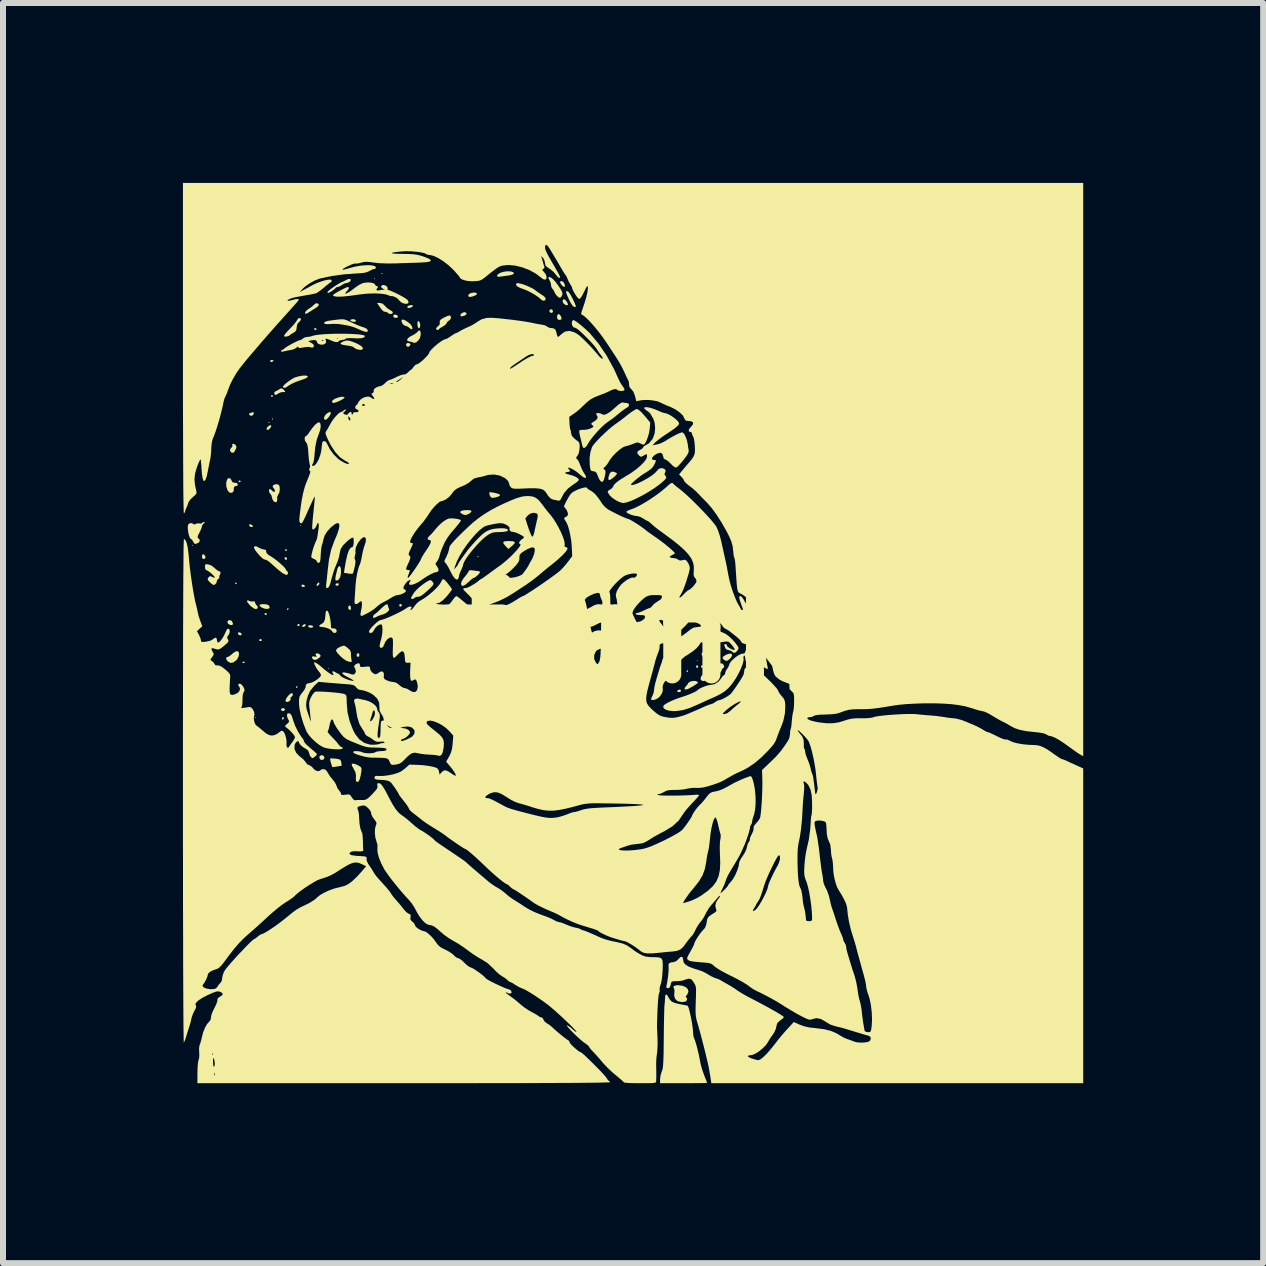
<source format=kicad_pcb>
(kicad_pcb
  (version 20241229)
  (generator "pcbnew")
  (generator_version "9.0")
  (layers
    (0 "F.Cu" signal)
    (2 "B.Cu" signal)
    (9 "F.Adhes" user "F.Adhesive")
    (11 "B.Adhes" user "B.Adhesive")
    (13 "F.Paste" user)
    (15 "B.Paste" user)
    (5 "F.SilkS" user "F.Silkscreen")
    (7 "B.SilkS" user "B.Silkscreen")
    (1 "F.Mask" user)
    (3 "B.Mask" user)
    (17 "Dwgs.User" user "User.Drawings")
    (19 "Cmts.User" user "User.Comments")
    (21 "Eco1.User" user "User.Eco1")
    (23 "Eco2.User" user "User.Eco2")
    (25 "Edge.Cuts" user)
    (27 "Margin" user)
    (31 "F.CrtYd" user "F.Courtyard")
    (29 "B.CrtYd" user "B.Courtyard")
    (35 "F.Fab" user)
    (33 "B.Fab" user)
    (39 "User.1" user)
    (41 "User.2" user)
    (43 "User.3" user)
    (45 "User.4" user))
  (footprint "frank"
    (layer "F.Cu")
    (at 7.505 7.505)
    (property "Reference" "frank" (at 0 0 0) (layer "F.SilkS") (effects (font (size 1.524 1.524) (thickness 0.3))))
    (attr board_only exclude_from_pos_files exclude_from_bom)
    (fp_poly (pts (xy -7.338 -1.459) (xy -7.346 -1.451) (xy -7.355 -1.459) (xy -7.346 -1.468)) (stroke (width 0) (type solid)) (fill yes) (layer "F.SilkS"))
    (fp_poly (pts (xy -6.287 1.409) (xy -6.296 1.418) (xy -6.304 1.409) (xy -6.296 1.401)) (stroke (width 0) (type solid)) (fill yes) (layer "F.SilkS"))
    (fp_poly (pts (xy -5.537 -1.793) (xy -5.545 -1.785) (xy -5.554 -1.793) (xy -5.545 -1.801)) (stroke (width 0) (type solid)) (fill yes) (layer "F.SilkS"))
    (fp_poly (pts (xy -5.07 0.592) (xy -5.078 0.6) (xy -5.087 0.592) (xy -5.078 0.584)) (stroke (width 0) (type solid)) (fill yes) (layer "F.SilkS"))
    (fp_poly (pts (xy -4.303 -5.912) (xy -4.311 -5.904) (xy -4.32 -5.912) (xy -4.311 -5.921)) (stroke (width 0) (type solid)) (fill yes) (layer "F.SilkS"))
    (fp_poly (pts (xy 1.084 0.459) (xy 1.076 0.467) (xy 1.067 0.459) (xy 1.076 0.45)) (stroke (width 0) (type solid)) (fill yes) (layer "F.SilkS"))
    (fp_poly (pts (xy 1.184 0.459) (xy 1.176 0.467) (xy 1.167 0.459) (xy 1.176 0.45)) (stroke (width 0) (type solid)) (fill yes) (layer "F.SilkS"))
    (fp_poly (pts (xy -6.06 -3.513) (xy -6.062 -3.504) (xy -6.071 -3.502) (xy -6.084 -3.508) (xy -6.082 -3.513) (xy -6.062 -3.515)) (stroke (width 0) (type solid)) (fill yes) (layer "F.SilkS"))
    (fp_poly (pts (xy -6.009 -3.58) (xy -6.008 -3.56) (xy -6.009 -3.558) (xy -6.019 -3.56) (xy -6.021 -3.569) (xy -6.015 -3.583)) (stroke (width 0) (type solid)) (fill yes) (layer "F.SilkS"))
    (fp_poly (pts (xy -4.175 -5.998) (xy -4.177 -5.988) (xy -4.186 -5.987) (xy -4.2 -5.993) (xy -4.197 -5.998) (xy -4.177 -6)) (stroke (width 0) (type solid)) (fill yes) (layer "F.SilkS"))
    (fp_poly (pts (xy -2.574 -1.279) (xy -2.576 -1.269) (xy -2.585 -1.267) (xy -2.599 -1.274) (xy -2.596 -1.279) (xy -2.576 -1.281)) (stroke (width 0) (type solid)) (fill yes) (layer "F.SilkS"))
    (fp_poly (pts (xy -6.553 -2.543) (xy -6.538 -2.527) (xy -6.555 -2.519) (xy -6.564 -2.518) (xy -6.581 -2.527) (xy -6.579 -2.535) (xy -6.559 -2.545)) (stroke (width 0) (type solid)) (fill yes) (layer "F.SilkS"))
    (fp_poly (pts (xy -6.486 0.476) (xy -6.472 0.492) (xy -6.488 0.5) (xy -6.497 0.5) (xy -6.514 0.492) (xy -6.512 0.483) (xy -6.492 0.474)) (stroke (width 0) (type solid)) (fill yes) (layer "F.SilkS"))
    (fp_poly (pts (xy -7.139 -1.293) (xy -7.127 -1.262) (xy -7.143 -1.239) (xy -7.164 -1.234) (xy -7.183 -1.249) (xy -7.188 -1.276) (xy -7.181 -1.31) (xy -7.162 -1.314)) (stroke (width 0) (type solid)) (fill yes) (layer "F.SilkS"))
    (fp_poly (pts (xy -6.621 -0.842) (xy -6.605 -0.827) (xy -6.604 -0.825) (xy -6.617 -0.817) (xy -6.621 -0.817) (xy -6.637 -0.83) (xy -6.638 -0.835) (xy -6.627 -0.845)) (stroke (width 0) (type solid)) (fill yes) (layer "F.SilkS"))
    (fp_poly (pts (xy -6.553 -0.009) (xy -6.54 -0.002) (xy -6.523 0.02) (xy -6.533 0.036) (xy -6.558 0.037) (xy -6.583 0.021) (xy -6.588 0.007) (xy -6.579 -0.014)) (stroke (width 0) (type solid)) (fill yes) (layer "F.SilkS"))
    (fp_poly (pts (xy -6.19 0.109) (xy -6.187 0.117) (xy -6.201 0.132) (xy -6.212 0.133) (xy -6.235 0.124) (xy -6.237 0.117) (xy -6.224 0.102) (xy -6.212 0.1)) (stroke (width 0) (type solid)) (fill yes) (layer "F.SilkS"))
    (fp_poly (pts (xy -6.107 -0.325) (xy -6.104 -0.317) (xy -6.116 -0.301) (xy -6.12 -0.3) (xy -6.142 -0.312) (xy -6.146 -0.317) (xy -6.142 -0.331) (xy -6.13 -0.334)) (stroke (width 0) (type solid)) (fill yes) (layer "F.SilkS"))
    (fp_poly (pts (xy -6.004 -3.957) (xy -6.004 -3.953) (xy -6.017 -3.936) (xy -6.021 -3.936) (xy -6.037 -3.949) (xy -6.037 -3.953) (xy -6.025 -3.969) (xy -6.021 -3.969)) (stroke (width 0) (type solid)) (fill yes) (layer "F.SilkS"))
    (fp_poly (pts (xy -5.997 -4.547) (xy -5.996 -4.536) (xy -6.02 -4.521) (xy -6.03 -4.52) (xy -6.051 -4.529) (xy -6.054 -4.536) (xy -6.04 -4.55) (xy -6.02 -4.553)) (stroke (width 0) (type solid)) (fill yes) (layer "F.SilkS"))
    (fp_poly (pts (xy -5.821 1.413) (xy -5.82 1.417) (xy -5.833 1.439) (xy -5.837 1.443) (xy -5.851 1.439) (xy -5.854 1.427) (xy -5.845 1.404) (xy -5.837 1.401)) (stroke (width 0) (type solid)) (fill yes) (layer "F.SilkS"))
    (fp_poly (pts (xy -5.81 1.261) (xy -5.804 1.276) (xy -5.818 1.296) (xy -5.837 1.301) (xy -5.864 1.29) (xy -5.871 1.276) (xy -5.857 1.255) (xy -5.837 1.251)) (stroke (width 0) (type solid)) (fill yes) (layer "F.SilkS"))
    (fp_poly (pts (xy -5.773 -1.254) (xy -5.77 -1.242) (xy -5.779 -1.22) (xy -5.785 -1.217) (xy -5.804 -1.231) (xy -5.81 -1.242) (xy -5.807 -1.264) (xy -5.795 -1.267)) (stroke (width 0) (type solid)) (fill yes) (layer "F.SilkS"))
    (fp_poly (pts (xy -5.771 -1.388) (xy -5.77 -1.384) (xy -5.783 -1.368) (xy -5.787 -1.368) (xy -5.803 -1.38) (xy -5.804 -1.384) (xy -5.791 -1.4) (xy -5.787 -1.401)) (stroke (width 0) (type solid)) (fill yes) (layer "F.SilkS"))
    (fp_poly (pts (xy -5.743 -0.407) (xy -5.745 -0.4) (xy -5.76 -0.384) (xy -5.763 -0.384) (xy -5.77 -0.396) (xy -5.77 -0.4) (xy -5.758 -0.416) (xy -5.753 -0.417)) (stroke (width 0) (type solid)) (fill yes) (layer "F.SilkS"))
    (fp_poly (pts (xy -5.593 0.894) (xy -5.595 0.901) (xy -5.61 0.917) (xy -5.613 0.917) (xy -5.62 0.904) (xy -5.62 0.901) (xy -5.608 0.885) (xy -5.603 0.884)) (stroke (width 0) (type solid)) (fill yes) (layer "F.SilkS"))
    (fp_poly (pts (xy -5.559 -0.14) (xy -5.557 -0.135) (xy -5.565 -0.119) (xy -5.579 -0.117) (xy -5.599 -0.125) (xy -5.6 -0.135) (xy -5.583 -0.152) (xy -5.579 -0.153)) (stroke (width 0) (type solid)) (fill yes) (layer "F.SilkS"))
    (fp_poly (pts (xy -5.483 -0.8) (xy -5.47 -0.782) (xy -5.483 -0.769) (xy -5.509 -0.769) (xy -5.525 -0.778) (xy -5.529 -0.8) (xy -5.528 -0.802) (xy -5.508 -0.809)) (stroke (width 0) (type solid)) (fill yes) (layer "F.SilkS"))
    (fp_poly (pts (xy -5.457 -0.144) (xy -5.457 -0.131) (xy -5.478 -0.109) (xy -5.494 -0.103) (xy -5.516 -0.106) (xy -5.517 -0.119) (xy -5.496 -0.141) (xy -5.479 -0.148)) (stroke (width 0) (type solid)) (fill yes) (layer "F.SilkS"))
    (fp_poly (pts (xy -5.282 -5.075) (xy -5.278 -5.07) (xy -5.282 -5.056) (xy -5.294 -5.053) (xy -5.317 -5.062) (xy -5.32 -5.07) (xy -5.308 -5.086) (xy -5.304 -5.087)) (stroke (width 0) (type solid)) (fill yes) (layer "F.SilkS"))
    (fp_poly (pts (xy -5.229 -0.822) (xy -5.238 -0.807) (xy -5.263 -0.786) (xy -5.277 -0.789) (xy -5.272 -0.814) (xy -5.27 -0.818) (xy -5.25 -0.84) (xy -5.235 -0.841)) (stroke (width 0) (type solid)) (fill yes) (layer "F.SilkS"))
    (fp_poly (pts (xy -4.905 -0.815) (xy -4.911 -0.802) (xy -4.935 -0.785) (xy -4.96 -0.798) (xy -4.962 -0.801) (xy -4.958 -0.82) (xy -4.945 -0.828) (xy -4.915 -0.831)) (stroke (width 0) (type solid)) (fill yes) (layer "F.SilkS"))
    (fp_poly (pts (xy -4.57 0.341) (xy -4.562 0.362) (xy -4.57 0.388) (xy -4.586 0.4) (xy -4.603 0.387) (xy -4.609 0.376) (xy -4.607 0.348) (xy -4.587 0.337)) (stroke (width 0) (type solid)) (fill yes) (layer "F.SilkS"))
    (fp_poly (pts (xy -3.855 -0.475) (xy -3.853 -0.468) (xy -3.864 -0.446) (xy -3.885 -0.441) (xy -3.892 -0.445) (xy -3.902 -0.469) (xy -3.884 -0.483) (xy -3.878 -0.484)) (stroke (width 0) (type solid)) (fill yes) (layer "F.SilkS"))
    (fp_poly (pts (xy -3.719 -4.829) (xy -3.712 -4.808) (xy -3.721 -4.792) (xy -3.75 -4.771) (xy -3.775 -4.781) (xy -3.786 -4.809) (xy -3.773 -4.832) (xy -3.755 -4.837)) (stroke (width 0) (type solid)) (fill yes) (layer "F.SilkS"))
    (fp_poly (pts (xy -1.352 -5.396) (xy -1.336 -5.373) (xy -1.339 -5.348) (xy -1.358 -5.337) (xy -1.387 -5.348) (xy -1.393 -5.355) (xy -1.394 -5.38) (xy -1.375 -5.398)) (stroke (width 0) (type solid)) (fill yes) (layer "F.SilkS"))
    (fp_poly (pts (xy 0.791 0.946) (xy 0.8 0.969) (xy 0.781 0.983) (xy 0.767 0.984) (xy 0.74 0.978) (xy 0.734 0.969) (xy 0.747 0.951) (xy 0.774 0.942)) (stroke (width 0) (type solid)) (fill yes) (layer "F.SilkS"))
    (fp_poly (pts (xy 0.917 0.63) (xy 0.917 0.634) (xy 0.904 0.65) (xy 0.9 0.65) (xy 0.89 0.64) (xy 0.892 0.634) (xy 0.907 0.618) (xy 0.91 0.617)) (stroke (width 0) (type solid)) (fill yes) (layer "F.SilkS"))
    (fp_poly (pts (xy 1.082 0.547) (xy 1.084 0.559) (xy 1.075 0.581) (xy 1.067 0.584) (xy 1.053 0.57) (xy 1.051 0.559) (xy 1.06 0.537) (xy 1.067 0.534)) (stroke (width 0) (type solid)) (fill yes) (layer "F.SilkS"))
    (fp_poly (pts (xy 1.166 0.547) (xy 1.167 0.559) (xy 1.158 0.581) (xy 1.151 0.584) (xy 1.136 0.57) (xy 1.134 0.559) (xy 1.143 0.537) (xy 1.151 0.534)) (stroke (width 0) (type solid)) (fill yes) (layer "F.SilkS"))
    (fp_poly (pts (xy 1.334 0.48) (xy 1.334 0.484) (xy 1.322 0.5) (xy 1.318 0.5) (xy 1.301 0.488) (xy 1.301 0.484) (xy 1.314 0.467) (xy 1.318 0.467)) (stroke (width 0) (type solid)) (fill yes) (layer "F.SilkS"))
    (fp_poly (pts (xy -6.032 -3.45) (xy -6.046 -3.423) (xy -6.077 -3.39) (xy -6.102 -3.39) (xy -6.111 -3.4) (xy -6.107 -3.42) (xy -6.085 -3.445) (xy -6.057 -3.464) (xy -6.038 -3.466)) (stroke (width 0) (type solid)) (fill yes) (layer "F.SilkS"))
    (fp_poly (pts (xy -5.374 -0.13) (xy -5.342 -0.121) (xy -5.332 -0.108) (xy -5.35 -0.091) (xy -5.384 -0.09) (xy -5.399 -0.094) (xy -5.42 -0.111) (xy -5.413 -0.125) (xy -5.383 -0.131)) (stroke (width 0) (type solid)) (fill yes) (layer "F.SilkS"))
    (fp_poly (pts (xy -4.719 -0.458) (xy -4.706 -0.437) (xy -4.704 -0.407) (xy -4.713 -0.386) (xy -4.72 -0.384) (xy -4.741 -0.397) (xy -4.747 -0.408) (xy -4.749 -0.438) (xy -4.736 -0.458)) (stroke (width 0) (type solid)) (fill yes) (layer "F.SilkS"))
    (fp_poly (pts (xy 1.196 0.332) (xy 1.201 0.367) (xy 1.196 0.406) (xy 1.182 0.414) (xy 1.159 0.39) (xy 1.154 0.383) (xy 1.141 0.345) (xy 1.155 0.322) (xy 1.177 0.317)) (stroke (width 0) (type solid)) (fill yes) (layer "F.SilkS"))
    (fp_poly (pts (xy -6.69 -0.202) (xy -6.673 -0.165) (xy -6.671 -0.149) (xy -6.684 -0.135) (xy -6.712 -0.135) (xy -6.742 -0.148) (xy -6.754 -0.158) (xy -6.765 -0.189) (xy -6.748 -0.211) (xy -6.722 -0.217)) (stroke (width 0) (type solid)) (fill yes) (layer "F.SilkS"))
    (fp_poly (pts (xy -6.352 -1.801) (xy -6.338 -1.784) (xy -6.337 -1.783) (xy -6.35 -1.769) (xy -6.375 -1.77) (xy -6.396 -1.785) (xy -6.397 -1.786) (xy -6.402 -1.807) (xy -6.4 -1.811) (xy -6.379 -1.813)) (stroke (width 0) (type solid)) (fill yes) (layer "F.SilkS"))
    (fp_poly (pts (xy -6.322 -3.667) (xy -6.324 -3.658) (xy -6.341 -3.631) (xy -6.369 -3.622) (xy -6.394 -3.634) (xy -6.396 -3.636) (xy -6.403 -3.653) (xy -6.392 -3.665) (xy -6.357 -3.677) (xy -6.328 -3.682)) (stroke (width 0) (type solid)) (fill yes) (layer "F.SilkS"))
    (fp_poly (pts (xy -5.161 2.046) (xy -5.145 2.073) (xy -5.145 2.077) (xy -5.158 2.105) (xy -5.186 2.116) (xy -5.215 2.108) (xy -5.227 2.091) (xy -5.229 2.059) (xy -5.222 2.047) (xy -5.192 2.035)) (stroke (width 0) (type solid)) (fill yes) (layer "F.SilkS"))
    (fp_poly (pts (xy -4.63 -5.223) (xy -4.62 -5.204) (xy -4.633 -5.19) (xy -4.664 -5.189) (xy -4.699 -5.201) (xy -4.703 -5.203) (xy -4.718 -5.217) (xy -4.702 -5.228) (xy -4.698 -5.229) (xy -4.661 -5.234)) (stroke (width 0) (type solid)) (fill yes) (layer "F.SilkS"))
    (fp_poly (pts (xy -3.943 -5.304) (xy -3.922 -5.286) (xy -3.919 -5.277) (xy -3.932 -5.259) (xy -3.96 -5.254) (xy -3.988 -5.263) (xy -3.994 -5.27) (xy -3.997 -5.297) (xy -3.995 -5.302) (xy -3.973 -5.311)) (stroke (width 0) (type solid)) (fill yes) (layer "F.SilkS"))
    (fp_poly (pts (xy -3.669 -5.459) (xy -3.669 -5.456) (xy -3.684 -5.437) (xy -3.719 -5.423) (xy -3.747 -5.42) (xy -3.765 -5.431) (xy -3.765 -5.441) (xy -3.748 -5.457) (xy -3.716 -5.466) (xy -3.686 -5.468)) (stroke (width 0) (type solid)) (fill yes) (layer "F.SilkS"))
    (fp_poly (pts (xy -2.777 -5.336) (xy -2.779 -5.315) (xy -2.807 -5.294) (xy -2.817 -5.29) (xy -2.859 -5.28) (xy -2.879 -5.29) (xy -2.876 -5.312) (xy -2.854 -5.335) (xy -2.822 -5.349) (xy -2.804 -5.35)) (stroke (width 0) (type solid)) (fill yes) (layer "F.SilkS"))
    (fp_poly (pts (xy -1.183 -5.867) (xy -1.158 -5.848) (xy -1.151 -5.838) (xy -1.135 -5.795) (xy -1.14 -5.773) (xy -1.161 -5.776) (xy -1.19 -5.801) (xy -1.211 -5.832) (xy -1.217 -5.851) (xy -1.207 -5.869)) (stroke (width 0) (type solid)) (fill yes) (layer "F.SilkS"))
    (fp_poly (pts (xy 1.441 0.298) (xy 1.443 0.3) (xy 1.447 0.328) (xy 1.438 0.361) (xy 1.422 0.382) (xy 1.416 0.384) (xy 1.405 0.369) (xy 1.401 0.343) (xy 1.408 0.307) (xy 1.423 0.29)) (stroke (width 0) (type solid)) (fill yes) (layer "F.SilkS"))
    (fp_poly (pts (xy -5.038 -3.676) (xy -5.045 -3.646) (xy -5.073 -3.602) (xy -5.108 -3.565) (xy -5.135 -3.554) (xy -5.151 -3.569) (xy -5.153 -3.587) (xy -5.14 -3.623) (xy -5.109 -3.659) (xy -5.071 -3.682) (xy -5.057 -3.685)) (stroke (width 0) (type solid)) (fill yes) (layer "F.SilkS"))
    (fp_poly (pts (xy -3.564 -5.189) (xy -3.55 -5.155) (xy -3.549 -5.115) (xy -3.551 -5.108) (xy -3.564 -5.084) (xy -3.577 -5.083) (xy -3.589 -5.105) (xy -3.595 -5.14) (xy -3.595 -5.177) (xy -3.589 -5.201) (xy -3.584 -5.203)) (stroke (width 0) (type solid)) (fill yes) (layer "F.SilkS"))
    (fp_poly (pts (xy -1.219 -5.306) (xy -1.199 -5.275) (xy -1.192 -5.243) (xy -1.195 -5.233) (xy -1.218 -5.221) (xy -1.248 -5.225) (xy -1.256 -5.231) (xy -1.268 -5.258) (xy -1.265 -5.292) (xy -1.252 -5.316) (xy -1.242 -5.32)) (stroke (width 0) (type solid)) (fill yes) (layer "F.SilkS"))
    (fp_poly (pts (xy -1.135 -5.558) (xy -1.11 -5.531) (xy -1.091 -5.499) (xy -1.086 -5.472) (xy -1.087 -5.471) (xy -1.104 -5.465) (xy -1.134 -5.475) (xy -1.164 -5.501) (xy -1.176 -5.533) (xy -1.167 -5.559) (xy -1.156 -5.566)) (stroke (width 0) (type solid)) (fill yes) (layer "F.SilkS"))
    (fp_poly (pts (xy -2.622 -5.675) (xy -2.603 -5.66) (xy -2.602 -5.655) (xy -2.616 -5.638) (xy -2.65 -5.621) (xy -2.691 -5.608) (xy -2.72 -5.604) (xy -2.747 -5.613) (xy -2.749 -5.632) (xy -2.732 -5.655) (xy -2.697 -5.671) (xy -2.657 -5.678)) (stroke (width 0) (type solid)) (fill yes) (layer "F.SilkS"))
    (fp_poly (pts (xy -2.005 -1.531) (xy -1.974 -1.52) (xy -1.974 -1.499) (xy -2.004 -1.466) (xy -2.025 -1.447) (xy -2.08 -1.402) (xy -2.124 -1.448) (xy -2.158 -1.489) (xy -2.166 -1.515) (xy -2.145 -1.529) (xy -2.093 -1.534) (xy -2.068 -1.534)) (stroke (width 0) (type solid)) (fill yes) (layer "F.SilkS"))
    (fp_poly (pts (xy -6.116 -0.479) (xy -6.08 -0.467) (xy -6.071 -0.459) (xy -6.058 -0.43) (xy -6.07 -0.41) (xy -6.102 -0.402) (xy -6.146 -0.408) (xy -6.192 -0.427) (xy -6.221 -0.448) (xy -6.229 -0.467) (xy -6.229 -0.468) (xy -6.204 -0.48) (xy -6.162 -0.483)) (stroke (width 0) (type solid)) (fill yes) (layer "F.SilkS"))
    (fp_poly (pts (xy 1.643 0.348) (xy 1.651 0.373) (xy 1.631 0.411) (xy 1.612 0.431) (xy 1.576 0.459) (xy 1.547 0.463) (xy 1.513 0.443) (xy 1.512 0.443) (xy 1.491 0.418) (xy 1.499 0.395) (xy 1.537 0.369) (xy 1.559 0.358) (xy 1.612 0.341)) (stroke (width 0) (type solid)) (fill yes) (layer "F.SilkS"))
    (fp_poly (pts (xy -0.323 -2.69) (xy -0.311 -2.686) (xy -0.279 -2.671) (xy -0.267 -2.661) (xy -0.279 -2.64) (xy -0.308 -2.61) (xy -0.345 -2.579) (xy -0.378 -2.557) (xy -0.393 -2.552) (xy -0.41 -2.558) (xy -0.412 -2.583) (xy -0.408 -2.606) (xy -0.39 -2.663) (xy -0.362 -2.69)) (stroke (width 0) (type solid)) (fill yes) (layer "F.SilkS"))
    (fp_poly (pts (xy -4.811 -3.93) (xy -4.809 -3.928) (xy -4.82 -3.914) (xy -4.853 -3.893) (xy -4.898 -3.87) (xy -4.945 -3.85) (xy -4.984 -3.838) (xy -4.999 -3.836) (xy -5.017 -3.849) (xy -5.02 -3.862) (xy -5.006 -3.884) (xy -4.97 -3.907) (xy -4.923 -3.925) (xy -4.874 -3.938) (xy -4.834 -3.94)) (stroke (width 0) (type solid)) (fill yes) (layer "F.SilkS"))
    (fp_poly (pts (xy -2.743 -2.05) (xy -2.706 -2.044) (xy -2.695 -2.036) (xy -2.7 -2.018) (xy -2.726 -1.996) (xy -2.761 -1.977) (xy -2.796 -1.968) (xy -2.798 -1.968) (xy -2.835 -1.978) (xy -2.861 -1.993) (xy -2.883 -2.013) (xy -2.877 -2.028) (xy -2.869 -2.034) (xy -2.837 -2.045) (xy -2.791 -2.05)) (stroke (width 0) (type solid)) (fill yes) (layer "F.SilkS"))
    (fp_poly (pts (xy -2.335 -2.343) (xy -2.288 -2.333) (xy -2.246 -2.321) (xy -2.221 -2.309) (xy -2.22 -2.309) (xy -2.221 -2.293) (xy -2.248 -2.275) (xy -2.296 -2.261) (xy -2.305 -2.259) (xy -2.347 -2.254) (xy -2.371 -2.264) (xy -2.387 -2.291) (xy -2.398 -2.326) (xy -2.395 -2.347) (xy -2.375 -2.348)) (stroke (width 0) (type solid)) (fill yes) (layer "F.SilkS"))
    (fp_poly (pts (xy -1.077 -5.688) (xy -1.043 -5.641) (xy -1.002 -5.565) (xy -0.995 -5.549) (xy -0.969 -5.492) (xy -0.956 -5.458) (xy -0.954 -5.442) (xy -0.965 -5.437) (xy -0.98 -5.437) (xy -1.006 -5.454) (xy -1.039 -5.503) (xy -1.063 -5.55) (xy -1.096 -5.623) (xy -1.114 -5.67) (xy -1.115 -5.696) (xy -1.103 -5.704)) (stroke (width 0) (type solid)) (fill yes) (layer "F.SilkS"))
    (fp_poly (pts (xy 1.23 0.662) (xy 1.265 0.68) (xy 1.297 0.706) (xy 1.316 0.729) (xy 1.318 0.733) (xy 1.304 0.748) (xy 1.269 0.767) (xy 1.226 0.786) (xy 1.186 0.798) (xy 1.168 0.801) (xy 1.137 0.787) (xy 1.126 0.769) (xy 1.13 0.734) (xy 1.154 0.698) (xy 1.188 0.67) (xy 1.223 0.66)) (stroke (width 0) (type solid)) (fill yes) (layer "F.SilkS"))
    (fp_poly (pts (xy -6.636 -3.143) (xy -6.631 -3.138) (xy -6.615 -3.114) (xy -6.615 -3.09) (xy -6.63 -3.055) (xy -6.651 -3.018) (xy -6.67 -3.005) (xy -6.696 -3.011) (xy -6.7 -3.013) (xy -6.718 -3.035) (xy -6.718 -3.066) (xy -6.699 -3.09) (xy -6.696 -3.091) (xy -6.68 -3.112) (xy -6.681 -3.125) (xy -6.682 -3.151) (xy -6.664 -3.158)) (stroke (width 0) (type solid)) (fill yes) (layer "F.SilkS"))
    (fp_poly (pts (xy -5.673 1.012) (xy -5.673 1.036) (xy -5.689 1.058) (xy -5.695 1.061) (xy -5.712 1.077) (xy -5.711 1.087) (xy -5.71 1.112) (xy -5.731 1.136) (xy -5.761 1.149) (xy -5.788 1.143) (xy -5.792 1.141) (xy -5.794 1.118) (xy -5.778 1.083) (xy -5.75 1.045) (xy -5.719 1.015) (xy -5.691 1.001) (xy -5.689 1.001)) (stroke (width 0) (type solid)) (fill yes) (layer "F.SilkS"))
    (fp_poly (pts (xy -4.879 -1.103) (xy -4.871 -1.065) (xy -4.87 -1.015) (xy -4.876 -0.963) (xy -4.885 -0.929) (xy -4.907 -0.894) (xy -4.934 -0.876) (xy -4.958 -0.879) (xy -4.962 -0.884) (xy -4.964 -0.909) (xy -4.958 -0.952) (xy -4.956 -0.963) (xy -4.942 -1.018) (xy -4.93 -1.068) (xy -4.93 -1.072) (xy -4.914 -1.105) (xy -4.895 -1.117)) (stroke (width 0) (type solid)) (fill yes) (layer "F.SilkS"))
    (fp_poly (pts (xy -4.173 -5.491) (xy -4.138 -5.456) (xy -4.098 -5.416) (xy -4.053 -5.387) (xy -4.016 -5.364) (xy -4.004 -5.341) (xy -4.018 -5.324) (xy -4.044 -5.32) (xy -4.076 -5.326) (xy -4.086 -5.337) (xy -4.1 -5.35) (xy -4.127 -5.354) (xy -4.16 -5.364) (xy -4.196 -5.398) (xy -4.218 -5.429) (xy -4.268 -5.504) (xy -4.22 -5.504)) (stroke (width 0) (type solid)) (fill yes) (layer "F.SilkS"))
    (fp_poly (pts (xy -3.794 -5.211) (xy -3.751 -5.183) (xy -3.712 -5.149) (xy -3.687 -5.115) (xy -3.684 -5.108) (xy -3.679 -5.073) (xy -3.693 -5.063) (xy -3.721 -5.08) (xy -3.728 -5.087) (xy -3.761 -5.112) (xy -3.788 -5.12) (xy -3.819 -5.132) (xy -3.846 -5.161) (xy -3.861 -5.195) (xy -3.857 -5.222) (xy -3.855 -5.224) (xy -3.831 -5.227)) (stroke (width 0) (type solid)) (fill yes) (layer "F.SilkS"))
    (fp_poly (pts (xy -2.045 -6.03) (xy -2.042 -6.03) (xy -1.998 -6.016) (xy -1.985 -5.998) (xy -2.003 -5.98) (xy -2.049 -5.967) (xy -2.064 -5.964) (xy -2.128 -5.955) (xy -2.19 -5.946) (xy -2.206 -5.944) (xy -2.248 -5.94) (xy -2.266 -5.948) (xy -2.268 -5.958) (xy -2.253 -5.983) (xy -2.214 -6.006) (xy -2.16 -6.023) (xy -2.101 -6.032)) (stroke (width 0) (type solid)) (fill yes) (layer "F.SilkS"))
    (fp_poly (pts (xy -6.578 0.313) (xy -6.569 0.345) (xy -6.577 0.388) (xy -6.599 0.433) (xy -6.616 0.454) (xy -6.667 0.491) (xy -6.715 0.497) (xy -6.758 0.472) (xy -6.76 0.47) (xy -6.784 0.434) (xy -6.784 0.409) (xy -6.765 0.4) (xy -6.739 0.39) (xy -6.702 0.363) (xy -6.688 0.35) (xy -6.648 0.319) (xy -6.612 0.302) (xy -6.603 0.3)) (stroke (width 0) (type solid)) (fill yes) (layer "F.SilkS"))
    (fp_poly (pts (xy -6.398 -0.536) (xy -6.367 -0.526) (xy -6.341 -0.528) (xy -6.311 -0.529) (xy -6.304 -0.513) (xy -6.292 -0.482) (xy -6.279 -0.467) (xy -6.256 -0.436) (xy -6.261 -0.411) (xy -6.29 -0.4) (xy -6.292 -0.4) (xy -6.327 -0.413) (xy -6.371 -0.447) (xy -6.391 -0.466) (xy -6.424 -0.505) (xy -6.438 -0.533) (xy -6.436 -0.543) (xy -6.411 -0.543)) (stroke (width 0) (type solid)) (fill yes) (layer "F.SilkS"))
    (fp_poly (pts (xy -5.834 -4.066) (xy -5.823 -4.055) (xy -5.8 -4.028) (xy -5.805 -4.018) (xy -5.84 -4.018) (xy -5.842 -4.019) (xy -5.878 -4.012) (xy -5.913 -3.996) (xy -5.946 -3.975) (xy -5.963 -3.971) (xy -5.975 -3.98) (xy -5.976 -3.98) (xy -5.986 -4.006) (xy -5.963 -4.03) (xy -5.95 -4.036) (xy -5.908 -4.058) (xy -5.886 -4.072) (xy -5.861 -4.081)) (stroke (width 0) (type solid)) (fill yes) (layer "F.SilkS"))
    (fp_poly (pts (xy -5.264 -5.499) (xy -5.239 -5.479) (xy -5.247 -5.454) (xy -5.283 -5.426) (xy -5.328 -5.398) (xy -5.379 -5.365) (xy -5.388 -5.359) (xy -5.435 -5.33) (xy -5.461 -5.322) (xy -5.469 -5.334) (xy -5.467 -5.348) (xy -5.45 -5.374) (xy -5.415 -5.402) (xy -5.405 -5.407) (xy -5.36 -5.438) (xy -5.323 -5.471) (xy -5.321 -5.474) (xy -5.287 -5.499)) (stroke (width 0) (type solid)) (fill yes) (layer "F.SilkS"))
    (fp_poly (pts (xy -4.987 2.091) (xy -4.957 2.094) (xy -4.907 2.102) (xy -4.881 2.114) (xy -4.869 2.137) (xy -4.865 2.158) (xy -4.86 2.194) (xy -4.859 2.212) (xy -4.859 2.212) (xy -4.876 2.215) (xy -4.914 2.221) (xy -4.938 2.225) (xy -5.014 2.236) (xy -5.036 2.169) (xy -5.048 2.125) (xy -5.051 2.097) (xy -5.05 2.092) (xy -5.029 2.089)) (stroke (width 0) (type solid)) (fill yes) (layer "F.SilkS"))
    (fp_poly (pts (xy -5.225 0.355) (xy -5.224 0.356) (xy -5.209 0.376) (xy -5.215 0.394) (xy -5.238 0.416) (xy -5.277 0.442) (xy -5.309 0.447) (xy -5.333 0.439) (xy -5.351 0.417) (xy -5.354 0.405) (xy -5.345 0.388) (xy -5.316 0.39) (xy -5.309 0.391) (xy -5.279 0.397) (xy -5.276 0.389) (xy -5.286 0.376) (xy -5.294 0.352) (xy -5.28 0.339) (xy -5.254 0.338)) (stroke (width 0) (type solid)) (fill yes) (layer "F.SilkS"))
    (fp_poly (pts (xy -3.551 -5.04) (xy -3.541 -5.006) (xy -3.541 -4.97) (xy -3.553 -4.921) (xy -3.58 -4.878) (xy -3.615 -4.848) (xy -3.65 -4.837) (xy -3.674 -4.847) (xy -3.698 -4.856) (xy -3.723 -4.86) (xy -3.759 -4.87) (xy -3.768 -4.891) (xy -3.751 -4.919) (xy -3.71 -4.948) (xy -3.696 -4.954) (xy -3.646 -4.981) (xy -3.607 -5.01) (xy -3.596 -5.022) (xy -3.57 -5.046)) (stroke (width 0) (type solid)) (fill yes) (layer "F.SilkS"))
    (fp_poly (pts (xy 1.045 0.799) (xy 1.053 0.802) (xy 1.078 0.818) (xy 1.084 0.826) (xy 1.071 0.839) (xy 1.038 0.862) (xy 0.994 0.89) (xy 0.949 0.915) (xy 0.912 0.933) (xy 0.909 0.934) (xy 0.873 0.941) (xy 0.859 0.934) (xy 0.862 0.912) (xy 0.883 0.885) (xy 0.908 0.856) (xy 0.917 0.838) (xy 0.932 0.82) (xy 0.967 0.805) (xy 1.009 0.797)) (stroke (width 0) (type solid)) (fill yes) (layer "F.SilkS"))
    (fp_poly (pts (xy -4.624 2.187) (xy -4.581 2.206) (xy -4.545 2.23) (xy -4.529 2.25) (xy -4.528 2.28) (xy -4.534 2.33) (xy -4.542 2.376) (xy -4.559 2.44) (xy -4.577 2.474) (xy -4.591 2.482) (xy -4.616 2.474) (xy -4.621 2.457) (xy -4.622 2.418) (xy -4.62 2.375) (xy -4.63 2.318) (xy -4.661 2.259) (xy -4.686 2.213) (xy -4.691 2.184) (xy -4.688 2.18) (xy -4.664 2.176)) (stroke (width 0) (type solid)) (fill yes) (layer "F.SilkS"))
    (fp_poly (pts (xy 1.479 0.506) (xy 1.491 0.51) (xy 1.51 0.529) (xy 1.518 0.557) (xy 1.512 0.579) (xy 1.501 0.584) (xy 1.485 0.596) (xy 1.484 0.601) (xy 1.474 0.629) (xy 1.449 0.665) (xy 1.42 0.698) (xy 1.395 0.716) (xy 1.39 0.717) (xy 1.366 0.705) (xy 1.345 0.682) (xy 1.332 0.658) (xy 1.333 0.634) (xy 1.35 0.599) (xy 1.365 0.574) (xy 1.401 0.524) (xy 1.437 0.503)) (stroke (width 0) (type solid)) (fill yes) (layer "F.SilkS"))
    (fp_poly (pts (xy -4.091 -0.476) (xy -4.086 -0.454) (xy -4.077 -0.418) (xy -4.068 -0.406) (xy -4.067 -0.385) (xy -4.089 -0.358) (xy -4.125 -0.331) (xy -4.169 -0.311) (xy -4.185 -0.307) (xy -4.233 -0.292) (xy -4.272 -0.274) (xy -4.312 -0.255) (xy -4.331 -0.253) (xy -4.336 -0.27) (xy -4.336 -0.275) (xy -4.323 -0.302) (xy -4.307 -0.315) (xy -4.28 -0.335) (xy -4.24 -0.371) (xy -4.203 -0.407) (xy -4.148 -0.457) (xy -4.111 -0.48)) (stroke (width 0) (type solid)) (fill yes) (layer "F.SilkS"))
    (fp_poly (pts (xy -6.707 -2.57) (xy -6.695 -2.545) (xy -6.678 -2.514) (xy -6.644 -2.507) (xy -6.641 -2.507) (xy -6.603 -2.5) (xy -6.591 -2.481) (xy -6.597 -2.457) (xy -6.62 -2.452) (xy -6.65 -2.44) (xy -6.656 -2.422) (xy -6.659 -2.382) (xy -6.66 -2.368) (xy -6.677 -2.346) (xy -6.699 -2.338) (xy -6.731 -2.344) (xy -6.758 -2.376) (xy -6.763 -2.386) (xy -6.78 -2.436) (xy -6.784 -2.491) (xy -6.776 -2.54) (xy -6.759 -2.575) (xy -6.737 -2.585)) (stroke (width 0) (type solid)) (fill yes) (layer "F.SilkS"))
    (fp_poly (pts (xy -5.441 -4.291) (xy -5.422 -4.278) (xy -5.43 -4.263) (xy -5.466 -4.244) (xy -5.532 -4.219) (xy -5.557 -4.211) (xy -5.627 -4.186) (xy -5.69 -4.157) (xy -5.734 -4.132) (xy -5.742 -4.126) (xy -5.786 -4.096) (xy -5.819 -4.087) (xy -5.836 -4.1) (xy -5.837 -4.108) (xy -5.824 -4.13) (xy -5.79 -4.162) (xy -5.743 -4.198) (xy -5.692 -4.233) (xy -5.645 -4.259) (xy -5.629 -4.265) (xy -5.572 -4.281) (xy -5.512 -4.292) (xy -5.462 -4.294)) (stroke (width 0) (type solid)) (fill yes) (layer "F.SilkS"))
    (fp_poly (pts (xy -4.785 0.227) (xy -4.76 0.247) (xy -4.721 0.283) (xy -4.706 0.318) (xy -4.704 0.35) (xy -4.702 0.402) (xy -4.694 0.446) (xy -4.694 0.446) (xy -4.69 0.474) (xy -4.708 0.482) (xy -4.714 0.482) (xy -4.752 0.473) (xy -4.786 0.458) (xy -4.832 0.427) (xy -4.879 0.386) (xy -4.92 0.343) (xy -4.947 0.306) (xy -4.953 0.287) (xy -4.937 0.261) (xy -4.894 0.234) (xy -4.885 0.23) (xy -4.841 0.213) (xy -4.813 0.211)) (stroke (width 0) (type solid)) (fill yes) (layer "F.SilkS"))
    (fp_poly (pts (xy -4.709 -4.867) (xy -4.689 -4.861) (xy -4.612 -4.831) (xy -4.552 -4.799) (xy -4.514 -4.768) (xy -4.503 -4.745) (xy -4.517 -4.726) (xy -4.552 -4.721) (xy -4.602 -4.732) (xy -4.614 -4.736) (xy -4.646 -4.754) (xy -4.66 -4.767) (xy -4.68 -4.777) (xy -4.724 -4.788) (xy -4.77 -4.795) (xy -4.824 -4.803) (xy -4.865 -4.814) (xy -4.879 -4.822) (xy -4.872 -4.837) (xy -4.842 -4.857) (xy -4.829 -4.862) (xy -4.789 -4.876) (xy -4.754 -4.878)) (stroke (width 0) (type solid)) (fill yes) (layer "F.SilkS"))
    (fp_poly (pts (xy -1.349 -5.913) (xy -1.302 -5.866) (xy -1.25 -5.797) (xy -1.246 -5.791) (xy -1.207 -5.732) (xy -1.185 -5.692) (xy -1.177 -5.663) (xy -1.181 -5.639) (xy -1.183 -5.631) (xy -1.206 -5.595) (xy -1.234 -5.592) (xy -1.269 -5.621) (xy -1.281 -5.636) (xy -1.305 -5.673) (xy -1.317 -5.699) (xy -1.318 -5.701) (xy -1.329 -5.723) (xy -1.343 -5.737) (xy -1.362 -5.769) (xy -1.368 -5.802) (xy -1.377 -5.85) (xy -1.394 -5.885) (xy -1.411 -5.915) (xy -1.411 -5.933) (xy -1.386 -5.936)) (stroke (width 0) (type solid)) (fill yes) (layer "F.SilkS"))
    (fp_poly (pts (xy 0.825 5.88) (xy 0.88 5.904) (xy 0.914 5.939) (xy 0.923 5.981) (xy 0.904 6.025) (xy 0.897 6.033) (xy 0.878 6.058) (xy 0.879 6.071) (xy 0.881 6.071) (xy 0.898 6.083) (xy 0.899 6.109) (xy 0.887 6.135) (xy 0.874 6.144) (xy 0.812 6.152) (xy 0.745 6.137) (xy 0.738 6.134) (xy 0.701 6.098) (xy 0.685 6.042) (xy 0.689 5.989) (xy 0.69 5.949) (xy 0.681 5.924) (xy 0.67 5.9) (xy 0.688 5.881) (xy 0.732 5.871) (xy 0.752 5.871)) (stroke (width 0) (type solid)) (fill yes) (layer "F.SilkS"))
    (fp_poly (pts (xy -3.357 -0.871) (xy -3.337 -0.847) (xy -3.328 -0.829) (xy -3.33 -0.811) (xy -3.345 -0.788) (xy -3.378 -0.753) (xy -3.429 -0.706) (xy -3.492 -0.651) (xy -3.538 -0.619) (xy -3.57 -0.606) (xy -3.581 -0.606) (xy -3.619 -0.602) (xy -3.638 -0.59) (xy -3.664 -0.571) (xy -3.69 -0.568) (xy -3.702 -0.582) (xy -3.702 -0.583) (xy -3.694 -0.605) (xy -3.671 -0.643) (xy -3.651 -0.675) (xy -3.617 -0.715) (xy -3.568 -0.762) (xy -3.511 -0.807) (xy -3.455 -0.847) (xy -3.408 -0.875) (xy -3.378 -0.884)) (stroke (width 0) (type solid)) (fill yes) (layer "F.SilkS"))
    (fp_poly (pts (xy -2.672 -1.045) (xy -2.623 -1.038) (xy -2.584 -1.034) (xy -2.581 -1.034) (xy -2.556 -1.026) (xy -2.552 -1.017) (xy -2.564 -0.994) (xy -2.592 -0.964) (xy -2.627 -0.935) (xy -2.655 -0.919) (xy -2.661 -0.918) (xy -2.681 -0.907) (xy -2.715 -0.878) (xy -2.744 -0.851) (xy -2.797 -0.805) (xy -2.837 -0.786) (xy -2.861 -0.794) (xy -2.869 -0.825) (xy -2.857 -0.864) (xy -2.828 -0.911) (xy -2.813 -0.93) (xy -2.778 -0.973) (xy -2.752 -1.011) (xy -2.746 -1.024) (xy -2.732 -1.044) (xy -2.705 -1.049)) (stroke (width 0) (type solid)) (fill yes) (layer "F.SilkS"))
    (fp_poly (pts (xy -5.538 -5.239) (xy -5.537 -5.23) (xy -5.55 -5.204) (xy -5.572 -5.184) (xy -5.599 -5.151) (xy -5.609 -5.098) (xy -5.615 -5.051) (xy -5.636 -5.024) (xy -5.661 -5.008) (xy -5.698 -4.987) (xy -5.72 -4.97) (xy -5.721 -4.969) (xy -5.742 -4.954) (xy -5.775 -4.944) (xy -5.806 -4.943) (xy -5.82 -4.951) (xy -5.82 -4.952) (xy -5.81 -4.974) (xy -5.782 -5.01) (xy -5.758 -5.036) (xy -5.692 -5.105) (xy -5.646 -5.156) (xy -5.618 -5.192) (xy -5.602 -5.218) (xy -5.599 -5.224) (xy -5.58 -5.247) (xy -5.555 -5.253)) (stroke (width 0) (type solid)) (fill yes) (layer "F.SilkS"))
    (fp_poly (pts (xy -3.051 -5.295) (xy -3.036 -5.269) (xy -3.041 -5.237) (xy -3.064 -5.214) (xy -3.067 -5.212) (xy -3.097 -5.189) (xy -3.107 -5.17) (xy -3.127 -5.142) (xy -3.165 -5.115) (xy -3.175 -5.109) (xy -3.213 -5.088) (xy -3.234 -5.07) (xy -3.235 -5.067) (xy -3.249 -5.055) (xy -3.26 -5.053) (xy -3.283 -5.065) (xy -3.285 -5.074) (xy -3.273 -5.098) (xy -3.25 -5.117) (xy -3.224 -5.148) (xy -3.223 -5.179) (xy -3.223 -5.205) (xy -3.207 -5.226) (xy -3.169 -5.251) (xy -3.149 -5.262) (xy -3.101 -5.284) (xy -3.065 -5.295)) (stroke (width 0) (type solid)) (fill yes) (layer "F.SilkS"))
    (fp_poly (pts (xy -1.889 -5.829) (xy -1.835 -5.815) (xy -1.77 -5.79) (xy -1.706 -5.761) (xy -1.653 -5.733) (xy -1.631 -5.716) (xy -1.607 -5.697) (xy -1.573 -5.673) (xy -1.521 -5.639) (xy -1.497 -5.624) (xy -1.464 -5.594) (xy -1.457 -5.565) (xy -1.475 -5.544) (xy -1.486 -5.541) (xy -1.518 -5.548) (xy -1.533 -5.561) (xy -1.571 -5.594) (xy -1.628 -5.635) (xy -1.696 -5.675) (xy -1.763 -5.709) (xy -1.807 -5.727) (xy -1.879 -5.753) (xy -1.923 -5.775) (xy -1.946 -5.795) (xy -1.951 -5.815) (xy -1.945 -5.831) (xy -1.921 -5.834)) (stroke (width 0) (type solid)) (fill yes) (layer "F.SilkS"))
    (fp_poly (pts (xy -4.704 -5.894) (xy -4.703 -5.891) (xy -4.717 -5.863) (xy -4.751 -5.842) (xy -4.777 -5.837) (xy -4.815 -5.827) (xy -4.853 -5.804) (xy -4.891 -5.78) (xy -4.923 -5.771) (xy -4.95 -5.764) (xy -4.956 -5.757) (xy -4.975 -5.737) (xy -5.01 -5.71) (xy -5.05 -5.686) (xy -5.08 -5.671) (xy -5.086 -5.67) (xy -5.097 -5.681) (xy -5.095 -5.687) (xy -5.071 -5.712) (xy -5.028 -5.746) (xy -4.974 -5.784) (xy -4.918 -5.819) (xy -4.87 -5.846) (xy -4.853 -5.853) (xy -4.811 -5.872) (xy -4.781 -5.888) (xy -4.779 -5.89) (xy -4.753 -5.901) (xy -4.723 -5.903)) (stroke (width 0) (type solid)) (fill yes) (layer "F.SilkS"))
    (fp_poly (pts (xy -5.086 -0.36) (xy -5.069 -0.319) (xy -5.054 -0.261) (xy -5.043 -0.193) (xy -5.038 -0.132) (xy -5.035 -0.092) (xy -5.023 -0.077) (xy -4.997 -0.079) (xy -4.962 -0.073) (xy -4.942 -0.049) (xy -4.945 -0.017) (xy -4.946 -0.015) (xy -4.971 -0.001) (xy -5 -0.008) (xy -5.014 -0.025) (xy -5.04 -0.054) (xy -5.087 -0.079) (xy -5.143 -0.096) (xy -5.181 -0.1) (xy -5.223 -0.106) (xy -5.235 -0.121) (xy -5.216 -0.14) (xy -5.197 -0.15) (xy -5.159 -0.177) (xy -5.137 -0.227) (xy -5.129 -0.304) (xy -5.129 -0.309) (xy -5.124 -0.355) (xy -5.11 -0.374) (xy -5.103 -0.375)) (stroke (width 0) (type solid)) (fill yes) (layer "F.SilkS"))
    (fp_poly (pts (xy -5.91 -2.473) (xy -5.896 -2.451) (xy -5.89 -2.412) (xy -5.896 -2.348) (xy -5.913 -2.317) (xy -5.934 -2.272) (xy -5.933 -2.244) (xy -5.934 -2.202) (xy -5.952 -2.181) (xy -5.979 -2.187) (xy -5.993 -2.199) (xy -6.015 -2.236) (xy -6.021 -2.263) (xy -6.032 -2.302) (xy -6.046 -2.318) (xy -6.064 -2.344) (xy -6.071 -2.375) (xy -6.065 -2.398) (xy -6.056 -2.402) (xy -6.034 -2.39) (xy -6.021 -2.377) (xy -5.997 -2.356) (xy -5.985 -2.352) (xy -5.972 -2.363) (xy -5.975 -2.389) (xy -5.993 -2.416) (xy -5.996 -2.418) (xy -6.01 -2.444) (xy -5.998 -2.468) (xy -5.966 -2.481) (xy -5.939 -2.482)) (stroke (width 0) (type solid)) (fill yes) (layer "F.SilkS"))
    (fp_poly (pts (xy -4.821 -5.23) (xy -4.788 -5.221) (xy -4.753 -5.207) (xy -4.71 -5.187) (xy -4.636 -5.153) (xy -4.582 -5.129) (xy -4.539 -5.113) (xy -4.498 -5.099) (xy -4.478 -5.093) (xy -4.443 -5.075) (xy -4.424 -5.051) (xy -4.423 -5.03) (xy -4.444 -5.021) (xy -4.448 -5.021) (xy -4.48 -5.028) (xy -4.528 -5.045) (xy -4.553 -5.056) (xy -4.618 -5.085) (xy -4.668 -5.104) (xy -4.714 -5.118) (xy -4.77 -5.13) (xy -4.825 -5.14) (xy -4.907 -5.152) (xy -4.986 -5.156) (xy -5.037 -5.153) (xy -5.097 -5.15) (xy -5.137 -5.155) (xy -5.153 -5.169) (xy -5.145 -5.184) (xy -5.119 -5.196) (xy -5.074 -5.207) (xy -5.062 -5.209) (xy -4.97 -5.221) (xy -4.904 -5.229) (xy -4.857 -5.232)) (stroke (width 0) (type solid)) (fill yes) (layer "F.SilkS"))
    (fp_poly (pts (xy -7.139 -1.849) (xy -7.146 -1.838) (xy -7.159 -1.828) (xy -7.183 -1.799) (xy -7.188 -1.779) (xy -7.196 -1.75) (xy -7.215 -1.705) (xy -7.23 -1.674) (xy -7.254 -1.627) (xy -7.261 -1.6) (xy -7.254 -1.585) (xy -7.247 -1.58) (xy -7.224 -1.553) (xy -7.23 -1.522) (xy -7.254 -1.502) (xy -7.293 -1.486) (xy -7.317 -1.495) (xy -7.335 -1.526) (xy -7.354 -1.557) (xy -7.37 -1.568) (xy -7.387 -1.583) (xy -7.403 -1.621) (xy -7.415 -1.673) (xy -7.423 -1.729) (xy -7.424 -1.779) (xy -7.416 -1.813) (xy -7.415 -1.814) (xy -7.389 -1.832) (xy -7.354 -1.832) (xy -7.329 -1.817) (xy -7.311 -1.809) (xy -7.295 -1.819) (xy -7.262 -1.83) (xy -7.23 -1.828) (xy -7.198 -1.825) (xy -7.188 -1.834) (xy -7.174 -1.848) (xy -7.159 -1.851)) (stroke (width 0) (type solid)) (fill yes) (layer "F.SilkS"))
    (fp_poly (pts (xy -7.088 -1.145) (xy -7.051 -1.135) (xy -7.019 -1.118) (xy -6.98 -1.087) (xy -6.953 -1.063) (xy -6.924 -1.041) (xy -6.906 -1.034) (xy -6.882 -1.022) (xy -6.878 -0.994) (xy -6.888 -0.976) (xy -6.899 -0.947) (xy -6.897 -0.935) (xy -6.9 -0.915) (xy -6.912 -0.907) (xy -6.935 -0.884) (xy -6.938 -0.869) (xy -6.949 -0.833) (xy -6.975 -0.807) (xy -6.995 -0.803) (xy -7.018 -0.815) (xy -7.051 -0.843) (xy -7.058 -0.85) (xy -7.087 -0.882) (xy -7.093 -0.904) (xy -7.08 -0.927) (xy -7.058 -0.949) (xy -7.034 -0.944) (xy -7.021 -0.937) (xy -6.99 -0.924) (xy -6.974 -0.925) (xy -6.979 -0.941) (xy -7.004 -0.968) (xy -7.038 -1) (xy -7.075 -1.028) (xy -7.106 -1.047) (xy -7.117 -1.05) (xy -7.132 -1.065) (xy -7.138 -1.103) (xy -7.135 -1.138) (xy -7.12 -1.149)) (stroke (width 0) (type solid)) (fill yes) (layer "F.SilkS"))
    (fp_poly (pts (xy -6.279 -1.446) (xy -6.239 -1.423) (xy -6.193 -1.402) (xy -6.156 -1.394) (xy -6.124 -1.387) (xy -6.116 -1.364) (xy -6.117 -1.359) (xy -6.109 -1.331) (xy -6.075 -1.301) (xy -6.05 -1.286) (xy -5.999 -1.253) (xy -5.942 -1.211) (xy -5.886 -1.164) (xy -5.837 -1.12) (xy -5.802 -1.082) (xy -5.787 -1.058) (xy -5.787 -1.057) (xy -5.777 -1.036) (xy -5.77 -1.034) (xy -5.757 -1.02) (xy -5.754 -1.001) (xy -5.762 -0.974) (xy -5.788 -0.971) (xy -5.833 -0.994) (xy -5.854 -1.007) (xy -5.895 -1.039) (xy -5.949 -1.084) (xy -6.005 -1.134) (xy -6.012 -1.141) (xy -6.071 -1.192) (xy -6.115 -1.22) (xy -6.139 -1.225) (xy -6.161 -1.233) (xy -6.196 -1.261) (xy -6.236 -1.302) (xy -6.274 -1.347) (xy -6.305 -1.39) (xy -6.32 -1.422) (xy -6.321 -1.428) (xy -6.31 -1.448)) (stroke (width 0) (type solid)) (fill yes) (layer "F.SilkS"))
    (fp_poly (pts (xy -0.173 -3.846) (xy -0.136 -3.838) (xy -0.107 -3.836) (xy -0.075 -3.825) (xy -0.067 -3.801) (xy -0.081 -3.773) (xy -0.105 -3.757) (xy -0.136 -3.738) (xy -0.183 -3.704) (xy -0.237 -3.661) (xy -0.251 -3.649) (xy -0.31 -3.601) (xy -0.369 -3.557) (xy -0.415 -3.525) (xy -0.421 -3.521) (xy -0.471 -3.483) (xy -0.533 -3.425) (xy -0.599 -3.356) (xy -0.662 -3.284) (xy -0.714 -3.216) (xy -0.749 -3.161) (xy -0.779 -3.112) (xy -0.808 -3.088) (xy -0.831 -3.089) (xy -0.841 -3.106) (xy -0.85 -3.138) (xy -0.857 -3.169) (xy -0.866 -3.21) (xy -0.88 -3.266) (xy -0.886 -3.29) (xy -0.895 -3.338) (xy -0.897 -3.372) (xy -0.894 -3.381) (xy -0.871 -3.387) (xy -0.83 -3.389) (xy -0.824 -3.388) (xy -0.769 -3.393) (xy -0.712 -3.41) (xy -0.706 -3.413) (xy -0.67 -3.432) (xy -0.66 -3.446) (xy -0.672 -3.46) (xy -0.673 -3.461) (xy -0.696 -3.483) (xy -0.693 -3.501) (xy -0.661 -3.522) (xy -0.652 -3.526) (xy -0.61 -3.558) (xy -0.59 -3.592) (xy -0.598 -3.623) (xy -0.6 -3.625) (xy -0.616 -3.649) (xy -0.617 -3.656) (xy -0.604 -3.667) (xy -0.573 -3.668) (xy -0.54 -3.661) (xy -0.522 -3.65) (xy -0.487 -3.638) (xy -0.438 -3.654) (xy -0.371 -3.698) (xy -0.306 -3.754) (xy -0.245 -3.808) (xy -0.199 -3.839) (xy -0.173 -3.846)) (stroke (width 0) (type solid)) (fill yes) (layer "F.SilkS"))
    (fp_poly (pts (xy 0.573 6.042) (xy 0.591 6.075) (xy 0.617 6.118) (xy 0.65 6.147) (xy 0.698 6.168) (xy 0.771 6.186) (xy 0.786 6.188) (xy 0.844 6.199) (xy 0.888 6.208) (xy 0.909 6.213) (xy 0.92 6.23) (xy 0.934 6.273) (xy 0.949 6.335) (xy 0.965 6.409) (xy 0.98 6.487) (xy 0.991 6.562) (xy 0.999 6.626) (xy 1.001 6.666) (xy 1.005 6.714) (xy 1.015 6.75) (xy 1.016 6.75) (xy 1.033 6.794) (xy 1.054 6.861) (xy 1.075 6.941) (xy 1.095 7.026) (xy 1.111 7.105) (xy 1.115 7.13) (xy 1.132 7.207) (xy 1.157 7.294) (xy 1.184 7.369) (xy 1.207 7.427) (xy 1.225 7.472) (xy 1.234 7.496) (xy 1.234 7.498) (xy 1.218 7.5) (xy 1.174 7.502) (xy 1.105 7.503) (xy 1.016 7.504) (xy 0.913 7.505) (xy 0.842 7.505) (xy 0.45 7.505) (xy 0.45 7.438) (xy 0.458 7.376) (xy 0.476 7.314) (xy 0.479 7.308) (xy 0.487 7.286) (xy 0.494 7.258) (xy 0.499 7.22) (xy 0.503 7.167) (xy 0.506 7.097) (xy 0.509 7.004) (xy 0.51 6.886) (xy 0.512 6.754) (xy 0.513 6.627) (xy 0.515 6.507) (xy 0.517 6.401) (xy 0.519 6.312) (xy 0.521 6.247) (xy 0.523 6.208) (xy 0.524 6.204) (xy 0.53 6.145) (xy 0.533 6.083) (xy 0.533 6.083) (xy 0.538 6.037) (xy 0.552 6.023)) (stroke (width 0) (type solid)) (fill yes) (layer "F.SilkS"))
    (fp_poly (pts (xy 0.093 -3.722) (xy 0.137 -3.684) (xy 0.192 -3.623) (xy 0.286 -3.511) (xy 0.278 -3.411) (xy 0.268 -3.345) (xy 0.249 -3.276) (xy 0.226 -3.212) (xy 0.201 -3.164) (xy 0.182 -3.143) (xy 0.158 -3.144) (xy 0.123 -3.161) (xy 0.122 -3.161) (xy 0.081 -3.179) (xy 0.044 -3.172) (xy 0.044 -3.172) (xy -0.029 -3.143) (xy -0.11 -3.118) (xy -0.136 -3.112) (xy -0.178 -3.092) (xy -0.232 -3.053) (xy -0.29 -3.001) (xy -0.344 -2.944) (xy -0.386 -2.888) (xy -0.4 -2.864) (xy -0.43 -2.817) (xy -0.461 -2.779) (xy -0.471 -2.77) (xy -0.494 -2.751) (xy -0.49 -2.736) (xy -0.478 -2.727) (xy -0.463 -2.711) (xy -0.459 -2.688) (xy -0.464 -2.647) (xy -0.471 -2.613) (xy -0.488 -2.552) (xy -0.507 -2.523) (xy -0.53 -2.524) (xy -0.55 -2.543) (xy -0.569 -2.575) (xy -0.589 -2.621) (xy -0.592 -2.631) (xy -0.612 -2.674) (xy -0.638 -2.693) (xy -0.663 -2.698) (xy -0.69 -2.703) (xy -0.705 -2.715) (xy -0.714 -2.741) (xy -0.721 -2.791) (xy -0.723 -2.813) (xy -0.725 -2.919) (xy -0.711 -3.018) (xy -0.685 -3.1) (xy -0.681 -3.108) (xy -0.655 -3.145) (xy -0.609 -3.198) (xy -0.55 -3.26) (xy -0.484 -3.324) (xy -0.417 -3.386) (xy -0.355 -3.439) (xy -0.309 -3.474) (xy -0.247 -3.518) (xy -0.173 -3.573) (xy -0.102 -3.629) (xy -0.089 -3.639) (xy -0.033 -3.682) (xy 0.018 -3.715) (xy 0.054 -3.734) (xy 0.064 -3.736)) (stroke (width 0) (type solid)) (fill yes) (layer "F.SilkS"))
    (fp_poly (pts (xy -4.378 -5.844) (xy -4.332 -5.834) (xy -4.306 -5.818) (xy -4.303 -5.81) (xy -4.289 -5.79) (xy -4.278 -5.787) (xy -4.255 -5.777) (xy -4.258 -5.756) (xy -4.27 -5.745) (xy -4.281 -5.728) (xy -4.269 -5.713) (xy -4.243 -5.711) (xy -4.239 -5.713) (xy -4.2 -5.722) (xy -4.169 -5.724) (xy -4.14 -5.723) (xy -4.144 -5.728) (xy -4.165 -5.738) (xy -4.196 -5.76) (xy -4.201 -5.784) (xy -4.182 -5.801) (xy -4.163 -5.804) (xy -4.125 -5.794) (xy -4.098 -5.771) (xy -4.091 -5.744) (xy -4.094 -5.738) (xy -4.093 -5.722) (xy -4.086 -5.72) (xy -4.057 -5.713) (xy -4.008 -5.692) (xy -3.947 -5.664) (xy -3.883 -5.631) (xy -3.825 -5.599) (xy -3.782 -5.572) (xy -3.763 -5.557) (xy -3.743 -5.522) (xy -3.75 -5.498) (xy -3.78 -5.489) (xy -3.829 -5.497) (xy -3.847 -5.504) (xy -3.884 -5.529) (xy -3.901 -5.55) (xy -3.927 -5.578) (xy -3.968 -5.603) (xy -4.009 -5.617) (xy -4.029 -5.618) (xy -4.054 -5.622) (xy -4.079 -5.632) (xy -4.127 -5.648) (xy -4.201 -5.658) (xy -4.293 -5.663) (xy -4.395 -5.661) (xy -4.5 -5.653) (xy -4.57 -5.644) (xy -4.72 -5.623) (xy -4.839 -5.611) (xy -4.925 -5.608) (xy -4.98 -5.615) (xy -5.003 -5.63) (xy -5.003 -5.635) (xy -4.99 -5.648) (xy -4.954 -5.671) (xy -4.906 -5.699) (xy -4.853 -5.727) (xy -4.804 -5.752) (xy -4.767 -5.767) (xy -4.754 -5.77) (xy -4.737 -5.76) (xy -4.743 -5.736) (xy -4.769 -5.704) (xy -4.772 -5.701) (xy -4.795 -5.676) (xy -4.799 -5.661) (xy -4.778 -5.662) (xy -4.736 -5.685) (xy -4.675 -5.728) (xy -4.624 -5.767) (xy -4.571 -5.803) (xy -4.515 -5.831) (xy -4.491 -5.838) (xy -4.434 -5.846)) (stroke (width 0) (type solid)) (fill yes) (layer "F.SilkS"))
    (fp_poly (pts (xy -4.739 -4.989) (xy -4.647 -4.985) (xy -4.569 -4.979) (xy -4.51 -4.97) (xy -4.476 -4.96) (xy -4.47 -4.952) (xy -4.485 -4.929) (xy -4.532 -4.916) (xy -4.608 -4.913) (xy -4.654 -4.916) (xy -4.732 -4.918) (xy -4.779 -4.914) (xy -4.793 -4.905) (xy -4.817 -4.892) (xy -4.852 -4.887) (xy -4.89 -4.879) (xy -4.909 -4.863) (xy -4.931 -4.85) (xy -4.977 -4.856) (xy -5.046 -4.883) (xy -5.073 -4.895) (xy -5.111 -4.908) (xy -5.13 -4.904) (xy -5.125 -4.884) (xy -5.121 -4.88) (xy -5.118 -4.852) (xy -5.128 -4.831) (xy -5.158 -4.812) (xy -5.199 -4.808) (xy -5.239 -4.818) (xy -5.266 -4.839) (xy -5.27 -4.855) (xy -5.28 -4.874) (xy -5.196 -4.874) (xy -5.18 -4.871) (xy -5.158 -4.874) (xy -5.158 -4.88) (xy -5.18 -4.884) (xy -5.19 -4.881) (xy -5.196 -4.874) (xy -5.28 -4.874) (xy -5.284 -4.88) (xy -5.324 -4.886) (xy -5.385 -4.876) (xy -5.409 -4.868) (xy -5.408 -4.86) (xy -5.378 -4.846) (xy -5.372 -4.843) (xy -5.334 -4.818) (xy -5.32 -4.789) (xy -5.333 -4.764) (xy -5.337 -4.762) (xy -5.364 -4.76) (xy -5.379 -4.766) (xy -5.412 -4.771) (xy -5.465 -4.767) (xy -5.491 -4.763) (xy -5.543 -4.754) (xy -5.572 -4.755) (xy -5.583 -4.767) (xy -5.594 -4.777) (xy -5.611 -4.76) (xy -5.64 -4.74) (xy -5.689 -4.723) (xy -5.714 -4.719) (xy -5.77 -4.709) (xy -5.819 -4.698) (xy -5.833 -4.694) (xy -5.863 -4.691) (xy -5.871 -4.701) (xy -5.858 -4.719) (xy -5.852 -4.72) (xy -5.826 -4.732) (xy -5.814 -4.744) (xy -5.79 -4.763) (xy -5.746 -4.79) (xy -5.691 -4.821) (xy -5.634 -4.851) (xy -5.584 -4.874) (xy -5.55 -4.886) (xy -5.545 -4.887) (xy -5.518 -4.898) (xy -5.504 -4.912) (xy -4.937 -4.912) (xy -4.928 -4.903) (xy -4.92 -4.912) (xy -4.928 -4.92) (xy -4.937 -4.912) (xy -5.504 -4.912) (xy -5.472 -4.93) (xy -5.436 -4.937) (xy -5.384 -4.943) (xy -5.342 -4.956) (xy -5.298 -4.967) (xy -5.23 -4.976) (xy -5.146 -4.983) (xy -5.049 -4.988) (xy -4.946 -4.991) (xy -4.841 -4.991)) (stroke (width 0) (type solid)) (fill yes) (layer "F.SilkS"))
    (fp_poly (pts (xy 1.3 -0.141) (xy 1.366 -0.1) (xy 1.417 -0.055) (xy 1.459 -0.024) (xy 1.503 -0.005) (xy 1.503 -0.005) (xy 1.543 0.013) (xy 1.596 0.052) (xy 1.652 0.104) (xy 1.704 0.162) (xy 1.73 0.197) (xy 1.754 0.234) (xy 1.758 0.257) (xy 1.746 0.282) (xy 1.739 0.292) (xy 1.705 0.326) (xy 1.675 0.329) (xy 1.651 0.309) (xy 1.619 0.289) (xy 1.59 0.284) (xy 1.552 0.27) (xy 1.534 0.241) (xy 1.521 0.203) (xy 1.521 0.187) (xy 1.538 0.183) (xy 1.544 0.183) (xy 1.563 0.194) (xy 1.563 0.205) (xy 1.572 0.223) (xy 1.601 0.246) (xy 1.638 0.267) (xy 1.673 0.28) (xy 1.695 0.279) (xy 1.695 0.279) (xy 1.691 0.261) (xy 1.671 0.23) (xy 1.642 0.193) (xy 1.612 0.161) (xy 1.591 0.145) (xy 1.561 0.14) (xy 1.515 0.145) (xy 1.505 0.147) (xy 1.46 0.153) (xy 1.393 0.158) (xy 1.317 0.159) (xy 1.287 0.159) (xy 1.131 0.155) (xy 1.091 0.215) (xy 1.054 0.256) (xy 0.996 0.304) (xy 0.928 0.35) (xy 0.869 0.387) (xy 0.823 0.424) (xy 0.783 0.466) (xy 0.743 0.519) (xy 0.699 0.591) (xy 0.657 0.666) (xy 0.623 0.718) (xy 0.587 0.761) (xy 0.562 0.78) (xy 0.527 0.811) (xy 0.501 0.858) (xy 0.491 0.906) (xy 0.495 0.926) (xy 0.495 0.967) (xy 0.475 1.016) (xy 0.441 1.063) (xy 0.416 1.084) (xy 0.376 1.106) (xy 0.336 1.117) (xy 0.308 1.114) (xy 0.3 1.103) (xy 0.307 1.079) (xy 0.324 1.041) (xy 0.325 1.04) (xy 0.343 0.993) (xy 0.35 0.953) (xy 0.354 0.911) (xy 0.365 0.857) (xy 0.368 0.844) (xy 0.39 0.764) (xy 0.414 0.683) (xy 0.436 0.609) (xy 0.455 0.551) (xy 0.468 0.515) (xy 0.469 0.513) (xy 0.482 0.477) (xy 0.484 0.461) (xy 0.493 0.435) (xy 0.518 0.396) (xy 0.534 0.375) (xy 0.563 0.333) (xy 0.581 0.299) (xy 0.584 0.288) (xy 0.593 0.258) (xy 0.615 0.22) (xy 0.617 0.218) (xy 0.636 0.184) (xy 0.64 0.162) (xy 0.639 0.161) (xy 0.641 0.145) (xy 0.662 0.125) (xy 1.201 0.125) (xy 1.209 0.133) (xy 1.217 0.125) (xy 1.209 0.117) (xy 1.201 0.125) (xy 0.662 0.125) (xy 0.663 0.123) (xy 0.693 0.106) (xy 0.714 0.101) (xy 0.741 0.091) (xy 0.787 0.064) (xy 0.842 0.028) (xy 0.9 -0.015) (xy 0.947 -0.053) (xy 1.003 -0.089) (xy 1.064 -0.1) (xy 1.068 -0.1) (xy 1.12 -0.107) (xy 1.151 -0.128) (xy 1.155 -0.133) (xy 1.189 -0.16) (xy 1.239 -0.162)) (stroke (width 0) (type solid)) (fill yes) (layer "F.SilkS"))
    (fp_poly (pts (xy 0.235 -3.766) (xy 0.291 -3.755) (xy 0.357 -3.733) (xy 0.406 -3.713) (xy 0.459 -3.69) (xy 0.502 -3.674) (xy 0.523 -3.669) (xy 0.565 -3.659) (xy 0.617 -3.634) (xy 0.672 -3.598) (xy 0.721 -3.559) (xy 0.755 -3.522) (xy 0.767 -3.495) (xy 0.759 -3.473) (xy 0.731 -3.444) (xy 0.682 -3.404) (xy 0.608 -3.353) (xy 0.55 -3.315) (xy 0.485 -3.271) (xy 0.426 -3.227) (xy 0.382 -3.191) (xy 0.367 -3.177) (xy 0.325 -3.131) (xy 0.392 -3.143) (xy 0.447 -3.159) (xy 0.509 -3.187) (xy 0.534 -3.201) (xy 0.627 -3.258) (xy 0.707 -3.302) (xy 0.771 -3.332) (xy 0.813 -3.346) (xy 0.826 -3.346) (xy 0.85 -3.323) (xy 0.874 -3.278) (xy 0.896 -3.221) (xy 0.909 -3.162) (xy 0.911 -3.152) (xy 0.918 -3.098) (xy 0.927 -3.051) (xy 0.927 -3.024) (xy 0.915 -2.992) (xy 0.887 -2.947) (xy 0.844 -2.891) (xy 0.8 -2.837) (xy 0.76 -2.793) (xy 0.731 -2.766) (xy 0.724 -2.762) (xy 0.696 -2.765) (xy 0.657 -2.795) (xy 0.63 -2.822) (xy 0.59 -2.861) (xy 0.554 -2.887) (xy 0.536 -2.894) (xy 0.512 -2.909) (xy 0.504 -2.938) (xy 0.489 -2.987) (xy 0.46 -3.007) (xy 0.414 -2.998) (xy 0.399 -2.991) (xy 0.351 -2.961) (xy 0.322 -2.93) (xy 0.314 -2.904) (xy 0.331 -2.888) (xy 0.35 -2.885) (xy 0.374 -2.883) (xy 0.381 -2.873) (xy 0.372 -2.847) (xy 0.351 -2.805) (xy 0.333 -2.774) (xy 0.31 -2.747) (xy 0.277 -2.719) (xy 0.226 -2.685) (xy 0.157 -2.642) (xy 0.116 -2.613) (xy 0.064 -2.572) (xy 0.025 -2.539) (xy -0.016 -2.501) (xy -0.035 -2.479) (xy -0.032 -2.47) (xy -0.018 -2.468) (xy 0.029 -2.478) (xy 0.094 -2.503) (xy 0.169 -2.54) (xy 0.244 -2.583) (xy 0.313 -2.627) (xy 0.366 -2.669) (xy 0.392 -2.698) (xy 0.43 -2.739) (xy 0.469 -2.751) (xy 0.514 -2.742) (xy 0.54 -2.719) (xy 0.541 -2.689) (xy 0.533 -2.676) (xy 0.522 -2.652) (xy 0.536 -2.626) (xy 0.539 -2.621) (xy 0.553 -2.602) (xy 0.552 -2.584) (xy 0.531 -2.558) (xy 0.504 -2.532) (xy 0.437 -2.475) (xy 0.353 -2.415) (xy 0.258 -2.354) (xy 0.159 -2.297) (xy 0.061 -2.247) (xy -0.029 -2.206) (xy -0.105 -2.179) (xy -0.162 -2.168) (xy -0.165 -2.168) (xy -0.204 -2.177) (xy -0.256 -2.198) (xy -0.284 -2.213) (xy -0.344 -2.253) (xy -0.385 -2.291) (xy -0.417 -2.338) (xy -0.418 -2.338) (xy -0.423 -2.361) (xy -0.405 -2.381) (xy -0.384 -2.393) (xy -0.35 -2.417) (xy -0.334 -2.439) (xy -0.334 -2.441) (xy -0.319 -2.471) (xy -0.279 -2.511) (xy -0.216 -2.557) (xy -0.142 -2.603) (xy -0.043 -2.663) (xy 0.047 -2.727) (xy 0.124 -2.791) (xy 0.183 -2.851) (xy 0.221 -2.904) (xy 0.233 -2.942) (xy 0.231 -2.975) (xy 0.219 -2.983) (xy 0.19 -2.968) (xy 0.174 -2.958) (xy 0.142 -2.941) (xy 0.12 -2.944) (xy 0.1 -2.961) (xy 0.071 -2.998) (xy 0.075 -3.029) (xy 0.111 -3.052) (xy 0.117 -3.055) (xy 0.151 -3.073) (xy 0.167 -3.093) (xy 0.167 -3.094) (xy 0.181 -3.116) (xy 0.202 -3.128) (xy 0.266 -3.164) (xy 0.319 -3.229) (xy 0.336 -3.26) (xy 0.36 -3.332) (xy 0.368 -3.416) (xy 0.361 -3.499) (xy 0.34 -3.567) (xy 0.337 -3.574) (xy 0.312 -3.617) (xy 0.293 -3.651) (xy 0.293 -3.652) (xy 0.268 -3.68) (xy 0.231 -3.707) (xy 0.198 -3.731) (xy 0.184 -3.753) (xy 0.183 -3.754) (xy 0.198 -3.766)) (stroke (width 0) (type solid)) (fill yes) (layer "F.SilkS"))
    (fp_poly (pts (xy -1.679 -2.278) (xy -1.622 -2.256) (xy -1.569 -2.212) (xy -1.513 -2.143) (xy -1.499 -2.123) (xy -1.458 -2.068) (xy -1.408 -2.006) (xy -1.373 -1.965) (xy -1.33 -1.908) (xy -1.284 -1.836) (xy -1.239 -1.756) (xy -1.199 -1.674) (xy -1.167 -1.597) (xy -1.146 -1.533) (xy -1.14 -1.488) (xy -1.14 -1.482) (xy -1.143 -1.447) (xy -1.129 -1.434) (xy -1.125 -1.434) (xy -1.096 -1.425) (xy -1.095 -1.4) (xy -1.122 -1.357) (xy -1.176 -1.299) (xy -1.183 -1.292) (xy -1.237 -1.242) (xy -1.288 -1.197) (xy -1.327 -1.165) (xy -1.332 -1.161) (xy -1.365 -1.135) (xy -1.416 -1.095) (xy -1.476 -1.045) (xy -1.52 -1.009) (xy -1.588 -0.951) (xy -1.641 -0.909) (xy -1.687 -0.874) (xy -1.736 -0.839) (xy -1.797 -0.797) (xy -1.826 -0.778) (xy -1.941 -0.702) (xy -2.035 -0.642) (xy -2.113 -0.596) (xy -2.182 -0.561) (xy -2.246 -0.532) (xy -2.279 -0.519) (xy -2.372 -0.485) (xy -2.442 -0.465) (xy -2.494 -0.458) (xy -2.536 -0.462) (xy -2.573 -0.478) (xy -2.581 -0.483) (xy -2.627 -0.518) (xy -2.675 -0.564) (xy -2.69 -0.58) (xy -2.733 -0.627) (xy -2.777 -0.671) (xy -2.789 -0.683) (xy -2.825 -0.719) (xy -2.832 -0.741) (xy -2.811 -0.75) (xy -2.793 -0.75) (xy -2.757 -0.759) (xy -2.703 -0.786) (xy -2.629 -0.831) (xy -2.533 -0.897) (xy -2.485 -0.932) (xy -2.168 -0.932) (xy -2.153 -0.922) (xy -2.115 -0.918) (xy -2.062 -0.919) (xy -2.004 -0.925) (xy -1.95 -0.935) (xy -1.945 -0.937) (xy -1.897 -0.953) (xy -1.861 -0.969) (xy -1.855 -0.973) (xy -1.835 -0.994) (xy -1.807 -1.031) (xy -1.776 -1.074) (xy -1.75 -1.114) (xy -1.736 -1.141) (xy -1.734 -1.145) (xy -1.726 -1.164) (xy -1.705 -1.196) (xy -1.704 -1.198) (xy -1.676 -1.25) (xy -1.653 -1.31) (xy -1.64 -1.365) (xy -1.639 -1.406) (xy -1.641 -1.41) (xy -1.66 -1.428) (xy -1.698 -1.426) (xy -1.756 -1.402) (xy -1.813 -1.37) (xy -1.864 -1.335) (xy -1.889 -1.305) (xy -1.894 -1.283) (xy -1.896 -1.238) (xy -1.898 -1.213) (xy -1.913 -1.181) (xy -1.947 -1.136) (xy -1.994 -1.085) (xy -2.048 -1.034) (xy -2.101 -0.992) (xy -2.14 -0.963) (xy -2.164 -0.939) (xy -2.168 -0.932) (xy -2.485 -0.932) (xy -2.427 -0.974) (xy -2.359 -1.024) (xy -2.293 -1.072) (xy -2.238 -1.112) (xy -2.22 -1.124) (xy -2.159 -1.171) (xy -2.096 -1.225) (xy -2.034 -1.282) (xy -1.978 -1.34) (xy -1.93 -1.392) (xy -1.895 -1.437) (xy -1.877 -1.469) (xy -1.88 -1.484) (xy -1.884 -1.484) (xy -1.901 -1.494) (xy -1.897 -1.518) (xy -1.875 -1.546) (xy -1.86 -1.558) (xy -1.83 -1.581) (xy -1.818 -1.598) (xy -1.832 -1.614) (xy -1.867 -1.635) (xy -1.912 -1.658) (xy -1.957 -1.676) (xy -1.991 -1.685) (xy -1.995 -1.685) (xy -2.039 -1.694) (xy -2.06 -1.718) (xy -2.059 -1.739) (xy -2.062 -1.766) (xy -2.096 -1.795) (xy -2.104 -1.8) (xy -2.159 -1.826) (xy -2.218 -1.833) (xy -2.293 -1.824) (xy -2.322 -1.818) (xy -2.378 -1.806) (xy -2.427 -1.795) (xy -2.436 -1.793) (xy -2.488 -1.771) (xy -2.551 -1.723) (xy -2.62 -1.656) (xy -2.693 -1.573) (xy -2.766 -1.48) (xy -2.834 -1.383) (xy -2.893 -1.285) (xy -2.94 -1.191) (xy -2.97 -1.11) (xy -2.985 -1.062) (xy -2.952 -1.097) (xy -2.928 -1.127) (xy -2.918 -1.146) (xy -2.908 -1.168) (xy -2.879 -1.213) (xy -2.833 -1.279) (xy -2.773 -1.361) (xy -2.755 -1.386) (xy -2.718 -1.431) (xy -2.666 -1.49) (xy -2.609 -1.552) (xy -2.584 -1.578) (xy -2.522 -1.639) (xy -2.472 -1.679) (xy -2.426 -1.706) (xy -2.375 -1.726) (xy -2.316 -1.739) (xy -2.249 -1.746) (xy -2.183 -1.748) (xy -2.128 -1.743) (xy -2.094 -1.732) (xy -2.091 -1.73) (xy -2.086 -1.71) (xy -2.11 -1.696) (xy -2.163 -1.687) (xy -2.224 -1.684) (xy -2.294 -1.682) (xy -2.343 -1.674) (xy -2.385 -1.657) (xy -2.419 -1.637) (xy -2.475 -1.595) (xy -2.539 -1.537) (xy -2.605 -1.467) (xy -2.671 -1.391) (xy -2.732 -1.316) (xy -2.782 -1.245) (xy -2.818 -1.185) (xy -2.834 -1.14) (xy -2.835 -1.132) (xy -2.842 -1.108) (xy -2.859 -1.067) (xy -2.869 -1.047) (xy -2.889 -0.999) (xy -2.901 -0.961) (xy -2.902 -0.952) (xy -2.911 -0.915) (xy -2.918 -0.901) (xy -2.939 -0.891) (xy -2.969 -0.908) (xy -3.003 -0.951) (xy -3.039 -1.017) (xy -3.048 -1.034) (xy -3.076 -1.09) (xy -3.105 -1.139) (xy -3.121 -1.161) (xy -3.142 -1.186) (xy -3.145 -1.207) (xy -3.131 -1.237) (xy -3.122 -1.253) (xy -3.084 -1.338) (xy -3.062 -1.424) (xy -3.059 -1.441) (xy -3.046 -1.464) (xy -3.012 -1.506) (xy -2.959 -1.564) (xy -2.891 -1.633) (xy -2.812 -1.71) (xy -2.725 -1.792) (xy -2.674 -1.838) (xy -2.587 -1.909) (xy -2.586 -1.91) (xy -1.797 -1.91) (xy -1.746 -1.755) (xy -1.723 -1.69) (xy -1.701 -1.639) (xy -1.685 -1.61) (xy -1.678 -1.606) (xy -1.664 -1.625) (xy -1.651 -1.664) (xy -1.648 -1.677) (xy -1.637 -1.728) (xy -1.622 -1.796) (xy -1.608 -1.858) (xy -1.594 -1.919) (xy -1.589 -1.956) (xy -1.592 -1.977) (xy -1.604 -1.991) (xy -1.608 -1.994) (xy -1.65 -2.006) (xy -1.702 -1.997) (xy -1.749 -1.968) (xy -1.764 -1.951) (xy -1.797 -1.91) (xy -2.586 -1.91) (xy -2.481 -1.983) (xy -2.367 -2.053) (xy -2.26 -2.109) (xy -2.138 -2.167) (xy -2.04 -2.21) (xy -1.962 -2.242) (xy -1.898 -2.263) (xy -1.843 -2.277) (xy -1.792 -2.283) (xy -1.748 -2.285)) (stroke (width 0) (type solid)) (fill yes) (layer "F.SilkS"))
    (fp_poly (pts (xy -2.316 -5.254) (xy -2.23 -5.247) (xy -2.129 -5.236) (xy -2.02 -5.224) (xy -1.913 -5.21) (xy -1.815 -5.196) (xy -1.735 -5.182) (xy -1.701 -5.176) (xy -1.631 -5.161) (xy -1.564 -5.149) (xy -1.516 -5.141) (xy -1.514 -5.141) (xy -1.468 -5.13) (xy -1.436 -5.113) (xy -1.433 -5.11) (xy -1.402 -5.092) (xy -1.37 -5.086) (xy -1.322 -5.08) (xy -1.293 -5.056) (xy -1.277 -5.007) (xy -1.276 -4.999) (xy -1.265 -4.959) (xy -1.254 -4.938) (xy -1.252 -4.937) (xy -1.234 -4.948) (xy -1.204 -4.975) (xy -1.192 -4.987) (xy -1.132 -5.028) (xy -1.062 -5.038) (xy -0.983 -5.016) (xy -0.933 -4.989) (xy -0.888 -4.955) (xy -0.827 -4.899) (xy -0.756 -4.828) (xy -0.678 -4.745) (xy -0.6 -4.656) (xy -0.562 -4.611) (xy -0.532 -4.583) (xy -0.511 -4.572) (xy -0.507 -4.574) (xy -0.508 -4.594) (xy -0.528 -4.623) (xy -0.528 -4.624) (xy -0.558 -4.662) (xy -0.591 -4.713) (xy -0.6 -4.728) (xy -0.627 -4.766) (xy -0.669 -4.816) (xy -0.722 -4.874) (xy -0.78 -4.933) (xy -0.837 -4.99) (xy -0.889 -5.037) (xy -0.93 -5.071) (xy -0.956 -5.086) (xy -0.958 -5.087) (xy -0.996 -5.101) (xy -1.019 -5.137) (xy -1.022 -5.177) (xy -1.01 -5.209) (xy -0.998 -5.22) (xy -0.973 -5.209) (xy -0.93 -5.181) (xy -0.876 -5.139) (xy -0.818 -5.09) (xy -0.761 -5.038) (xy -0.723 -5.001) (xy -0.576 -4.826) (xy -0.439 -4.623) (xy -0.315 -4.396) (xy -0.243 -4.236) (xy -0.215 -4.179) (xy -0.183 -4.127) (xy -0.172 -4.114) (xy -0.149 -4.079) (xy -0.142 -4.054) (xy -0.143 -4.051) (xy -0.166 -4.039) (xy -0.204 -4.036) (xy -0.241 -4.042) (xy -0.259 -4.053) (xy -0.286 -4.068) (xy -0.332 -4.062) (xy -0.387 -4.038) (xy -0.432 -4.016) (xy -0.494 -3.989) (xy -0.55 -3.969) (xy -0.639 -3.934) (xy -0.71 -3.896) (xy -0.775 -3.844) (xy -0.834 -3.788) (xy -0.889 -3.735) (xy -0.951 -3.684) (xy -0.987 -3.658) (xy -1.064 -3.605) (xy -1.06 -3.504) (xy -1.056 -3.448) (xy -1.051 -3.407) (xy -1.045 -3.391) (xy -1.037 -3.368) (xy -1.034 -3.334) (xy -1.02 -3.288) (xy -0.98 -3.245) (xy -0.94 -3.213) (xy -0.909 -3.188) (xy -0.904 -3.184) (xy -0.893 -3.157) (xy -0.89 -3.109) (xy -0.895 -3.054) (xy -0.905 -3.002) (xy -0.921 -2.965) (xy -0.927 -2.958) (xy -0.948 -2.93) (xy -0.944 -2.906) (xy -0.932 -2.899) (xy -0.917 -2.881) (xy -0.897 -2.841) (xy -0.884 -2.806) (xy -0.859 -2.746) (xy -0.832 -2.691) (xy -0.819 -2.67) (xy -0.789 -2.621) (xy -0.784 -2.593) (xy -0.8 -2.586) (xy -0.833 -2.601) (xy -0.883 -2.64) (xy -0.892 -2.648) (xy -0.935 -2.685) (xy -0.984 -2.718) (xy -1.029 -2.743) (xy -1.065 -2.757) (xy -1.083 -2.756) (xy -1.084 -2.753) (xy -1.072 -2.73) (xy -1.067 -2.727) (xy -1.051 -2.706) (xy -1.063 -2.69) (xy -1.092 -2.685) (xy -1.127 -2.68) (xy -1.132 -2.668) (xy -1.11 -2.654) (xy -1.074 -2.644) (xy -1.01 -2.627) (xy -0.955 -2.604) (xy -0.917 -2.579) (xy -0.904 -2.555) (xy -0.904 -2.554) (xy -0.92 -2.532) (xy -0.957 -2.503) (xy -0.995 -2.478) (xy -1.086 -2.41) (xy -1.154 -2.329) (xy -1.189 -2.262) (xy -1.211 -2.222) (xy -1.231 -2.207) (xy -1.256 -2.21) (xy -1.302 -2.22) (xy -1.327 -2.224) (xy -1.371 -2.241) (xy -1.415 -2.286) (xy -1.447 -2.337) (xy -1.472 -2.369) (xy -1.505 -2.393) (xy -1.553 -2.407) (xy -1.621 -2.414) (xy -1.712 -2.415) (xy -1.808 -2.411) (xy -1.894 -2.407) (xy -1.954 -2.406) (xy -1.993 -2.409) (xy -2.018 -2.416) (xy -2.036 -2.428) (xy -2.037 -2.429) (xy -2.061 -2.466) (xy -2.068 -2.496) (xy -2.084 -2.536) (xy -2.131 -2.581) (xy -2.134 -2.583) (xy -2.219 -2.625) (xy -2.317 -2.644) (xy -2.416 -2.637) (xy -2.453 -2.626) (xy -2.514 -2.609) (xy -2.575 -2.597) (xy -2.587 -2.595) (xy -2.655 -2.575) (xy -2.697 -2.541) (xy -2.742 -2.504) (xy -2.8 -2.47) (xy -2.819 -2.462) (xy -2.89 -2.432) (xy -2.938 -2.408) (xy -2.971 -2.384) (xy -2.997 -2.356) (xy -3.02 -2.324) (xy -3.066 -2.271) (xy -3.12 -2.229) (xy -3.172 -2.205) (xy -3.193 -2.201) (xy -3.224 -2.189) (xy -3.267 -2.154) (xy -3.316 -2.105) (xy -3.363 -2.048) (xy -3.402 -1.991) (xy -3.444 -1.927) (xy -3.497 -1.855) (xy -3.548 -1.796) (xy -3.597 -1.736) (xy -3.644 -1.671) (xy -3.683 -1.608) (xy -3.71 -1.554) (xy -3.719 -1.518) (xy -3.706 -1.503) (xy -3.694 -1.501) (xy -3.677 -1.5) (xy -3.672 -1.491) (xy -3.678 -1.469) (xy -3.697 -1.427) (xy -3.711 -1.397) (xy -3.734 -1.347) (xy -3.742 -1.317) (xy -3.738 -1.3) (xy -3.727 -1.29) (xy -3.715 -1.273) (xy -3.715 -1.245) (xy -3.73 -1.201) (xy -3.761 -1.135) (xy -3.771 -1.113) (xy -3.785 -1.074) (xy -3.774 -1.054) (xy -3.752 -1.051) (xy -3.729 -1.05) (xy -3.722 -1.042) (xy -3.728 -1.018) (xy -3.744 -0.978) (xy -3.757 -0.94) (xy -3.757 -0.919) (xy -3.754 -0.917) (xy -3.739 -0.93) (xy -3.711 -0.965) (xy -3.675 -1.014) (xy -3.635 -1.07) (xy -3.597 -1.128) (xy -3.564 -1.179) (xy -3.542 -1.217) (xy -3.536 -1.234) (xy -3.527 -1.255) (xy -3.503 -1.296) (xy -3.469 -1.349) (xy -3.452 -1.373) (xy -3.402 -1.45) (xy -3.375 -1.505) (xy -3.371 -1.539) (xy -3.389 -1.551) (xy -3.393 -1.551) (xy -3.422 -1.56) (xy -3.425 -1.584) (xy -3.402 -1.614) (xy -3.397 -1.618) (xy -3.365 -1.649) (xy -3.324 -1.695) (xy -3.292 -1.735) (xy -3.242 -1.791) (xy -3.184 -1.844) (xy -3.149 -1.87) (xy -3.102 -1.898) (xy -3.065 -1.911) (xy -3.021 -1.913) (xy -2.97 -1.908) (xy -2.917 -1.9) (xy -2.88 -1.889) (xy -2.869 -1.88) (xy -2.879 -1.861) (xy -2.907 -1.823) (xy -2.946 -1.775) (xy -2.962 -1.756) (xy -3.041 -1.663) (xy -3.097 -1.587) (xy -3.137 -1.52) (xy -3.146 -1.501) (xy -3.184 -1.415) (xy -3.209 -1.349) (xy -3.225 -1.295) (xy -3.227 -1.284) (xy -3.245 -1.233) (xy -3.27 -1.192) (xy -3.271 -1.191) (xy -3.291 -1.166) (xy -3.292 -1.146) (xy -3.273 -1.118) (xy -3.268 -1.111) (xy -3.245 -1.069) (xy -3.245 -1.036) (xy -3.267 -1.018) (xy -3.277 -1.017) (xy -3.317 -1.008) (xy -3.374 -0.981) (xy -3.443 -0.942) (xy -3.514 -0.895) (xy -3.529 -0.883) (xy -3.587 -0.846) (xy -3.643 -0.819) (xy -3.691 -0.805) (xy -3.724 -0.805) (xy -3.736 -0.82) (xy -3.725 -0.852) (xy -3.716 -0.864) (xy -3.705 -0.88) (xy -3.722 -0.884) (xy -3.757 -0.868) (xy -3.795 -0.825) (xy -3.819 -0.786) (xy -3.831 -0.754) (xy -3.822 -0.736) (xy -3.813 -0.731) (xy -3.79 -0.71) (xy -3.786 -0.7) (xy -3.8 -0.681) (xy -3.835 -0.66) (xy -3.88 -0.642) (xy -3.922 -0.634) (xy -3.926 -0.634) (xy -3.963 -0.625) (xy -4.013 -0.601) (xy -4.042 -0.583) (xy -4.097 -0.549) (xy -4.151 -0.52) (xy -4.172 -0.51) (xy -4.221 -0.481) (xy -4.27 -0.442) (xy -4.276 -0.436) (xy -4.318 -0.4) (xy -4.375 -0.362) (xy -4.424 -0.334) (xy -4.479 -0.306) (xy -4.512 -0.29) (xy -4.529 -0.286) (xy -4.538 -0.29) (xy -4.543 -0.298) (xy -4.545 -0.322) (xy -4.537 -0.363) (xy -4.536 -0.369) (xy -4.525 -0.422) (xy -4.52 -0.473) (xy -4.523 -0.514) (xy -4.532 -0.533) (xy -4.534 -0.534) (xy -4.556 -0.522) (xy -4.57 -0.509) (xy -4.601 -0.487) (xy -4.62 -0.484) (xy -4.638 -0.489) (xy -4.644 -0.512) (xy -4.643 -0.555) (xy -4.64 -0.604) (xy -4.635 -0.674) (xy -4.63 -0.753) (xy -4.629 -0.782) (xy -4.618 -0.891) (xy -4.6 -0.997) (xy -4.577 -1.089) (xy -4.552 -1.154) (xy -4.542 -1.185) (xy -4.53 -1.236) (xy -4.52 -1.289) (xy -4.507 -1.357) (xy -4.49 -1.421) (xy -4.478 -1.457) (xy -4.456 -1.527) (xy -4.455 -1.574) (xy -4.471 -1.598) (xy -4.5 -1.596) (xy -4.538 -1.567) (xy -4.581 -1.511) (xy -4.594 -1.489) (xy -4.622 -1.428) (xy -4.63 -1.382) (xy -4.629 -1.373) (xy -4.628 -1.33) (xy -4.637 -1.292) (xy -4.645 -1.247) (xy -4.636 -1.225) (xy -4.628 -1.199) (xy -4.632 -1.151) (xy -4.642 -1.102) (xy -4.655 -1.047) (xy -4.667 -1.007) (xy -4.674 -0.991) (xy -4.694 -0.988) (xy -4.734 -0.991) (xy -4.751 -0.994) (xy -4.82 -1.005) (xy -4.81 -1.074) (xy -4.787 -1.208) (xy -4.763 -1.309) (xy -4.738 -1.38) (xy -4.709 -1.422) (xy -4.68 -1.434) (xy -4.668 -1.449) (xy -4.66 -1.484) (xy -4.657 -1.528) (xy -4.659 -1.568) (xy -4.667 -1.591) (xy -4.668 -1.592) (xy -4.69 -1.587) (xy -4.728 -1.563) (xy -4.775 -1.523) (xy -4.826 -1.473) (xy -4.838 -1.46) (xy -4.875 -1.401) (xy -4.892 -1.327) (xy -4.904 -1.265) (xy -4.927 -1.192) (xy -4.948 -1.142) (xy -4.975 -1.076) (xy -5.003 -0.994) (xy -5.026 -0.911) (xy -5.029 -0.901) (xy -5.048 -0.828) (xy -5.065 -0.782) (xy -5.082 -0.759) (xy -5.094 -0.753) (xy -5.112 -0.753) (xy -5.119 -0.766) (xy -5.118 -0.799) (xy -5.114 -0.836) (xy -5.106 -0.904) (xy -5.098 -0.984) (xy -5.093 -1.034) (xy -5.07 -1.225) (xy -5.034 -1.391) (xy -4.984 -1.529) (xy -4.981 -1.536) (xy -4.935 -1.644) (xy -4.907 -1.729) (xy -4.896 -1.789) (xy -4.903 -1.825) (xy -4.927 -1.835) (xy -4.968 -1.818) (xy -5.025 -1.773) (xy -5.037 -1.763) (xy -5.101 -1.694) (xy -5.141 -1.629) (xy -5.161 -1.567) (xy -5.173 -1.514) (xy -5.188 -1.468) (xy -5.188 -1.468) (xy -5.196 -1.431) (xy -5.203 -1.372) (xy -5.208 -1.305) (xy -5.208 -1.301) (xy -5.212 -1.235) (xy -5.218 -1.196) (xy -5.229 -1.176) (xy -5.241 -1.171) (xy -5.266 -1.177) (xy -5.27 -1.192) (xy -5.285 -1.216) (xy -5.32 -1.237) (xy -5.321 -1.237) (xy -5.356 -1.253) (xy -5.366 -1.276) (xy -5.361 -1.307) (xy -5.346 -1.368) (xy -5.325 -1.437) (xy -5.302 -1.499) (xy -5.285 -1.537) (xy -5.276 -1.557) (xy -5.269 -1.582) (xy -5.261 -1.62) (xy -5.253 -1.679) (xy -5.242 -1.755) (xy -5.24 -1.804) (xy -5.247 -1.832) (xy -5.259 -1.835) (xy -5.272 -1.809) (xy -5.277 -1.793) (xy -5.298 -1.754) (xy -5.32 -1.734) (xy -5.338 -1.727) (xy -5.347 -1.732) (xy -5.35 -1.756) (xy -5.348 -1.805) (xy -5.346 -1.83) (xy -5.341 -1.899) (xy -5.332 -1.987) (xy -5.323 -2.076) (xy -5.32 -2.107) (xy -5.313 -2.177) (xy -5.308 -2.233) (xy -5.306 -2.269) (xy -5.307 -2.277) (xy -5.315 -2.265) (xy -5.334 -2.229) (xy -5.359 -2.175) (xy -5.376 -2.138) (xy -5.424 -2.031) (xy -5.46 -1.95) (xy -5.487 -1.894) (xy -5.506 -1.857) (xy -5.52 -1.836) (xy -5.53 -1.829) (xy -5.539 -1.83) (xy -5.547 -1.836) (xy -5.556 -1.845) (xy -5.562 -1.859) (xy -5.564 -1.882) (xy -5.563 -1.919) (xy -5.557 -1.976) (xy -5.547 -2.057) (xy -5.538 -2.126) (xy -5.522 -2.231) (xy -5.501 -2.334) (xy -5.477 -2.426) (xy -5.454 -2.493) (xy -5.435 -2.54) (xy -5.42 -2.577) (xy -5.404 -2.618) (xy -5.39 -2.655) (xy -5.38 -2.69) (xy -5.39 -2.706) (xy -5.392 -2.707) (xy -5.403 -2.721) (xy -5.393 -2.746) (xy -5.384 -2.782) (xy -5.389 -2.802) (xy -5.395 -2.829) (xy -5.403 -2.88) (xy -5.41 -2.947) (xy -5.413 -2.99) (xy -5.419 -3.072) (xy -5.428 -3.127) (xy -5.439 -3.162) (xy -5.455 -3.183) (xy -5.472 -3.213) (xy -5.476 -3.249) (xy -5.468 -3.277) (xy -5.452 -3.285) (xy -5.435 -3.298) (xy -5.409 -3.331) (xy -5.397 -3.35) (xy -5.349 -3.418) (xy -5.303 -3.472) (xy -5.263 -3.505) (xy -5.233 -3.515) (xy -5.231 -3.514) (xy -5.212 -3.49) (xy -5.208 -3.445) (xy -5.217 -3.385) (xy -5.237 -3.327) (xy -5.273 -3.227) (xy -5.297 -3.113) (xy -5.311 -2.978) (xy -5.317 -2.913) (xy -5.326 -2.861) (xy -5.335 -2.831) (xy -5.337 -2.829) (xy -5.353 -2.802) (xy -5.344 -2.787) (xy -5.335 -2.785) (xy -5.304 -2.8) (xy -5.271 -2.841) (xy -5.24 -2.9) (xy -5.215 -2.969) (xy -5.198 -3.041) (xy -5.195 -3.07) (xy -5.189 -3.126) (xy -5.183 -3.169) (xy -5.178 -3.187) (xy -5.154 -3.202) (xy -5.125 -3.192) (xy -5.103 -3.16) (xy -5.056 -3.066) (xy -4.989 -2.976) (xy -4.914 -2.902) (xy -4.879 -2.877) (xy -4.815 -2.84) (xy -4.768 -2.821) (xy -4.741 -2.821) (xy -4.737 -2.831) (xy -4.75 -2.845) (xy -4.785 -2.866) (xy -4.805 -2.876) (xy -4.886 -2.931) (xy -4.965 -3.017) (xy -5.038 -3.129) (xy -5.074 -3.198) (xy -5.106 -3.266) (xy -5.123 -3.312) (xy -5.128 -3.34) (xy -5.122 -3.359) (xy -5.12 -3.36) (xy -5.102 -3.388) (xy -5.076 -3.434) (xy -5.051 -3.481) (xy -5.016 -3.539) (xy -4.974 -3.595) (xy -4.963 -3.607) (xy -4.75 -3.607) (xy -4.747 -3.576) (xy -4.745 -3.57) (xy -4.731 -3.546) (xy -4.719 -3.545) (xy -4.713 -3.566) (xy -4.721 -3.588) (xy -4.74 -3.612) (xy -4.75 -3.607) (xy -4.963 -3.607) (xy -4.93 -3.643) (xy -4.892 -3.676) (xy -4.867 -3.686) (xy -4.843 -3.696) (xy -4.825 -3.712) (xy -4.801 -3.728) (xy -4.789 -3.727) (xy -4.792 -3.711) (xy -4.811 -3.692) (xy -4.833 -3.672) (xy -4.828 -3.658) (xy -4.82 -3.652) (xy -4.779 -3.637) (xy -4.752 -3.651) (xy -4.747 -3.661) (xy -4.724 -3.683) (xy -4.711 -3.686) (xy -4.693 -3.678) (xy -4.694 -3.67) (xy -4.692 -3.649) (xy -4.687 -3.644) (xy -4.672 -3.648) (xy -4.67 -3.66) (xy -4.659 -3.68) (xy -4.626 -3.682) (xy -4.59 -3.686) (xy -4.574 -3.701) (xy -4.585 -3.719) (xy -4.602 -3.727) (xy -4.632 -3.748) (xy -4.631 -3.778) (xy -4.611 -3.802) (xy -4.52 -3.802) (xy -4.506 -3.788) (xy -4.495 -3.786) (xy -4.472 -3.795) (xy -4.47 -3.802) (xy -4.483 -3.817) (xy -4.495 -3.819) (xy -4.517 -3.81) (xy -4.52 -3.802) (xy -4.611 -3.802) (xy -4.59 -3.826) (xy -4.586 -3.837) (xy -4.576 -3.857) (xy -4.549 -3.888) (xy -4.546 -3.891) (xy -4.502 -3.922) (xy -4.45 -3.94) (xy -4.402 -3.942) (xy -4.369 -3.927) (xy -4.369 -3.926) (xy -4.339 -3.906) (xy -4.325 -3.903) (xy -4.313 -3.909) (xy -4.324 -3.931) (xy -4.337 -3.948) (xy -4.359 -3.979) (xy -4.36 -3.994) (xy -4.345 -4) (xy -4.324 -4.017) (xy -4.325 -4.037) (xy -4.32 -4.066) (xy -4.288 -4.091) (xy -4.282 -4.094) (xy -4.24 -4.112) (xy -4.208 -4.119) (xy -4.207 -4.119) (xy -4.181 -4.13) (xy -4.145 -4.158) (xy -4.144 -4.159) (xy -4.055 -4.159) (xy -4.033 -4.156) (xy -4.028 -4.156) (xy -3.999 -4.158) (xy -3.997 -4.163) (xy -3.998 -4.164) (xy -4.031 -4.167) (xy -4.048 -4.164) (xy -4.055 -4.159) (xy -4.144 -4.159) (xy -4.133 -4.169) (xy -4.114 -4.187) (xy -3.951 -4.187) (xy -3.941 -4.186) (xy -3.94 -4.186) (xy -3.916 -4.197) (xy -3.882 -4.222) (xy -3.874 -4.229) (xy -3.828 -4.273) (xy -3.886 -4.235) (xy -3.929 -4.207) (xy -3.949 -4.192) (xy -3.951 -4.187) (xy -4.114 -4.187) (xy -4.098 -4.201) (xy -4.069 -4.218) (xy -4.063 -4.219) (xy -4.038 -4.227) (xy -3.994 -4.245) (xy -3.944 -4.27) (xy -3.89 -4.294) (xy -3.844 -4.309) (xy -3.819 -4.311) (xy -3.789 -4.317) (xy -3.756 -4.344) (xy -3.727 -4.373) (xy -3.708 -4.386) (xy -3.707 -4.386) (xy -3.69 -4.399) (xy -3.675 -4.417) (xy -2.051 -4.417) (xy -2.05 -4.41) (xy -2.045 -4.408) (xy -2.031 -4.414) (xy -2.003 -4.431) (xy -1.957 -4.461) (xy -1.89 -4.505) (xy -1.864 -4.523) (xy -1.801 -4.563) (xy -1.744 -4.595) (xy -1.702 -4.615) (xy -1.685 -4.62) (xy -1.658 -4.627) (xy -1.651 -4.636) (xy -1.664 -4.651) (xy -1.697 -4.65) (xy -1.741 -4.635) (xy -1.785 -4.61) (xy -1.829 -4.58) (xy -1.888 -4.54) (xy -1.947 -4.501) (xy -1.997 -4.467) (xy -2.034 -4.437) (xy -2.051 -4.419) (xy -2.051 -4.417) (xy -3.675 -4.417) (xy -3.665 -4.43) (xy -3.661 -4.437) (xy -3.632 -4.469) (xy -3.605 -4.483) (xy -3.601 -4.482) (xy -3.579 -4.492) (xy -3.542 -4.519) (xy -3.498 -4.556) (xy -3.456 -4.598) (xy -3.421 -4.636) (xy -3.403 -4.663) (xy -3.402 -4.668) (xy -3.389 -4.696) (xy -3.355 -4.735) (xy -3.307 -4.781) (xy -3.253 -4.826) (xy -3.198 -4.866) (xy -3.151 -4.893) (xy -3.12 -4.903) (xy -3.097 -4.912) (xy -3.058 -4.936) (xy -3.033 -4.953) (xy -2.99 -4.982) (xy -2.958 -5) (xy -2.948 -5.003) (xy -2.924 -5.012) (xy -2.889 -5.033) (xy -2.888 -5.034) (xy -2.847 -5.057) (xy -2.79 -5.085) (xy -2.755 -5.1) (xy -2.691 -5.13) (xy -2.63 -5.166) (xy -2.605 -5.184) (xy -2.529 -5.23) (xy -2.447 -5.253) (xy -2.377 -5.257)) (stroke (width 0) (type solid)) (fill yes) (layer "F.SilkS"))
    (fp_poly (pts (xy -7.464 -1.551) (xy -7.442 -1.502) (xy -7.424 -1.42) (xy -7.41 -1.305) (xy -7.405 -1.248) (xy -7.396 -1.147) (xy -7.382 -1.03) (xy -7.365 -0.904) (xy -7.346 -0.778) (xy -7.326 -0.661) (xy -7.307 -0.559) (xy -7.289 -0.481) (xy -7.287 -0.475) (xy -7.271 -0.412) (xy -7.258 -0.347) (xy -7.257 -0.342) (xy -7.243 -0.284) (xy -7.222 -0.219) (xy -7.213 -0.195) (xy -7.183 -0.114) (xy -7.227 -0.073) (xy -7.271 -0.032) (xy -7.238 0.029) (xy -7.217 0.076) (xy -7.205 0.115) (xy -7.205 0.123) (xy -7.201 0.141) (xy -7.186 0.148) (xy -7.15 0.147) (xy -7.117 0.143) (xy -7.051 0.128) (xy -7.006 0.104) (xy -7 0.099) (xy -6.968 0.076) (xy -6.945 0.084) (xy -6.938 0.117) (xy -6.931 0.148) (xy -6.922 0.158) (xy -6.903 0.152) (xy -6.875 0.124) (xy -6.843 0.081) (xy -6.815 0.031) (xy -6.796 -0.012) (xy -6.777 -0.052) (xy -6.757 -0.074) (xy -6.752 -0.075) (xy -6.731 -0.062) (xy -6.724 -0.03) (xy -6.732 0.008) (xy -6.748 0.036) (xy -6.768 0.065) (xy -6.763 0.092) (xy -6.756 0.104) (xy -6.745 0.128) (xy -6.751 0.149) (xy -6.778 0.177) (xy -6.79 0.187) (xy -6.846 0.234) (xy -6.884 0.261) (xy -6.913 0.273) (xy -6.939 0.272) (xy -6.967 0.263) (xy -7.012 0.251) (xy -7.031 0.26) (xy -7.023 0.288) (xy -7.012 0.308) (xy -6.994 0.339) (xy -6.994 0.363) (xy -7.014 0.394) (xy -7.019 0.401) (xy -7.042 0.433) (xy -7.045 0.45) (xy -7.029 0.463) (xy -7.022 0.466) (xy -6.991 0.494) (xy -6.98 0.515) (xy -6.961 0.538) (xy -6.932 0.538) (xy -6.898 0.542) (xy -6.853 0.566) (xy -6.803 0.604) (xy -6.755 0.646) (xy -6.728 0.676) (xy -6.717 0.703) (xy -6.717 0.735) (xy -6.724 0.845) (xy -6.727 0.926) (xy -6.726 0.981) (xy -6.718 1.014) (xy -6.703 1.029) (xy -6.679 1.031) (xy -6.646 1.023) (xy -6.631 1.018) (xy -6.585 0.992) (xy -6.558 0.956) (xy -6.554 0.918) (xy -6.567 0.895) (xy -6.582 0.868) (xy -6.581 0.853) (xy -6.559 0.842) (xy -6.53 0.856) (xy -6.5 0.893) (xy -6.494 0.904) (xy -6.478 0.942) (xy -6.481 0.967) (xy -6.491 0.981) (xy -6.506 1.02) (xy -6.512 1.085) (xy -6.512 1.109) (xy -6.513 1.167) (xy -6.52 1.213) (xy -6.527 1.232) (xy -6.534 1.244) (xy -6.528 1.249) (xy -6.505 1.248) (xy -6.458 1.242) (xy -6.398 1.231) (xy -6.367 1.241) (xy -6.339 1.272) (xy -6.318 1.315) (xy -6.312 1.358) (xy -6.317 1.375) (xy -6.324 1.42) (xy -6.317 1.473) (xy -6.299 1.52) (xy -6.278 1.543) (xy -6.249 1.564) (xy -6.208 1.598) (xy -6.189 1.614) (xy -6.123 1.67) (xy -6.07 1.7) (xy -6.022 1.709) (xy -5.98 1.701) (xy -5.933 1.679) (xy -5.896 1.651) (xy -5.895 1.651) (xy -5.864 1.629) (xy -5.839 1.633) (xy -5.817 1.659) (xy -5.797 1.706) (xy -5.783 1.762) (xy -5.777 1.814) (xy -5.779 1.839) (xy -5.779 1.871) (xy -5.771 1.9) (xy -5.757 1.915) (xy -5.744 1.909) (xy -5.743 1.906) (xy -5.728 1.882) (xy -5.701 1.844) (xy -5.686 1.825) (xy -5.657 1.782) (xy -5.639 1.746) (xy -5.637 1.736) (xy -5.649 1.707) (xy -5.681 1.666) (xy -5.726 1.62) (xy -5.777 1.577) (xy -5.779 1.576) (xy -5.8 1.558) (xy -5.799 1.543) (xy -5.775 1.52) (xy -5.767 1.513) (xy -5.739 1.486) (xy -5.734 1.466) (xy -5.747 1.444) (xy -5.766 1.401) (xy -5.77 1.372) (xy -5.764 1.342) (xy -5.739 1.337) (xy -5.735 1.337) (xy -5.712 1.348) (xy -5.693 1.376) (xy -5.675 1.428) (xy -5.671 1.443) (xy -5.635 1.544) (xy -5.587 1.642) (xy -5.534 1.725) (xy -5.515 1.748) (xy -5.493 1.782) (xy -5.487 1.805) (xy -5.475 1.827) (xy -5.442 1.863) (xy -5.395 1.905) (xy -5.379 1.919) (xy -5.329 1.961) (xy -5.291 1.995) (xy -5.272 2.015) (xy -5.27 2.018) (xy -5.282 2.038) (xy -5.308 2.063) (xy -5.335 2.082) (xy -5.345 2.085) (xy -5.368 2.071) (xy -5.39 2.038) (xy -5.402 1.999) (xy -5.403 1.992) (xy -5.419 1.957) (xy -5.449 1.934) (xy -5.504 1.901) (xy -5.546 1.864) (xy -5.569 1.831) (xy -5.57 1.822) (xy -5.579 1.802) (xy -5.599 1.805) (xy -5.622 1.825) (xy -5.641 1.857) (xy -5.643 1.863) (xy -5.646 1.931) (xy -5.617 1.996) (xy -5.56 2.055) (xy -5.542 2.068) (xy -5.498 2.105) (xy -5.464 2.145) (xy -5.457 2.156) (xy -5.431 2.189) (xy -5.404 2.201) (xy -5.374 2.214) (xy -5.341 2.245) (xy -5.337 2.251) (xy -5.301 2.286) (xy -5.26 2.302) (xy -5.225 2.297) (xy -5.212 2.285) (xy -5.189 2.272) (xy -5.161 2.268) (xy -5.128 2.278) (xy -5.099 2.312) (xy -5.088 2.332) (xy -5.054 2.387) (xy -5.012 2.438) (xy -5.007 2.444) (xy -4.972 2.489) (xy -4.948 2.535) (xy -4.946 2.543) (xy -4.926 2.59) (xy -4.902 2.623) (xy -4.877 2.655) (xy -4.87 2.679) (xy -4.864 2.695) (xy -4.841 2.699) (xy -4.796 2.695) (xy -4.749 2.689) (xy -4.722 2.696) (xy -4.702 2.719) (xy -4.693 2.734) (xy -4.664 2.774) (xy -4.636 2.788) (xy -4.611 2.785) (xy -4.586 2.783) (xy -4.54 2.783) (xy -4.521 2.783) (xy -4.483 2.783) (xy -4.453 2.775) (xy -4.422 2.756) (xy -4.383 2.72) (xy -4.349 2.686) (xy -4.301 2.633) (xy -4.272 2.597) (xy -4.261 2.57) (xy -4.262 2.545) (xy -4.263 2.544) (xy -4.266 2.512) (xy -4.249 2.502) (xy -4.239 2.502) (xy -4.218 2.508) (xy -4.195 2.528) (xy -4.167 2.566) (xy -4.131 2.626) (xy -4.086 2.712) (xy -4.067 2.749) (xy -4.007 2.859) (xy -3.953 2.942) (xy -3.902 3.001) (xy -3.852 3.04) (xy -3.812 3.068) (xy -3.758 3.111) (xy -3.701 3.161) (xy -3.686 3.174) (xy -3.632 3.221) (xy -3.583 3.259) (xy -3.547 3.283) (xy -3.54 3.287) (xy -3.507 3.304) (xy -3.46 3.335) (xy -3.408 3.371) (xy -3.359 3.408) (xy -3.323 3.438) (xy -3.311 3.452) (xy -3.293 3.469) (xy -3.254 3.498) (xy -3.201 3.534) (xy -3.18 3.549) (xy -3.081 3.615) (xy -2.99 3.676) (xy -2.911 3.73) (xy -2.848 3.773) (xy -2.805 3.804) (xy -2.786 3.819) (xy -2.785 3.82) (xy -2.769 3.836) (xy -2.733 3.867) (xy -2.686 3.909) (xy -2.633 3.954) (xy -2.582 3.998) (xy -2.538 4.035) (xy -2.527 4.044) (xy -2.483 4.081) (xy -2.432 4.125) (xy -2.41 4.144) (xy -2.353 4.188) (xy -2.29 4.229) (xy -2.268 4.241) (xy -2.209 4.277) (xy -2.148 4.323) (xy -2.126 4.342) (xy -2.071 4.389) (xy -2.008 4.434) (xy -1.985 4.448) (xy -1.931 4.482) (xy -1.865 4.524) (xy -1.81 4.561) (xy -1.741 4.603) (xy -1.658 4.645) (xy -1.584 4.676) (xy -1.518 4.701) (xy -1.456 4.724) (xy -1.413 4.74) (xy -1.409 4.741) (xy -1.358 4.764) (xy -1.309 4.79) (xy -1.267 4.81) (xy -1.232 4.82) (xy -1.23 4.82) (xy -1.2 4.826) (xy -1.152 4.844) (xy -1.112 4.861) (xy -1.048 4.886) (xy -0.984 4.906) (xy -0.953 4.913) (xy -0.907 4.923) (xy -0.878 4.935) (xy -0.874 4.939) (xy -0.852 4.952) (xy -0.841 4.953) (xy -0.816 4.96) (xy -0.769 4.978) (xy -0.706 5.004) (xy -0.646 5.031) (xy -0.559 5.07) (xy -0.489 5.098) (xy -0.424 5.118) (xy -0.35 5.136) (xy -0.267 5.153) (xy -0.177 5.175) (xy -0.105 5.205) (xy -0.037 5.251) (xy -0.027 5.258) (xy 0.02 5.294) (xy 0.063 5.323) (xy 0.079 5.333) (xy 0.123 5.357) (xy 0.163 5.378) (xy 0.211 5.394) (xy 0.281 5.402) (xy 0.322 5.403) (xy 0.396 5.405) (xy 0.445 5.411) (xy 0.476 5.429) (xy 0.491 5.463) (xy 0.495 5.519) (xy 0.493 5.601) (xy 0.493 5.617) (xy 0.486 5.713) (xy 0.476 5.793) (xy 0.463 5.849) (xy 0.46 5.857) (xy 0.445 5.902) (xy 0.442 5.938) (xy 0.443 5.943) (xy 0.444 5.976) (xy 0.434 6.004) (xy 0.427 6.032) (xy 0.42 6.089) (xy 0.414 6.168) (xy 0.408 6.266) (xy 0.404 6.377) (xy 0.4 6.495) (xy 0.399 6.563) (xy 0.4 6.585) (xy 0.402 6.634) (xy 0.405 6.699) (xy 0.407 6.749) (xy 0.409 6.833) (xy 0.407 6.915) (xy 0.402 6.983) (xy 0.399 7.007) (xy 0.39 7.075) (xy 0.385 7.155) (xy 0.385 7.205) (xy 0.387 7.309) (xy 0.387 7.402) (xy 0.385 7.473) (xy 0.385 7.476) (xy 0.382 7.487) (xy 0.37 7.495) (xy 0.346 7.5) (xy 0.303 7.503) (xy 0.238 7.504) (xy 0.145 7.505) (xy 0.118 7.505) (xy 0.028 7.504) (xy -0.05 7.502) (xy -0.11 7.498) (xy -0.145 7.494) (xy -0.153 7.49) (xy -0.168 7.474) (xy -0.203 7.443) (xy -0.252 7.401) (xy -0.289 7.371) (xy -0.359 7.311) (xy -0.432 7.241) (xy -0.494 7.175) (xy -0.51 7.157) (xy -0.562 7.095) (xy -0.616 7.034) (xy -0.662 6.985) (xy -0.667 6.98) (xy -0.704 6.94) (xy -0.728 6.909) (xy -0.734 6.896) (xy -0.748 6.878) (xy -0.781 6.852) (xy -0.8 6.839) (xy -0.835 6.814) (xy -0.881 6.775) (xy -0.932 6.728) (xy -0.985 6.678) (xy -1.033 6.629) (xy -1.073 6.586) (xy -1.099 6.554) (xy -1.107 6.539) (xy -1.105 6.538) (xy -1.082 6.548) (xy -1.044 6.575) (xy -1.017 6.598) (xy -0.972 6.637) (xy -0.948 6.653) (xy -0.944 6.649) (xy -0.958 6.627) (xy -0.99 6.591) (xy -1.039 6.542) (xy -1.045 6.536) (xy -1.118 6.466) (xy -1.173 6.414) (xy -1.217 6.373) (xy -1.255 6.339) (xy -1.293 6.304) (xy -1.339 6.265) (xy -1.352 6.253) (xy -1.418 6.199) (xy -1.497 6.14) (xy -1.583 6.081) (xy -1.668 6.024) (xy -1.747 5.976) (xy -1.812 5.94) (xy -1.853 5.923) (xy -1.907 5.899) (xy -1.962 5.866) (xy -1.969 5.862) (xy -2.008 5.836) (xy -2.038 5.821) (xy -2.044 5.82) (xy -2.068 5.809) (xy -2.095 5.785) (xy -2.131 5.754) (xy -2.179 5.724) (xy -2.187 5.72) (xy -2.228 5.691) (xy -2.279 5.647) (xy -2.329 5.594) (xy -2.331 5.592) (xy -2.426 5.502) (xy -2.527 5.439) (xy -2.594 5.401) (xy -2.672 5.35) (xy -2.746 5.297) (xy -2.758 5.288) (xy -2.83 5.235) (xy -2.911 5.181) (xy -2.985 5.138) (xy -2.996 5.132) (xy -3.07 5.088) (xy -3.15 5.031) (xy -3.211 4.979) (xy -3.262 4.933) (xy -3.31 4.897) (xy -3.346 4.878) (xy -3.351 4.876) (xy -3.394 4.866) (xy -3.421 4.86) (xy -3.463 4.836) (xy -3.512 4.788) (xy -3.561 4.725) (xy -3.604 4.654) (xy -3.614 4.634) (xy -3.651 4.566) (xy -3.695 4.5) (xy -3.729 4.459) (xy -3.802 4.38) (xy -3.879 4.291) (xy -3.956 4.197) (xy -4.029 4.106) (xy -4.09 4.024) (xy -4.136 3.957) (xy -4.149 3.936) (xy -4.199 3.84) (xy -4.236 3.748) (xy -4.258 3.667) (xy -4.264 3.603) (xy -4.262 3.588) (xy -4.262 3.529) (xy -4.278 3.475) (xy -4.297 3.41) (xy -4.305 3.335) (xy -4.303 3.264) (xy -4.289 3.209) (xy -4.287 3.203) (xy -4.277 3.177) (xy -4.283 3.152) (xy -4.306 3.116) (xy -4.319 3.1) (xy -4.349 3.056) (xy -4.365 3.018) (xy -4.366 3.005) (xy -4.374 2.975) (xy -4.401 2.936) (xy -4.415 2.921) (xy -4.453 2.887) (xy -4.484 2.874) (xy -4.523 2.877) (xy -4.528 2.878) (xy -4.577 2.892) (xy -4.597 2.911) (xy -4.591 2.942) (xy -4.586 2.952) (xy -4.576 2.987) (xy -4.569 3.042) (xy -4.567 3.09) (xy -4.561 3.177) (xy -4.547 3.256) (xy -4.525 3.316) (xy -4.518 3.327) (xy -4.513 3.351) (xy -4.508 3.399) (xy -4.505 3.461) (xy -4.504 3.475) (xy -4.503 3.54) (xy -4.501 3.592) (xy -4.498 3.623) (xy -4.498 3.625) (xy -4.51 3.636) (xy -4.553 3.64) (xy -4.596 3.638) (xy -4.659 3.638) (xy -4.698 3.644) (xy -4.718 3.659) (xy -4.73 3.68) (xy -4.714 3.694) (xy -4.701 3.7) (xy -4.662 3.708) (xy -4.606 3.715) (xy -4.563 3.717) (xy -4.497 3.721) (xy -4.458 3.728) (xy -4.442 3.741) (xy -4.443 3.763) (xy -4.444 3.768) (xy -4.44 3.801) (xy -4.414 3.851) (xy -4.395 3.879) (xy -4.36 3.93) (xy -4.332 3.976) (xy -4.32 3.998) (xy -4.302 4.025) (xy -4.267 4.07) (xy -4.219 4.124) (xy -4.182 4.165) (xy -4.129 4.223) (xy -4.083 4.277) (xy -4.051 4.318) (xy -4.039 4.337) (xy -4.017 4.371) (xy -3.98 4.418) (xy -3.939 4.465) (xy -3.892 4.519) (xy -3.847 4.574) (xy -3.819 4.61) (xy -3.784 4.65) (xy -3.748 4.676) (xy -3.739 4.68) (xy -3.712 4.693) (xy -3.708 4.719) (xy -3.711 4.737) (xy -3.713 4.776) (xy -3.691 4.803) (xy -3.678 4.812) (xy -3.648 4.842) (xy -3.636 4.871) (xy -3.622 4.896) (xy -3.588 4.925) (xy -3.544 4.951) (xy -3.502 4.967) (xy -3.485 4.97) (xy -3.453 4.982) (xy -3.409 5.015) (xy -3.361 5.06) (xy -3.316 5.112) (xy -3.289 5.151) (xy -3.254 5.199) (xy -3.215 5.234) (xy -3.16 5.265) (xy -3.133 5.277) (xy -3.073 5.309) (xy -3.019 5.344) (xy -2.988 5.372) (xy -2.954 5.404) (xy -2.92 5.42) (xy -2.916 5.42) (xy -2.888 5.432) (xy -2.848 5.462) (xy -2.817 5.493) (xy -2.772 5.535) (xy -2.729 5.566) (xy -2.704 5.576) (xy -2.673 5.589) (xy -2.627 5.618) (xy -2.573 5.655) (xy -2.521 5.694) (xy -2.479 5.73) (xy -2.456 5.756) (xy -2.454 5.758) (xy -2.437 5.771) (xy -2.397 5.794) (xy -2.341 5.823) (xy -2.276 5.855) (xy -2.21 5.885) (xy -2.151 5.912) (xy -2.105 5.93) (xy -2.081 5.937) (xy -2.081 5.937) (xy -2.05 5.949) (xy -2.034 5.964) (xy -2.024 5.991) (xy -2.039 6.008) (xy -2.069 6.009) (xy -2.089 6.001) (xy -2.12 5.988) (xy -2.125 5.991) (xy -2.108 6.009) (xy -2.07 6.038) (xy -2.047 6.054) (xy -1.987 6.098) (xy -1.921 6.152) (xy -1.878 6.19) (xy -1.814 6.241) (xy -1.739 6.291) (xy -1.69 6.318) (xy -1.637 6.347) (xy -1.596 6.371) (xy -1.576 6.387) (xy -1.576 6.387) (xy -1.552 6.402) (xy -1.535 6.404) (xy -1.507 6.419) (xy -1.495 6.443) (xy -1.474 6.478) (xy -1.439 6.505) (xy -1.392 6.534) (xy -1.358 6.562) (xy -1.309 6.608) (xy -1.251 6.658) (xy -1.191 6.708) (xy -1.138 6.75) (xy -1.099 6.779) (xy -1.089 6.784) (xy -1.063 6.805) (xy -1.059 6.821) (xy -1.051 6.837) (xy -1.025 6.868) (xy -0.987 6.904) (xy -0.946 6.941) (xy -0.907 6.971) (xy -0.879 6.987) (xy -0.874 6.988) (xy -0.856 6.999) (xy -0.819 7.03) (xy -0.769 7.077) (xy -0.711 7.133) (xy -0.648 7.195) (xy -0.585 7.259) (xy -0.528 7.318) (xy -0.481 7.37) (xy -0.448 7.408) (xy -0.434 7.429) (xy -0.434 7.43) (xy -0.42 7.454) (xy -0.409 7.461) (xy -0.387 7.479) (xy -0.384 7.488) (xy -0.398 7.49) (xy -0.441 7.492) (xy -0.514 7.494) (xy -0.617 7.496) (xy -0.749 7.497) (xy -0.911 7.499) (xy -1.105 7.5) (xy -1.329 7.501) (xy -1.584 7.502) (xy -1.87 7.503) (xy -2.189 7.504) (xy -2.539 7.504) (xy -2.922 7.505) (xy -3.338 7.505) (xy -3.787 7.505) (xy -7.264 7.505) (xy -7.263 7.355) (xy -6.985 7.355) (xy -6.983 7.379) (xy -6.977 7.376) (xy -6.975 7.342) (xy -6.977 7.334) (xy -6.983 7.332) (xy -6.985 7.355) (xy -7.263 7.355) (xy -7.263 7.326) (xy -7.261 7.247) (xy -7.256 7.179) (xy -7.25 7.139) (xy -7.004 7.139) (xy -7.002 7.188) (xy -6.996 7.222) (xy -6.992 7.229) (xy -6.982 7.227) (xy -6.976 7.202) (xy -6.975 7.165) (xy -6.98 7.125) (xy -6.986 7.104) (xy -6.996 7.083) (xy -7.001 7.087) (xy -7.003 7.119) (xy -7.004 7.139) (xy -7.25 7.139) (xy -7.249 7.131) (xy -7.243 7.114) (xy -7.233 7.075) (xy -7.232 7.021) (xy -7.021 7.021) (xy -7.015 7.035) (xy -7.01 7.032) (xy -7.008 7.013) (xy -7.01 7.01) (xy -7.02 7.012) (xy -7.021 7.021) (xy -7.232 7.021) (xy -7.232 7.016) (xy -7.234 6.992) (xy -7.236 6.934) (xy -7.231 6.885) (xy -7.226 6.866) (xy -7.212 6.829) (xy -7.197 6.774) (xy -7.19 6.741) (xy -7.168 6.657) (xy -7.138 6.581) (xy -7.105 6.521) (xy -7.073 6.485) (xy -7.071 6.483) (xy -7.043 6.447) (xy -7.038 6.409) (xy -7.03 6.366) (xy -7.008 6.307) (xy -6.979 6.249) (xy -6.951 6.192) (xy -6.934 6.145) (xy -6.93 6.117) (xy -6.931 6.116) (xy -6.925 6.089) (xy -6.889 6.063) (xy -6.849 6.037) (xy -6.841 6.014) (xy -6.864 5.991) (xy -6.87 5.988) (xy -6.898 5.976) (xy -6.926 5.973) (xy -6.962 5.981) (xy -7.014 6) (xy -7.087 6.033) (xy -7.091 6.035) (xy -7.18 6.081) (xy -7.246 6.124) (xy -7.286 6.162) (xy -7.298 6.193) (xy -7.291 6.207) (xy -7.283 6.228) (xy -7.293 6.26) (xy -7.312 6.295) (xy -7.34 6.353) (xy -7.361 6.414) (xy -7.364 6.43) (xy -7.378 6.491) (xy -7.396 6.55) (xy -7.397 6.554) (xy -7.413 6.603) (xy -7.433 6.667) (xy -7.447 6.713) (xy -7.464 6.768) (xy -7.481 6.81) (xy -7.49 6.829) (xy -7.492 6.814) (xy -7.493 6.767) (xy -7.494 6.689) (xy -7.496 6.581) (xy -7.497 6.445) (xy -7.498 6.282) (xy -7.499 6.094) (xy -7.5 5.88) (xy -7.5 5.879) (xy -7.18 5.879) (xy -7.169 5.897) (xy -7.152 5.911) (xy -7.109 5.928) (xy -7.05 5.937) (xy -7.035 5.937) (xy -6.983 5.934) (xy -6.953 5.922) (xy -6.93 5.896) (xy -6.927 5.891) (xy -6.899 5.852) (xy -6.874 5.825) (xy -6.857 5.795) (xy -6.851 5.754) (xy -6.843 5.709) (xy -6.823 5.654) (xy -6.811 5.631) (xy -6.79 5.6) (xy -6.751 5.553) (xy -6.7 5.493) (xy -6.64 5.426) (xy -6.575 5.355) (xy -6.509 5.286) (xy -6.447 5.221) (xy -6.393 5.167) (xy -6.351 5.127) (xy -6.325 5.106) (xy -6.32 5.103) (xy -6.299 5.093) (xy -6.267 5.067) (xy -6.261 5.062) (xy -6.225 5.034) (xy -6.195 5.02) (xy -6.192 5.02) (xy -6.168 5.011) (xy -6.124 4.987) (xy -6.068 4.953) (xy -6.032 4.929) (xy -5.974 4.89) (xy -5.924 4.854) (xy -5.874 4.816) (xy -5.817 4.772) (xy -5.748 4.716) (xy -5.666 4.649) (xy -5.615 4.613) (xy -5.551 4.575) (xy -5.508 4.554) (xy -5.393 4.498) (xy -5.307 4.443) (xy -5.261 4.402) (xy -5.218 4.367) (xy -5.153 4.33) (xy -5.077 4.294) (xy -4.999 4.265) (xy -4.962 4.254) (xy -4.897 4.238) (xy -4.834 4.222) (xy -4.814 4.217) (xy -4.755 4.19) (xy -4.684 4.138) (xy -4.605 4.063) (xy -4.521 3.971) (xy -4.517 3.966) (xy -4.45 3.887) (xy -4.525 3.851) (xy -4.577 3.83) (xy -4.628 3.824) (xy -4.682 3.834) (xy -4.746 3.862) (xy -4.826 3.909) (xy -4.871 3.937) (xy -4.958 3.993) (xy -5.03 4.033) (xy -5.096 4.063) (xy -5.167 4.087) (xy -5.212 4.1) (xy -5.262 4.12) (xy -5.329 4.157) (xy -5.406 4.204) (xy -5.485 4.257) (xy -5.558 4.31) (xy -5.617 4.358) (xy -5.65 4.391) (xy -5.674 4.411) (xy -5.719 4.442) (xy -5.775 4.479) (xy -5.792 4.489) (xy -5.85 4.528) (xy -5.923 4.584) (xy -6.002 4.65) (xy -6.079 4.718) (xy -6.09 4.728) (xy -6.169 4.802) (xy -6.256 4.881) (xy -6.34 4.955) (xy -6.41 5.017) (xy -6.412 5.018) (xy -6.493 5.091) (xy -6.571 5.171) (xy -6.65 5.262) (xy -6.735 5.371) (xy -6.819 5.485) (xy -6.859 5.536) (xy -6.897 5.575) (xy -6.925 5.595) (xy -6.927 5.596) (xy -6.997 5.619) (xy -7.051 5.646) (xy -7.082 5.673) (xy -7.088 5.687) (xy -7.097 5.725) (xy -7.118 5.776) (xy -7.146 5.827) (xy -7.167 5.856) (xy -7.18 5.879) (xy -7.5 5.879) (xy -7.501 5.643) (xy -7.502 5.385) (xy -7.502 5.105) (xy -7.503 4.806) (xy -7.504 4.488) (xy -7.504 4.154) (xy -7.504 3.803) (xy -7.505 3.438) (xy -7.505 3.06) (xy -7.505 2.669) (xy -7.505 2.638) (xy -7.505 2.154) (xy -7.505 1.697) (xy -7.504 1.268) (xy -7.504 0.868) (xy -7.503 0.497) (xy -7.503 0.156) (xy -7.502 -0.156) (xy -7.501 -0.437) (xy -7.5 -0.689) (xy -7.499 -0.909) (xy -7.497 -1.098) (xy -7.496 -1.256) (xy -7.495 -1.382) (xy -7.493 -1.476) (xy -7.491 -1.537) (xy -7.489 -1.566) (xy -7.489 -1.568)) (stroke (width 0) (type solid)) (fill yes) (layer "F.SilkS"))
    (fp_poly (pts (xy 7.505 2.054) (xy 7.442 2.017) (xy 7.399 1.989) (xy 7.341 1.948) (xy 7.278 1.903) (xy 7.263 1.892) (xy 7.172 1.827) (xy 7.09 1.774) (xy 7.022 1.738) (xy 6.972 1.719) (xy 6.959 1.718) (xy 6.923 1.709) (xy 6.89 1.69) (xy 6.848 1.673) (xy 6.776 1.659) (xy 6.69 1.65) (xy 6.557 1.635) (xy 6.45 1.614) (xy 6.365 1.586) (xy 6.296 1.55) (xy 6.239 1.516) (xy 6.181 1.485) (xy 6.168 1.479) (xy 6.124 1.457) (xy 6.064 1.423) (xy 5.999 1.384) (xy 5.985 1.376) (xy 5.925 1.341) (xy 5.87 1.315) (xy 5.831 1.302) (xy 5.824 1.301) (xy 5.79 1.295) (xy 5.736 1.281) (xy 5.67 1.26) (xy 5.648 1.253) (xy 5.542 1.222) (xy 5.421 1.199) (xy 5.303 1.185) (xy 5.173 1.176) (xy 5.024 1.171) (xy 4.867 1.171) (xy 4.709 1.176) (xy 4.56 1.184) (xy 4.43 1.196) (xy 4.361 1.206) (xy 4.23 1.227) (xy 4.125 1.244) (xy 4.041 1.255) (xy 3.972 1.263) (xy 3.912 1.267) (xy 3.855 1.269) (xy 3.795 1.269) (xy 3.782 1.269) (xy 3.686 1.27) (xy 3.609 1.277) (xy 3.536 1.295) (xy 3.453 1.325) (xy 3.427 1.335) (xy 3.389 1.344) (xy 3.328 1.352) (xy 3.253 1.356) (xy 3.207 1.358) (xy 3.112 1.361) (xy 3.049 1.368) (xy 3.017 1.379) (xy 3.016 1.38) (xy 2.985 1.396) (xy 2.949 1.401) (xy 2.915 1.406) (xy 2.902 1.418) (xy 2.918 1.438) (xy 2.964 1.459) (xy 3.036 1.477) (xy 3.102 1.489) (xy 3.228 1.504) (xy 3.334 1.503) (xy 3.432 1.488) (xy 3.517 1.462) (xy 3.586 1.44) (xy 3.646 1.427) (xy 3.712 1.421) (xy 3.796 1.42) (xy 3.801 1.42) (xy 3.874 1.42) (xy 3.938 1.416) (xy 3.982 1.41) (xy 3.995 1.406) (xy 4.031 1.395) (xy 4.094 1.384) (xy 4.177 1.374) (xy 4.273 1.365) (xy 4.377 1.358) (xy 4.48 1.352) (xy 4.577 1.349) (xy 4.661 1.349) (xy 4.725 1.352) (xy 4.728 1.353) (xy 4.807 1.361) (xy 4.898 1.369) (xy 4.978 1.375) (xy 5.055 1.382) (xy 5.13 1.392) (xy 5.189 1.401) (xy 5.192 1.401) (xy 5.252 1.411) (xy 5.308 1.417) (xy 5.324 1.418) (xy 5.394 1.427) (xy 5.482 1.451) (xy 5.529 1.469) (xy 5.561 1.482) (xy 5.613 1.504) (xy 5.665 1.525) (xy 5.73 1.554) (xy 5.793 1.587) (xy 5.83 1.609) (xy 5.872 1.635) (xy 5.905 1.65) (xy 5.912 1.651) (xy 5.936 1.658) (xy 5.98 1.678) (xy 6.038 1.705) (xy 6.061 1.717) (xy 6.121 1.746) (xy 6.172 1.766) (xy 6.206 1.775) (xy 6.212 1.774) (xy 6.241 1.776) (xy 6.277 1.793) (xy 6.33 1.817) (xy 6.408 1.838) (xy 6.499 1.854) (xy 6.596 1.863) (xy 6.649 1.865) (xy 6.718 1.868) (xy 6.779 1.879) (xy 6.838 1.902) (xy 6.905 1.939) (xy 6.987 1.995) (xy 7.022 2.02) (xy 7.075 2.057) (xy 7.119 2.086) (xy 7.146 2.1) (xy 7.15 2.101) (xy 7.175 2.108) (xy 7.214 2.124) (xy 7.215 2.124) (xy 7.253 2.142) (xy 7.311 2.169) (xy 7.376 2.198) (xy 7.384 2.202) (xy 7.505 2.257) (xy 7.505 7.505) (xy 1.305 7.505) (xy 1.285 7.376) (xy 1.273 7.305) (xy 1.261 7.238) (xy 1.251 7.191) (xy 1.251 7.188) (xy 1.239 7.141) (xy 1.224 7.077) (xy 1.209 7.013) (xy 1.183 6.908) (xy 1.151 6.785) (xy 1.118 6.66) (xy 1.086 6.544) (xy 1.066 6.477) (xy 1.054 6.429) (xy 1.046 6.381) (xy 1.042 6.324) (xy 1.042 6.25) (xy 1.045 6.153) (xy 1.045 6.134) (xy 1.049 6.039) (xy 1.05 5.972) (xy 1.049 5.925) (xy 1.044 5.891) (xy 1.035 5.865) (xy 1.02 5.839) (xy 1.011 5.823) (xy 0.983 5.784) (xy 0.957 5.765) (xy 0.923 5.763) (xy 0.872 5.777) (xy 0.837 5.79) (xy 0.797 5.798) (xy 0.741 5.803) (xy 0.718 5.804) (xy 0.669 5.805) (xy 0.644 5.813) (xy 0.632 5.835) (xy 0.627 5.862) (xy 0.613 5.904) (xy 0.592 5.92) (xy 0.581 5.921) (xy 0.557 5.915) (xy 0.555 5.891) (xy 0.557 5.88) (xy 0.569 5.821) (xy 0.58 5.751) (xy 0.588 5.679) (xy 0.593 5.614) (xy 0.593 5.567) (xy 0.591 5.551) (xy 0.592 5.515) (xy 0.623 5.493) (xy 0.67 5.487) (xy 0.719 5.471) (xy 0.756 5.435) (xy 0.791 5.401) (xy 0.817 5.397) (xy 0.832 5.423) (xy 0.834 5.446) (xy 0.844 5.492) (xy 0.877 5.531) (xy 0.936 5.565) (xy 1.023 5.597) (xy 1.081 5.614) (xy 1.148 5.637) (xy 1.215 5.67) (xy 1.24 5.685) (xy 1.297 5.719) (xy 1.357 5.747) (xy 1.376 5.754) (xy 1.422 5.77) (xy 1.454 5.784) (xy 1.459 5.788) (xy 1.482 5.802) (xy 1.524 5.826) (xy 1.576 5.855) (xy 1.638 5.891) (xy 1.698 5.929) (xy 1.734 5.955) (xy 1.772 5.98) (xy 1.831 6.016) (xy 1.904 6.057) (xy 1.984 6.099) (xy 1.993 6.104) (xy 2.118 6.169) (xy 2.231 6.23) (xy 2.33 6.285) (xy 2.41 6.331) (xy 2.47 6.368) (xy 2.506 6.394) (xy 2.515 6.405) (xy 2.499 6.422) (xy 2.465 6.449) (xy 2.452 6.458) (xy 2.407 6.499) (xy 2.393 6.538) (xy 2.381 6.596) (xy 2.352 6.661) (xy 2.316 6.713) (xy 2.291 6.748) (xy 2.261 6.797) (xy 2.249 6.82) (xy 2.212 6.872) (xy 2.158 6.926) (xy 2.097 6.976) (xy 2.035 7.014) (xy 1.981 7.035) (xy 1.965 7.037) (xy 1.924 7.043) (xy 1.913 7.056) (xy 1.933 7.073) (xy 1.982 7.094) (xy 1.984 7.094) (xy 2.035 7.11) (xy 2.075 7.12) (xy 2.088 7.121) (xy 2.123 7.108) (xy 2.172 7.069) (xy 2.233 7.009) (xy 2.302 6.929) (xy 2.353 6.865) (xy 2.413 6.788) (xy 2.48 6.706) (xy 2.543 6.633) (xy 2.574 6.599) (xy 2.679 6.485) (xy 2.778 6.529) (xy 2.852 6.556) (xy 2.937 6.575) (xy 3.044 6.587) (xy 3.044 6.587) (xy 3.182 6.604) (xy 3.296 6.632) (xy 3.39 6.672) (xy 3.444 6.704) (xy 3.501 6.738) (xy 3.561 6.765) (xy 3.577 6.771) (xy 3.63 6.789) (xy 3.674 6.806) (xy 3.681 6.809) (xy 3.73 6.823) (xy 3.792 6.828) (xy 3.856 6.826) (xy 3.911 6.818) (xy 3.945 6.802) (xy 3.946 6.801) (xy 3.964 6.767) (xy 3.957 6.733) (xy 3.932 6.715) (xy 3.875 6.699) (xy 3.796 6.676) (xy 3.707 6.649) (xy 3.617 6.621) (xy 3.592 6.614) (xy 3.517 6.591) (xy 3.441 6.571) (xy 3.379 6.556) (xy 3.372 6.555) (xy 3.281 6.524) (xy 3.21 6.48) (xy 3.132 6.434) (xy 3.057 6.42) (xy 2.982 6.438) (xy 2.98 6.439) (xy 2.958 6.446) (xy 2.932 6.444) (xy 2.895 6.431) (xy 2.841 6.405) (xy 2.783 6.375) (xy 2.699 6.329) (xy 2.61 6.276) (xy 2.529 6.227) (xy 2.502 6.209) (xy 2.397 6.144) (xy 2.273 6.074) (xy 2.145 6.008) (xy 2.049 5.962) (xy 1.998 5.934) (xy 1.943 5.895) (xy 1.924 5.88) (xy 1.885 5.853) (xy 1.824 5.816) (xy 1.747 5.774) (xy 1.663 5.73) (xy 1.633 5.716) (xy 1.548 5.673) (xy 1.47 5.631) (xy 1.406 5.592) (xy 1.363 5.562) (xy 1.354 5.554) (xy 1.329 5.531) (xy 1.305 5.515) (xy 1.274 5.504) (xy 1.228 5.497) (xy 1.16 5.491) (xy 1.115 5.488) (xy 1.025 5.479) (xy 0.963 5.47) (xy 0.925 5.457) (xy 0.906 5.439) (xy 0.901 5.418) (xy 0.908 5.399) (xy 0.928 5.359) (xy 0.957 5.307) (xy 0.959 5.303) (xy 0.988 5.251) (xy 1.009 5.209) (xy 1.017 5.188) (xy 1.017 5.187) (xy 1.027 5.157) (xy 1.051 5.111) (xy 1.085 5.057) (xy 1.121 5.005) (xy 1.155 4.964) (xy 1.161 4.959) (xy 1.2 4.913) (xy 1.22 4.86) (xy 1.227 4.822) (xy 1.236 4.772) (xy 1.251 4.739) (xy 1.281 4.712) (xy 1.32 4.686) (xy 1.366 4.657) (xy 1.387 4.636) (xy 1.389 4.623) (xy 1.997 4.623) (xy 2.001 4.636) (xy 2.027 4.624) (xy 2.041 4.615) (xy 2.069 4.584) (xy 2.105 4.532) (xy 2.145 4.465) (xy 2.184 4.392) (xy 2.217 4.322) (xy 2.241 4.262) (xy 2.251 4.221) (xy 2.251 4.219) (xy 2.259 4.189) (xy 2.279 4.138) (xy 2.309 4.072) (xy 2.344 4) (xy 2.381 3.928) (xy 2.41 3.878) (xy 2.433 3.827) (xy 2.447 3.775) (xy 2.448 3.769) (xy 2.741 3.769) (xy 2.742 3.844) (xy 2.746 3.973) (xy 2.752 4.073) (xy 2.76 4.149) (xy 2.771 4.205) (xy 2.786 4.246) (xy 2.794 4.261) (xy 2.806 4.294) (xy 2.817 4.349) (xy 2.825 4.413) (xy 2.825 4.414) (xy 2.832 4.481) (xy 2.842 4.539) (xy 2.851 4.577) (xy 2.866 4.633) (xy 2.878 4.722) (xy 2.884 4.791) (xy 2.899 4.799) (xy 2.935 4.803) (xy 2.935 4.803) (xy 2.97 4.8) (xy 2.983 4.782) (xy 2.985 4.749) (xy 2.981 4.655) (xy 2.971 4.549) (xy 2.956 4.438) (xy 2.938 4.331) (xy 2.918 4.238) (xy 2.898 4.167) (xy 2.893 4.153) (xy 2.872 4.1) (xy 2.86 4.057) (xy 2.854 4.012) (xy 2.853 3.955) (xy 2.857 3.875) (xy 2.857 3.874) (xy 2.864 3.79) (xy 2.874 3.708) (xy 2.886 3.64) (xy 2.891 3.615) (xy 2.93 3.445) (xy 2.954 3.266) (xy 2.96 3.179) (xy 2.961 3.158) (xy 3.025 3.158) (xy 3.027 3.197) (xy 3.029 3.208) (xy 3.04 3.268) (xy 3.055 3.336) (xy 3.061 3.361) (xy 3.071 3.407) (xy 3.082 3.479) (xy 3.095 3.566) (xy 3.107 3.662) (xy 3.11 3.694) (xy 3.121 3.788) (xy 3.132 3.876) (xy 3.142 3.95) (xy 3.151 4.002) (xy 3.153 4.014) (xy 3.163 4.07) (xy 3.169 4.121) (xy 3.169 4.129) (xy 3.177 4.17) (xy 3.198 4.223) (xy 3.212 4.249) (xy 3.239 4.306) (xy 3.264 4.378) (xy 3.28 4.443) (xy 3.294 4.506) (xy 3.308 4.561) (xy 3.319 4.594) (xy 3.319 4.595) (xy 3.331 4.625) (xy 3.349 4.678) (xy 3.37 4.744) (xy 3.378 4.77) (xy 3.404 4.847) (xy 3.432 4.924) (xy 3.457 4.987) (xy 3.462 4.997) (xy 3.484 5.048) (xy 3.499 5.089) (xy 3.502 5.106) (xy 3.512 5.138) (xy 3.527 5.163) (xy 3.547 5.202) (xy 3.552 5.227) (xy 3.557 5.266) (xy 3.567 5.311) (xy 3.606 5.44) (xy 3.636 5.539) (xy 3.657 5.608) (xy 3.67 5.645) (xy 3.67 5.645) (xy 3.695 5.72) (xy 3.719 5.813) (xy 3.737 5.907) (xy 3.745 5.963) (xy 3.756 6.033) (xy 3.771 6.104) (xy 3.781 6.137) (xy 3.797 6.203) (xy 3.809 6.275) (xy 3.811 6.295) (xy 3.817 6.349) (xy 3.826 6.419) (xy 3.836 6.493) (xy 3.848 6.562) (xy 3.857 6.614) (xy 3.862 6.634) (xy 3.881 6.648) (xy 3.917 6.654) (xy 3.944 6.653) (xy 3.96 6.642) (xy 3.969 6.615) (xy 3.977 6.563) (xy 3.978 6.554) (xy 3.984 6.444) (xy 3.979 6.323) (xy 3.965 6.203) (xy 3.943 6.096) (xy 3.926 6.042) (xy 3.905 5.98) (xy 3.891 5.925) (xy 3.886 5.891) (xy 3.882 5.853) (xy 3.87 5.795) (xy 3.853 5.728) (xy 3.851 5.72) (xy 3.809 5.57) (xy 3.774 5.442) (xy 3.745 5.338) (xy 3.725 5.261) (xy 3.717 5.228) (xy 3.7 5.169) (xy 3.68 5.103) (xy 3.675 5.087) (xy 3.632 4.948) (xy 3.6 4.814) (xy 3.58 4.694) (xy 3.575 4.645) (xy 3.567 4.57) (xy 3.549 4.506) (xy 3.517 4.438) (xy 3.508 4.42) (xy 3.476 4.363) (xy 3.447 4.316) (xy 3.429 4.287) (xy 3.428 4.286) (xy 3.403 4.24) (xy 3.378 4.171) (xy 3.357 4.089) (xy 3.342 4.005) (xy 3.336 3.929) (xy 3.336 3.92) (xy 3.333 3.854) (xy 3.326 3.794) (xy 3.318 3.758) (xy 3.307 3.714) (xy 3.3 3.654) (xy 3.299 3.619) (xy 3.288 3.527) (xy 3.265 3.472) (xy 3.243 3.42) (xy 3.23 3.348) (xy 3.227 3.294) (xy 3.224 3.232) (xy 3.219 3.183) (xy 3.213 3.157) (xy 3.213 3.156) (xy 3.187 3.139) (xy 3.142 3.128) (xy 3.092 3.125) (xy 3.059 3.129) (xy 3.034 3.139) (xy 3.025 3.158) (xy 2.961 3.158) (xy 2.964 3.117) (xy 2.968 3.068) (xy 2.973 3.042) (xy 2.974 3.04) (xy 2.979 3.015) (xy 2.983 2.965) (xy 2.985 2.899) (xy 2.984 2.826) (xy 2.981 2.756) (xy 2.978 2.705) (xy 2.958 2.607) (xy 2.921 2.533) (xy 2.887 2.495) (xy 2.856 2.474) (xy 2.839 2.477) (xy 2.843 2.502) (xy 2.847 2.509) (xy 2.853 2.539) (xy 2.853 2.593) (xy 2.848 2.661) (xy 2.848 2.664) (xy 2.839 2.746) (xy 2.832 2.834) (xy 2.828 2.902) (xy 2.817 3.098) (xy 2.801 3.263) (xy 2.781 3.398) (xy 2.768 3.461) (xy 2.755 3.527) (xy 2.746 3.595) (xy 2.742 3.672) (xy 2.741 3.769) (xy 2.448 3.769) (xy 2.45 3.733) (xy 2.441 3.707) (xy 2.431 3.704) (xy 2.416 3.718) (xy 2.391 3.757) (xy 2.359 3.815) (xy 2.325 3.883) (xy 2.276 3.985) (xy 2.24 4.066) (xy 2.211 4.135) (xy 2.188 4.2) (xy 2.166 4.27) (xy 2.153 4.313) (xy 2.131 4.378) (xy 2.107 4.436) (xy 2.085 4.473) (xy 2.085 4.474) (xy 2.062 4.506) (xy 2.051 4.527) (xy 2.051 4.528) (xy 2.043 4.548) (xy 2.021 4.582) (xy 2.017 4.588) (xy 1.997 4.623) (xy 1.389 4.623) (xy 1.39 4.617) (xy 1.383 4.601) (xy 1.371 4.547) (xy 1.384 4.488) (xy 1.417 4.437) (xy 1.442 4.405) (xy 1.45 4.382) (xy 1.441 4.38) (xy 1.42 4.399) (xy 1.413 4.408) (xy 1.38 4.447) (xy 1.337 4.497) (xy 1.312 4.524) (xy 1.266 4.583) (xy 1.224 4.652) (xy 1.209 4.682) (xy 1.178 4.74) (xy 1.143 4.793) (xy 1.125 4.815) (xy 1.092 4.858) (xy 1.057 4.915) (xy 1.042 4.946) (xy 1.016 4.997) (xy 0.99 5.038) (xy 0.977 5.053) (xy 0.953 5.078) (xy 0.919 5.121) (xy 0.882 5.17) (xy 0.835 5.233) (xy 0.791 5.273) (xy 0.742 5.295) (xy 0.676 5.307) (xy 0.642 5.31) (xy 0.567 5.316) (xy 0.483 5.325) (xy 0.434 5.33) (xy 0.325 5.34) (xy 0.244 5.341) (xy 0.184 5.332) (xy 0.14 5.313) (xy 0.118 5.296) (xy 0.082 5.267) (xy 0.032 5.231) (xy -0.024 5.195) (xy -0.077 5.164) (xy -0.119 5.143) (xy -0.138 5.137) (xy -0.165 5.132) (xy -0.208 5.121) (xy -0.216 5.119) (xy -0.275 5.101) (xy -0.334 5.083) (xy -0.385 5.066) (xy -0.444 5.042) (xy -0.502 5.015) (xy -0.548 4.991) (xy -0.573 4.973) (xy -0.575 4.971) (xy -0.584 4.962) (xy -0.607 4.952) (xy -0.646 4.937) (xy -0.707 4.918) (xy -0.793 4.892) (xy -0.842 4.877) (xy -0.92 4.851) (xy -1.008 4.816) (xy -1.095 4.776) (xy -1.169 4.739) (xy -1.201 4.72) (xy -1.24 4.698) (xy -1.295 4.671) (xy -1.334 4.654) (xy -1.456 4.602) (xy -1.556 4.554) (xy -1.631 4.513) (xy -1.647 4.503) (xy 0.837 4.503) (xy 0.837 4.503) (xy 0.854 4.498) (xy 0.894 4.486) (xy 0.943 4.471) (xy 1.012 4.444) (xy 1.088 4.405) (xy 1.143 4.372) (xy 1.25 4.294) (xy 1.33 4.22) (xy 1.388 4.142) (xy 1.426 4.054) (xy 1.447 3.952) (xy 1.453 3.829) (xy 1.449 3.711) (xy 1.446 3.621) (xy 1.446 3.54) (xy 1.449 3.476) (xy 1.454 3.446) (xy 1.461 3.398) (xy 1.46 3.36) (xy 1.458 3.355) (xy 1.449 3.326) (xy 1.436 3.274) (xy 1.421 3.211) (xy 1.42 3.203) (xy 1.405 3.143) (xy 1.389 3.098) (xy 1.377 3.075) (xy 1.375 3.074) (xy 1.359 3.085) (xy 1.341 3.123) (xy 1.323 3.182) (xy 1.306 3.257) (xy 1.292 3.34) (xy 1.283 3.419) (xy 1.275 3.496) (xy 1.266 3.567) (xy 1.256 3.62) (xy 1.252 3.636) (xy 1.241 3.681) (xy 1.229 3.746) (xy 1.219 3.818) (xy 1.218 3.823) (xy 1.196 3.937) (xy 1.158 4.039) (xy 1.099 4.138) (xy 1.016 4.244) (xy 1.013 4.247) (xy 0.969 4.3) (xy 0.925 4.356) (xy 0.886 4.411) (xy 0.856 4.457) (xy 0.838 4.49) (xy 0.837 4.503) (xy -1.647 4.503) (xy -1.659 4.495) (xy -1.742 4.436) (xy -1.82 4.382) (xy -1.89 4.335) (xy -1.946 4.298) (xy -1.984 4.276) (xy -1.998 4.269) (xy -2.018 4.258) (xy -2.048 4.231) (xy -2.051 4.228) (xy -2.082 4.199) (xy -2.105 4.186) (xy -2.107 4.186) (xy -2.129 4.175) (xy -2.171 4.145) (xy -2.227 4.101) (xy -2.293 4.045) (xy -2.363 3.983) (xy -2.434 3.918) (xy -2.47 3.883) (xy -2.543 3.813) (xy -2.615 3.747) (xy -2.68 3.689) (xy -2.734 3.643) (xy -2.773 3.613) (xy -2.792 3.602) (xy -2.812 3.593) (xy -2.852 3.569) (xy -2.905 3.534) (xy -2.966 3.493) (xy -3.028 3.45) (xy -3.084 3.41) (xy -3.127 3.377) (xy -3.175 3.342) (xy -3.239 3.3) (xy -3.306 3.259) (xy -3.316 3.253) (xy -3.387 3.209) (xy -3.461 3.16) (xy -3.521 3.116) (xy -3.524 3.113) (xy -3.581 3.068) (xy -3.639 3.023) (xy -3.673 2.997) (xy -3.71 2.965) (xy -3.733 2.938) (xy -3.736 2.929) (xy -3.746 2.907) (xy -3.772 2.867) (xy -3.809 2.817) (xy -3.819 2.805) (xy -3.858 2.756) (xy -3.871 2.739) (xy -2.466 2.739) (xy -2.45 2.75) (xy -2.43 2.752) (xy -2.409 2.754) (xy -2.38 2.764) (xy -2.34 2.782) (xy -2.283 2.811) (xy -2.204 2.854) (xy -2.154 2.881) (xy -2.124 2.897) (xy -2.091 2.911) (xy -2.049 2.926) (xy -1.995 2.943) (xy -1.924 2.963) (xy -1.831 2.987) (xy -1.712 3.018) (xy -1.676 3.027) (xy -1.56 3.055) (xy -1.469 3.073) (xy -1.395 3.082) (xy -1.33 3.081) (xy -1.268 3.073) (xy -1.239 3.067) (xy -1.172 3.048) (xy -1.104 3.024) (xy -1.088 3.017) (xy -1.039 2.998) (xy -0.998 2.986) (xy -0.987 2.985) (xy -0.956 2.98) (xy -0.907 2.966) (xy -0.87 2.953) (xy -0.82 2.938) (xy -0.758 2.927) (xy -0.676 2.918) (xy -0.57 2.912) (xy -0.52 2.909) (xy -0.344 2.902) (xy -0.199 2.895) (xy -0.082 2.889) (xy 0.009 2.884) (xy 0.077 2.879) (xy 0.124 2.874) (xy 0.153 2.87) (xy 0.166 2.865) (xy 0.167 2.863) (xy 0.151 2.859) (xy 0.104 2.855) (xy 0.031 2.851) (xy -0.067 2.847) (xy -0.186 2.844) (xy -0.322 2.841) (xy -0.473 2.839) (xy -0.636 2.837) (xy -0.65 2.837) (xy -0.726 2.84) (xy -0.803 2.848) (xy -0.859 2.859) (xy -1.009 2.9) (xy -1.133 2.93) (xy -1.237 2.95) (xy -1.327 2.961) (xy -1.409 2.961) (xy -1.489 2.953) (xy -1.573 2.935) (xy -1.667 2.908) (xy -1.734 2.886) (xy -1.804 2.864) (xy -1.877 2.844) (xy -1.908 2.836) (xy -1.966 2.815) (xy -2.038 2.779) (xy -2.11 2.734) (xy -2.192 2.683) (xy -2.261 2.656) (xy -2.321 2.653) (xy -2.382 2.672) (xy -2.409 2.687) (xy -2.453 2.717) (xy -2.466 2.739) (xy -3.871 2.739) (xy -3.887 2.717) (xy -3.902 2.696) (xy -3.903 2.694) (xy -3.912 2.673) (xy -3.935 2.635) (xy -3.966 2.587) (xy -4 2.54) (xy -4.029 2.501) (xy -4.047 2.482) (xy -4.085 2.463) (xy -4.149 2.451) (xy -4.195 2.448) (xy -4.256 2.445) (xy -4.291 2.439) (xy -4.307 2.428) (xy -4.311 2.411) (xy -4.307 2.392) (xy -4.291 2.383) (xy -4.253 2.381) (xy -4.223 2.383) (xy -4.161 2.381) (xy -4.084 2.372) (xy -4.008 2.357) (xy -3.929 2.334) (xy -3.869 2.307) (xy -3.816 2.269) (xy -3.805 2.26) (xy -3.729 2.193) (xy -3.595 2.197) (xy -3.499 2.203) (xy -3.406 2.215) (xy -3.328 2.231) (xy -3.272 2.249) (xy -3.269 2.251) (xy -3.248 2.275) (xy -3.235 2.312) (xy -3.226 2.36) (xy -3.194 2.322) (xy -3.161 2.294) (xy -3.127 2.288) (xy -3.083 2.305) (xy -3.036 2.336) (xy -2.995 2.363) (xy -2.966 2.378) (xy -2.957 2.379) (xy -2.958 2.358) (xy -2.98 2.317) (xy -3.019 2.262) (xy -3.054 2.219) (xy -3.117 2.144) (xy -3.067 2.058) (xy -3.038 1.997) (xy -3.02 1.936) (xy -3.009 1.858) (xy -3.008 1.84) (xy -2.998 1.709) (xy -3.065 1.634) (xy -3.12 1.581) (xy -3.186 1.535) (xy -3.256 1.497) (xy -3.323 1.471) (xy -3.381 1.459) (xy -3.422 1.465) (xy -3.434 1.474) (xy -3.443 1.489) (xy -3.441 1.506) (xy -3.425 1.528) (xy -3.39 1.56) (xy -3.335 1.605) (xy -3.292 1.639) (xy -3.226 1.694) (xy -3.184 1.74) (xy -3.161 1.785) (xy -3.154 1.837) (xy -3.158 1.904) (xy -3.172 1.984) (xy -3.194 2.031) (xy -3.224 2.048) (xy -3.247 2.043) (xy -3.278 2.036) (xy -3.332 2.03) (xy -3.394 2.027) (xy -3.466 2.022) (xy -3.537 2.013) (xy -3.584 2.004) (xy -3.634 1.994) (xy -3.677 2) (xy -3.72 2.023) (xy -3.771 2.068) (xy -3.811 2.11) (xy -3.858 2.154) (xy -3.9 2.179) (xy -3.952 2.192) (xy -3.956 2.192) (xy -4.004 2.198) (xy -4.03 2.193) (xy -4.047 2.172) (xy -4.06 2.144) (xy -4.07 2.12) (xy -4.083 2.103) (xy -4.102 2.091) (xy -4.133 2.084) (xy -4.182 2.08) (xy -4.254 2.078) (xy -4.353 2.077) (xy -4.412 2.072) (xy -4.48 2.06) (xy -4.547 2.042) (xy -4.606 2.023) (xy -4.65 2.003) (xy -4.669 1.985) (xy -4.67 1.983) (xy -4.655 1.972) (xy -4.62 1.968) (xy -4.576 1.971) (xy -4.534 1.979) (xy -4.516 1.987) (xy -4.476 1.999) (xy -4.422 2.004) (xy -4.365 2.003) (xy -4.319 1.996) (xy -4.298 1.987) (xy -4.271 1.975) (xy -4.225 1.969) (xy -4.2 1.968) (xy -4.145 1.964) (xy -4.114 1.952) (xy -4.11 1.936) (xy -4.123 1.923) (xy -4.149 1.917) (xy -4.198 1.912) (xy -4.264 1.91) (xy -4.294 1.909) (xy -4.362 1.908) (xy -4.417 1.903) (xy -4.467 1.893) (xy -4.524 1.875) (xy -4.598 1.846) (xy -4.627 1.834) (xy -4.706 1.802) (xy -4.761 1.776) (xy -4.801 1.752) (xy -4.833 1.723) (xy -4.865 1.686) (xy -4.896 1.645) (xy -4.938 1.586) (xy -4.971 1.531) (xy -4.991 1.489) (xy -4.993 1.481) (xy -5.006 1.445) (xy -5.023 1.439) (xy -5.04 1.462) (xy -5.056 1.511) (xy -5.06 1.536) (xy -5.071 1.588) (xy -5.084 1.625) (xy -5.092 1.637) (xy -5.089 1.653) (xy -5.066 1.684) (xy -5.028 1.725) (xy -5.024 1.729) (xy -4.977 1.777) (xy -4.936 1.824) (xy -4.912 1.855) (xy -4.885 1.887) (xy -4.859 1.901) (xy -4.858 1.901) (xy -4.84 1.912) (xy -4.841 1.922) (xy -4.861 1.933) (xy -4.905 1.938) (xy -4.964 1.937) (xy -5.031 1.932) (xy -5.097 1.922) (xy -5.153 1.908) (xy -5.165 1.903) (xy -5.223 1.871) (xy -5.289 1.82) (xy -5.354 1.76) (xy -5.408 1.698) (xy -5.444 1.642) (xy -5.447 1.636) (xy -5.498 1.504) (xy -5.536 1.378) (xy -5.561 1.264) (xy -5.567 1.206) (xy -5.452 1.206) (xy -5.439 1.281) (xy -5.43 1.309) (xy -5.41 1.368) (xy -5.391 1.427) (xy -5.389 1.434) (xy -5.379 1.464) (xy -5.375 1.469) (xy -5.375 1.446) (xy -5.379 1.401) (xy -5.386 1.329) (xy -5.394 1.255) (xy -5.398 1.228) (xy -5.401 1.169) (xy -5.391 1.118) (xy -5.368 1.066) (xy -5.339 1.017) (xy -5.309 0.985) (xy -5.295 0.977) (xy -5.261 0.975) (xy -5.203 0.976) (xy -5.129 0.979) (xy -5.047 0.985) (xy -4.966 0.992) (xy -4.894 1) (xy -4.841 1.009) (xy -4.818 1.015) (xy -4.797 1.024) (xy -4.784 1.039) (xy -4.777 1.066) (xy -4.775 1.112) (xy -4.774 1.172) (xy -4.761 1.321) (xy -4.724 1.473) (xy -4.669 1.616) (xy -4.633 1.684) (xy -4.564 1.772) (xy -4.481 1.831) (xy -4.385 1.86) (xy -4.324 1.862) (xy -4.273 1.858) (xy -4.236 1.851) (xy -4.225 1.846) (xy -4.201 1.837) (xy -4.174 1.835) (xy -4.147 1.829) (xy -4.144 1.818) (xy -4.166 1.809) (xy -4.208 1.81) (xy -4.217 1.811) (xy -4.269 1.813) (xy -4.311 1.795) (xy -4.329 1.781) (xy -4.375 1.748) (xy -4.421 1.723) (xy -4.424 1.722) (xy -4.456 1.7) (xy -4.47 1.678) (xy -4.48 1.65) (xy -4.504 1.612) (xy -4.508 1.607) (xy -4.562 1.517) (xy -4.581 1.458) (xy -4.385 1.458) (xy -4.382 1.474) (xy -4.363 1.462) (xy -4.345 1.443) (xy -4.314 1.388) (xy -4.303 1.338) (xy -4.309 1.297) (xy -4.322 1.286) (xy -4.338 1.305) (xy -4.345 1.33) (xy -4.359 1.38) (xy -4.371 1.414) (xy -4.385 1.458) (xy -4.581 1.458) (xy -4.598 1.403) (xy -4.611 1.326) (xy -4.621 1.26) (xy -4.633 1.2) (xy -4.642 1.171) (xy -4.652 1.13) (xy -4.646 1.108) (xy -4.636 1.1) (xy -4.6 1.091) (xy -4.578 1.094) (xy -4.542 1.102) (xy -4.489 1.113) (xy -4.466 1.118) (xy -4.404 1.137) (xy -4.346 1.168) (xy -4.299 1.205) (xy -4.273 1.242) (xy -4.269 1.258) (xy -4.259 1.295) (xy -4.242 1.32) (xy -4.228 1.34) (xy -4.223 1.366) (xy -4.224 1.407) (xy -4.233 1.472) (xy -4.249 1.577) (xy -4.258 1.654) (xy -4.26 1.705) (xy -4.257 1.735) (xy -4.247 1.747) (xy -4.238 1.748) (xy -4.225 1.739) (xy -4.216 1.717) (xy -4.212 1.675) (xy -4.21 1.605) (xy -4.21 1.601) (xy -4.208 1.534) (xy -4.102 1.534) (xy -4.096 1.545) (xy -4.088 1.555) (xy -4.058 1.578) (xy -4.038 1.583) (xy -4.022 1.581) (xy -3.876 1.581) (xy -3.852 1.583) (xy -3.849 1.583) (xy -3.788 1.593) (xy -3.742 1.617) (xy -3.72 1.649) (xy -3.719 1.658) (xy -3.733 1.688) (xy -3.765 1.722) (xy -3.806 1.752) (xy -3.843 1.767) (xy -3.849 1.768) (xy -3.868 1.779) (xy -3.869 1.785) (xy -3.865 1.798) (xy -3.847 1.799) (xy -3.81 1.788) (xy -3.757 1.766) (xy -3.686 1.728) (xy -3.648 1.684) (xy -3.642 1.636) (xy -3.652 1.61) (xy -3.69 1.573) (xy -3.749 1.557) (xy -3.823 1.563) (xy -3.836 1.566) (xy -3.871 1.576) (xy -3.876 1.581) (xy -4.022 1.581) (xy -4.021 1.58) (xy -4.036 1.573) (xy -4.036 1.572) (xy -4.072 1.554) (xy -4.086 1.545) (xy -4.102 1.534) (xy -4.208 1.534) (xy -4.208 1.532) (xy -4.204 1.489) (xy -4.197 1.468) (xy -4.185 1.462) (xy -4.179 1.462) (xy -4.159 1.457) (xy -4.158 1.433) (xy -4.161 1.421) (xy -4.179 1.376) (xy -4.205 1.336) (xy -4.228 1.29) (xy -4.229 1.235) (xy -4.229 1.235) (xy -4.233 1.16) (xy -4.266 1.093) (xy 0.218 1.093) (xy 0.222 1.141) (xy 0.236 1.18) (xy 0.26 1.216) (xy 0.295 1.253) (xy 0.322 1.279) (xy 0.384 1.333) (xy 0.434 1.368) (xy 0.482 1.388) (xy 0.51 1.395) (xy 0.59 1.41) (xy 0.654 1.414) (xy 0.716 1.407) (xy 0.771 1.394) (xy 0.804 1.385) (xy 0.835 1.376) (xy 0.867 1.365) (xy 0.906 1.35) (xy 0.927 1.341) (xy 1.496 1.341) (xy 1.5 1.349) (xy 1.521 1.351) (xy 1.523 1.351) (xy 1.568 1.337) (xy 1.617 1.301) (xy 1.622 1.297) (xy 1.672 1.25) (xy 1.728 1.204) (xy 1.74 1.195) (xy 1.775 1.166) (xy 1.794 1.145) (xy 1.795 1.139) (xy 1.775 1.141) (xy 1.737 1.159) (xy 1.686 1.188) (xy 1.631 1.224) (xy 1.579 1.263) (xy 1.553 1.285) (xy 1.513 1.322) (xy 1.496 1.341) (xy 0.927 1.341) (xy 0.957 1.328) (xy 1.025 1.299) (xy 1.115 1.26) (xy 1.205 1.219) (xy 1.255 1.199) (xy 1.293 1.186) (xy 1.305 1.184) (xy 1.332 1.174) (xy 1.368 1.151) (xy 1.406 1.127) (xy 1.437 1.118) (xy 1.471 1.109) (xy 1.52 1.086) (xy 1.573 1.055) (xy 1.618 1.023) (xy 1.622 1.02) (xy 1.644 0.995) (xy 1.678 0.949) (xy 1.719 0.891) (xy 1.761 0.828) (xy 1.8 0.768) (xy 1.829 0.718) (xy 1.842 0.692) (xy 1.852 0.65) (xy 1.852 0.628) (xy 1.862 0.595) (xy 1.883 0.573) (xy 1.906 0.553) (xy 1.907 0.532) (xy 1.893 0.5) (xy 1.875 0.452) (xy 1.868 0.408) (xy 1.862 0.379) (xy 1.85 0.376) (xy 1.839 0.399) (xy 1.841 0.409) (xy 1.843 0.451) (xy 1.828 0.513) (xy 1.8 0.588) (xy 1.76 0.671) (xy 1.713 0.755) (xy 1.661 0.832) (xy 1.644 0.855) (xy 1.591 0.916) (xy 1.536 0.965) (xy 1.472 1.008) (xy 1.39 1.051) (xy 1.318 1.083) (xy 1.236 1.119) (xy 1.145 1.161) (xy 1.067 1.197) (xy 0.945 1.249) (xy 0.838 1.282) (xy 0.737 1.298) (xy 0.673 1.301) (xy 0.601 1.294) (xy 0.544 1.277) (xy 0.51 1.252) (xy 0.502 1.221) (xy 0.504 1.216) (xy 0.527 1.192) (xy 0.575 1.162) (xy 0.643 1.129) (xy 0.723 1.096) (xy 0.809 1.067) (xy 0.826 1.062) (xy 0.893 1.039) (xy 0.96 1.013) (xy 1.018 0.987) (xy 1.06 0.964) (xy 1.076 0.951) (xy 1.099 0.932) (xy 1.142 0.91) (xy 1.195 0.888) (xy 1.244 0.873) (xy 1.275 0.867) (xy 1.358 0.852) (xy 1.427 0.807) (xy 1.461 0.765) (xy 1.488 0.726) (xy 1.511 0.703) (xy 1.518 0.7) (xy 1.532 0.687) (xy 1.534 0.669) (xy 1.544 0.635) (xy 1.568 0.596) (xy 1.591 0.56) (xy 1.602 0.531) (xy 1.602 0.531) (xy 1.616 0.496) (xy 1.65 0.454) (xy 1.698 0.411) (xy 1.749 0.374) (xy 1.798 0.349) (xy 1.835 0.342) (xy 1.84 0.343) (xy 1.859 0.337) (xy 1.875 0.302) (xy 1.882 0.277) (xy 1.894 0.231) (xy 1.9 0.201) (xy 1.901 0.195) (xy 1.887 0.187) (xy 1.852 0.178) (xy 1.851 0.178) (xy 1.816 0.164) (xy 1.801 0.144) (xy 1.801 0.144) (xy 1.789 0.122) (xy 1.756 0.088) (xy 1.714 0.052) (xy 1.665 0.014) (xy 1.626 -0.017) (xy 1.606 -0.033) (xy 1.576 -0.053) (xy 1.544 -0.069) (xy 1.509 -0.093) (xy 1.493 -0.116) (xy 1.474 -0.142) (xy 1.436 -0.177) (xy 1.388 -0.215) (xy 1.339 -0.249) (xy 1.299 -0.271) (xy 1.292 -0.273) (xy 1.255 -0.276) (xy 1.203 -0.271) (xy 1.175 -0.266) (xy 1.096 -0.249) (xy 1.044 -0.24) (xy 1.01 -0.239) (xy 0.989 -0.247) (xy 0.974 -0.265) (xy 0.964 -0.283) (xy 0.938 -0.317) (xy 0.912 -0.333) (xy 0.91 -0.334) (xy 0.886 -0.326) (xy 0.892 -0.304) (xy 0.917 -0.279) (xy 0.943 -0.248) (xy 0.951 -0.223) (xy 0.939 -0.201) (xy 0.909 -0.163) (xy 0.868 -0.118) (xy 0.821 -0.072) (xy 0.778 -0.033) (xy 0.743 -0.006) (xy 0.728 0.001) (xy 0.703 0.012) (xy 0.668 0.039) (xy 0.63 0.074) (xy 0.597 0.109) (xy 0.577 0.138) (xy 0.575 0.149) (xy 0.569 0.162) (xy 0.534 0.167) (xy 0.53 0.167) (xy 0.473 0.174) (xy 0.443 0.193) (xy 0.442 0.22) (xy 0.442 0.248) (xy 0.43 0.295) (xy 0.415 0.335) (xy 0.392 0.397) (xy 0.373 0.456) (xy 0.366 0.484) (xy 0.356 0.524) (xy 0.339 0.586) (xy 0.319 0.662) (xy 0.301 0.725) (xy 0.266 0.854) (xy 0.24 0.954) (xy 0.224 1.033) (xy 0.218 1.093) (xy -4.266 1.093) (xy -4.268 1.091) (xy -4.331 1.03) (xy -4.386 0.997) (xy -4.445 0.972) (xy -4.501 0.955) (xy -4.531 0.951) (xy -4.582 0.939) (xy -4.616 0.906) (xy -4.634 0.885) (xy -4.655 0.871) (xy -4.687 0.862) (xy -4.737 0.855) (xy -4.814 0.849) (xy -4.905 0.842) (xy -5.002 0.834) (xy -5.09 0.827) (xy -5.112 0.825) (xy -5.245 0.813) (xy -5.315 0.878) (xy -5.384 0.963) (xy -5.419 1.039) (xy -5.445 1.13) (xy -5.452 1.206) (xy -5.567 1.206) (xy -5.57 1.171) (xy -5.57 1.168) (xy -5.569 1.106) (xy -5.562 1.064) (xy -5.544 1.03) (xy -5.513 0.989) (xy -5.51 0.987) (xy -5.479 0.944) (xy -5.461 0.909) (xy -5.459 0.894) (xy -5.456 0.863) (xy -5.429 0.84) (xy -5.395 0.834) (xy -5.356 0.824) (xy -5.308 0.801) (xy -5.261 0.769) (xy -5.223 0.736) (xy -5.204 0.708) (xy -5.203 0.703) (xy -5.215 0.67) (xy -5.238 0.641) (xy -5.262 0.611) (xy -5.289 0.567) (xy -5.311 0.523) (xy -5.32 0.491) (xy -5.32 0.49) (xy -5.309 0.488) (xy -5.28 0.501) (xy -5.241 0.527) (xy -5.203 0.558) (xy -5.143 0.61) (xy -5.085 0.654) (xy -5.038 0.686) (xy -5.006 0.7) (xy -5.002 0.7) (xy -4.992 0.694) (xy -5.004 0.675) (xy -5.016 0.647) (xy -5.004 0.635) (xy -4.975 0.646) (xy -4.973 0.647) (xy -4.935 0.67) (xy -4.916 0.678) (xy -4.891 0.693) (xy -4.887 0.702) (xy -4.872 0.719) (xy -4.836 0.742) (xy -4.786 0.765) (xy -4.733 0.784) (xy -4.703 0.792) (xy -4.666 0.798) (xy -4.659 0.792) (xy -4.682 0.775) (xy -4.735 0.746) (xy -4.756 0.735) (xy -4.813 0.703) (xy -4.845 0.677) (xy -4.849 0.661) (xy -4.825 0.656) (xy -4.792 0.66) (xy -4.742 0.672) (xy -4.702 0.685) (xy -4.698 0.687) (xy -4.66 0.692) (xy -4.644 0.683) (xy -4.622 0.648) (xy -4.63 0.603) (xy -4.641 0.582) (xy -4.652 0.553) (xy -4.637 0.531) (xy -4.629 0.524) (xy -4.588 0.503) (xy -4.561 0.508) (xy -4.553 0.536) (xy -4.55 0.557) (xy -4.536 0.566) (xy -4.502 0.565) (xy -4.47 0.562) (xy -4.42 0.557) (xy -4.396 0.56) (xy -4.387 0.574) (xy -4.386 0.589) (xy -4.374 0.627) (xy -4.344 0.662) (xy -4.308 0.684) (xy -4.286 0.686) (xy -4.254 0.671) (xy -4.233 0.655) (xy -4.197 0.638) (xy -4.167 0.648) (xy -4.154 0.679) (xy -4.155 0.688) (xy -4.156 0.73) (xy -4.155 0.751) (xy -4.139 0.77) (xy -4.1 0.791) (xy -4.049 0.808) (xy -3.996 0.817) (xy -3.982 0.818) (xy -3.947 0.829) (xy -3.906 0.858) (xy -3.896 0.868) (xy -3.856 0.899) (xy -3.818 0.916) (xy -3.81 0.917) (xy -3.771 0.927) (xy -3.731 0.951) (xy -3.676 0.981) (xy -3.632 0.982) (xy -3.602 0.954) (xy -3.59 0.902) (xy -3.593 0.859) (xy -3.607 0.801) (xy -3.625 0.774) (xy -3.651 0.777) (xy -3.661 0.784) (xy -3.688 0.798) (xy -3.706 0.787) (xy -3.715 0.748) (xy -3.718 0.68) (xy -3.717 0.636) (xy -3.711 0.492) (xy -3.756 0.495) (xy -3.781 0.495) (xy -3.795 0.484) (xy -3.802 0.456) (xy -3.806 0.403) (xy -3.814 0.339) (xy -3.833 0.306) (xy -3.861 0.305) (xy -3.901 0.335) (xy -3.923 0.357) (xy -3.959 0.396) (xy -3.984 0.413) (xy -3.999 0.406) (xy -4.006 0.372) (xy -4.007 0.308) (xy -4.005 0.25) (xy -4.003 0.173) (xy -4.004 0.123) (xy -4.008 0.093) (xy -4.018 0.078) (xy -4.027 0.073) (xy -4.059 0.077) (xy -4.097 0.103) (xy -4.13 0.145) (xy -4.15 0.191) (xy -4.168 0.229) (xy -4.193 0.247) (xy -4.216 0.242) (xy -4.224 0.228) (xy -4.225 0.199) (xy -4.215 0.153) (xy -4.208 0.131) (xy -4.193 0.072) (xy -4.182 0.006) (xy -4.178 -0.057) (xy -4.181 -0.108) (xy -4.19 -0.14) (xy -4.196 -0.145) (xy -4.229 -0.141) (xy -4.268 -0.117) (xy -4.303 -0.079) (xy -4.32 -0.049) (xy -4.342 -0.016) (xy -4.37 -0.000385) (xy -4.393 -0.004) (xy -4.403 -0.028) (xy -4.391 -0.054) (xy -4.361 -0.093) (xy -4.319 -0.136) (xy -4.276 -0.176) (xy -4.237 -0.206) (xy -4.212 -0.217) (xy -4.179 -0.224) (xy -4.125 -0.243) (xy -4.057 -0.271) (xy -3.984 -0.304) (xy -3.912 -0.339) (xy -3.85 -0.371) (xy -3.805 -0.398) (xy -3.797 -0.404) (xy -3.752 -0.433) (xy -3.716 -0.444) (xy -3.708 -0.443) (xy -3.691 -0.43) (xy -3.703 -0.408) (xy -3.714 -0.388) (xy -3.705 -0.384) (xy -3.685 -0.397) (xy -3.658 -0.429) (xy -3.647 -0.446) (xy -3.61 -0.492) (xy -3.569 -0.528) (xy -3.559 -0.534) (xy -3.487 -0.577) (xy -3.411 -0.632) (xy -3.337 -0.694) (xy -3.273 -0.757) (xy -3.225 -0.813) (xy -3.202 -0.851) (xy -3.183 -0.888) (xy -3.166 -0.899) (xy -3.143 -0.888) (xy -3.124 -0.868) (xy -3.094 -0.834) (xy -3.062 -0.793) (xy -3.035 -0.756) (xy -3.02 -0.732) (xy -3.019 -0.728) (xy -3.029 -0.712) (xy -3.055 -0.677) (xy -3.092 -0.63) (xy -3.102 -0.618) (xy -3.168 -0.549) (xy -3.222 -0.51) (xy -3.24 -0.503) (xy -3.294 -0.488) (xy -3.235 -0.479) (xy -3.147 -0.474) (xy -3.065 -0.481) (xy -3.049 -0.496) (xy -3.023 -0.529) (xy -3.008 -0.55) (xy -2.979 -0.589) (xy -2.954 -0.613) (xy -2.946 -0.617) (xy -2.925 -0.606) (xy -2.888 -0.578) (xy -2.842 -0.539) (xy -2.84 -0.537) (xy -2.725 -0.443) (xy -2.621 -0.38) (xy -2.526 -0.347) (xy -2.475 -0.342) (xy -2.4 -0.349) (xy -2.357 -0.37) (xy -2.324 -0.391) (xy -2.272 -0.414) (xy -2.243 -0.424) (xy -2.181 -0.444) (xy -2.122 -0.463) (xy -2.101 -0.47) (xy -2.057 -0.489) (xy -1.999 -0.521) (xy -1.948 -0.553) (xy -1.933 -0.562) (xy -0.803 -0.562) (xy -0.803 -0.544) (xy -0.794 -0.52) (xy -0.781 -0.472) (xy -0.768 -0.407) (xy -0.76 -0.367) (xy -0.737 -0.238) (xy -0.717 -0.136) (xy -0.701 -0.062) (xy -0.689 -0.019) (xy -0.688 -0.017) (xy -0.679 0.023) (xy -0.67 0.086) (xy -0.664 0.164) (xy -0.659 0.251) (xy -0.656 0.338) (xy -0.656 0.417) (xy -0.658 0.482) (xy -0.663 0.524) (xy -0.667 0.533) (xy -0.678 0.559) (xy -0.667 0.566) (xy -0.648 0.564) (xy -0.613 0.545) (xy -0.579 0.505) (xy -0.577 0.501) (xy -0.566 0.482) (xy -0.558 0.462) (xy -0.552 0.436) (xy -0.547 0.402) (xy -0.543 0.356) (xy -0.54 0.293) (xy -0.537 0.211) (xy -0.535 0.105) (xy -0.534 -0.029) (xy -0.533 -0.139) (xy -0.531 -0.234) (xy -0.527 -0.323) (xy -0.523 -0.397) (xy -0.518 -0.449) (xy -0.516 -0.464) (xy -0.511 -0.52) (xy -0.526 -0.562) (xy -0.545 -0.603) (xy -0.55 -0.632) (xy -0.559 -0.662) (xy -0.587 -0.671) (xy -0.637 -0.659) (xy -0.658 -0.652) (xy -0.728 -0.62) (xy -0.777 -0.589) (xy -0.803 -0.562) (xy -1.933 -0.562) (xy -1.898 -0.585) (xy -1.857 -0.608) (xy -1.836 -0.617) (xy -1.836 -0.617) (xy -1.815 -0.626) (xy -1.772 -0.652) (xy -1.712 -0.69) (xy -1.706 -0.694) (xy -0.395 -0.694) (xy -0.395 -0.685) (xy -0.386 -0.66) (xy -0.381 -0.613) (xy -0.38 -0.565) (xy -0.379 -0.494) (xy -0.367 -0.442) (xy -0.347 -0.402) (xy -0.283 -0.308) (xy -0.22 -0.237) (xy -0.163 -0.193) (xy -0.161 -0.192) (xy -0.103 -0.176) (xy -0.028 -0.171) (xy 0.052 -0.178) (xy 0.123 -0.196) (xy 0.147 -0.207) (xy 0.158 -0.215) (xy 0.436 -0.215) (xy 0.444 -0.191) (xy 0.475 -0.148) (xy 0.51 -0.106) (xy 0.558 -0.053) (xy 0.59 -0.024) (xy 0.604 -0.021) (xy 0.6 -0.043) (xy 0.589 -0.068) (xy 0.574 -0.113) (xy 0.572 -0.151) (xy 0.572 -0.152) (xy 0.571 -0.181) (xy 0.562 -0.19) (xy 0.533 -0.199) (xy 0.491 -0.212) (xy 0.488 -0.213) (xy 0.451 -0.222) (xy 0.436 -0.215) (xy 0.158 -0.215) (xy 0.187 -0.237) (xy 0.2 -0.267) (xy 0.195 -0.288) (xy 0.174 -0.298) (xy 0.129 -0.3) (xy 0.126 -0.3) (xy 0.079 -0.304) (xy 0.047 -0.312) (xy 0.042 -0.317) (xy 0.046 -0.33) (xy 0.063 -0.334) (xy 0.095 -0.341) (xy 0.143 -0.36) (xy 0.176 -0.375) (xy 0.225 -0.398) (xy 0.263 -0.414) (xy 0.277 -0.417) (xy 0.299 -0.43) (xy 0.324 -0.459) (xy 0.357 -0.493) (xy 0.404 -0.525) (xy 0.413 -0.53) (xy 0.462 -0.562) (xy 0.481 -0.596) (xy 0.481 -0.616) (xy 0.472 -0.627) (xy 0.445 -0.632) (xy 0.395 -0.634) (xy 0.371 -0.634) (xy 0.304 -0.632) (xy 0.258 -0.624) (xy 0.22 -0.607) (xy 0.19 -0.587) (xy 0.145 -0.549) (xy 0.097 -0.501) (xy 0.053 -0.451) (xy 0.019 -0.405) (xy 0.001 -0.372) (xy 0 -0.365) (xy -0.015 -0.326) (xy -0.056 -0.297) (xy -0.113 -0.284) (xy -0.124 -0.284) (xy -0.185 -0.288) (xy -0.225 -0.306) (xy -0.248 -0.343) (xy -0.259 -0.405) (xy -0.261 -0.449) (xy -0.266 -0.513) (xy -0.274 -0.567) (xy -0.283 -0.599) (xy -0.283 -0.599) (xy -0.288 -0.642) (xy -0.271 -0.699) (xy -0.234 -0.763) (xy -0.2 -0.807) (xy -0.158 -0.846) (xy -0.108 -0.883) (xy -0.058 -0.911) (xy -0.018 -0.926) (xy 0.002 -0.924) (xy 0.027 -0.925) (xy 0.053 -0.946) (xy 0.067 -0.975) (xy 0.067 -0.978) (xy 0.053 -0.991) (xy 0.016 -0.995) (xy -0.034 -0.989) (xy -0.088 -0.976) (xy -0.137 -0.958) (xy -0.158 -0.945) (xy -0.204 -0.91) (xy -0.254 -0.864) (xy -0.304 -0.814) (xy -0.347 -0.765) (xy -0.379 -0.723) (xy -0.395 -0.694) (xy -1.706 -0.694) (xy -1.64 -0.737) (xy -1.56 -0.791) (xy -1.479 -0.847) (xy -1.399 -0.903) (xy -1.327 -0.955) (xy -1.268 -0.999) (xy -1.226 -1.032) (xy -1.212 -1.044) (xy -1.167 -1.091) (xy -1.115 -1.151) (xy -1.082 -1.193) (xy -1.015 -1.282) (xy -1.022 -1.437) (xy -1.03 -1.53) (xy -1.045 -1.625) (xy -1.065 -1.715) (xy -1.088 -1.793) (xy -1.113 -1.849) (xy -1.126 -1.868) (xy -1.149 -1.904) (xy -1.14 -1.929) (xy -1.117 -1.939) (xy -1.09 -1.96) (xy -1.086 -1.999) (xy -1.106 -2.048) (xy -1.119 -2.067) (xy -1.154 -2.114) (xy -1.11 -2.204) (xy -1.079 -2.26) (xy -1.048 -2.308) (xy -1.03 -2.33) (xy -0.998 -2.355) (xy -0.95 -2.38) (xy -0.896 -2.403) (xy -0.842 -2.42) (xy -0.798 -2.429) (xy -0.772 -2.426) (xy -0.767 -2.419) (xy -0.754 -2.403) (xy -0.72 -2.381) (xy -0.707 -2.375) (xy -0.666 -2.348) (xy -0.622 -2.306) (xy -0.572 -2.242) (xy -0.512 -2.153) (xy -0.512 -2.153) (xy -0.473 -2.107) (xy -0.422 -2.066) (xy -0.409 -2.057) (xy -0.355 -2.028) (xy -0.291 -1.995) (xy -0.224 -1.962) (xy -0.161 -1.933) (xy -0.11 -1.912) (xy -0.08 -1.902) (xy -0.076 -1.901) (xy -0.054 -1.892) (xy -0.012 -1.869) (xy 0.041 -1.836) (xy 0.099 -1.799) (xy 0.152 -1.762) (xy 0.195 -1.73) (xy 0.208 -1.719) (xy 0.236 -1.697) (xy 0.284 -1.662) (xy 0.344 -1.62) (xy 0.384 -1.592) (xy 0.449 -1.546) (xy 0.518 -1.494) (xy 0.583 -1.441) (xy 0.638 -1.394) (xy 0.678 -1.356) (xy 0.697 -1.333) (xy 0.687 -1.32) (xy 0.655 -1.303) (xy 0.651 -1.301) (xy 0.616 -1.281) (xy 0.614 -1.263) (xy 0.642 -1.253) (xy 0.671 -1.251) (xy 0.717 -1.243) (xy 0.751 -1.225) (xy 0.783 -1.209) (xy 0.823 -1.216) (xy 0.863 -1.223) (xy 0.895 -1.204) (xy 0.924 -1.157) (xy 0.933 -1.136) (xy 0.944 -1.101) (xy 0.944 -1.063) (xy 0.932 -1.011) (xy 0.926 -0.989) (xy 0.883 -0.85) (xy 0.845 -0.744) (xy 0.812 -0.671) (xy 0.797 -0.645) (xy 0.774 -0.607) (xy 0.773 -0.591) (xy 0.79 -0.596) (xy 0.823 -0.624) (xy 0.846 -0.648) (xy 0.884 -0.686) (xy 0.914 -0.711) (xy 0.927 -0.717) (xy 0.949 -0.729) (xy 0.983 -0.759) (xy 1.017 -0.797) (xy 1.045 -0.835) (xy 1.056 -0.855) (xy 1.053 -0.891) (xy 1.035 -0.917) (xy 1.016 -0.942) (xy 1.009 -0.975) (xy 1.011 -1.027) (xy 1.012 -1.041) (xy 1.013 -1.109) (xy 1.001 -1.174) (xy 0.973 -1.239) (xy 0.926 -1.307) (xy 0.86 -1.38) (xy 0.771 -1.46) (xy 0.658 -1.551) (xy 0.519 -1.654) (xy 0.473 -1.687) (xy 0.412 -1.732) (xy 0.355 -1.777) (xy 0.313 -1.814) (xy 0.31 -1.816) (xy 0.276 -1.847) (xy 0.25 -1.866) (xy 0.244 -1.868) (xy 0.224 -1.877) (xy 0.187 -1.898) (xy 0.17 -1.91) (xy 0.121 -1.936) (xy 0.075 -1.95) (xy 0.063 -1.951) (xy 0.02 -1.957) (xy -0.029 -1.971) (xy -0.074 -1.99) (xy -0.105 -2.009) (xy -0.112 -2.023) (xy -0.094 -2.038) (xy -0.056 -2.055) (xy -0.041 -2.06) (xy 0.037 -2.09) (xy 0.133 -2.139) (xy 0.238 -2.201) (xy 0.346 -2.272) (xy 0.45 -2.347) (xy 0.542 -2.423) (xy 0.56 -2.439) (xy 0.606 -2.48) (xy 0.635 -2.5) (xy 0.653 -2.504) (xy 0.667 -2.493) (xy 0.669 -2.491) (xy 0.694 -2.467) (xy 0.737 -2.432) (xy 0.782 -2.397) (xy 0.838 -2.351) (xy 0.908 -2.289) (xy 0.986 -2.215) (xy 1.069 -2.133) (xy 1.151 -2.049) (xy 1.228 -1.967) (xy 1.296 -1.892) (xy 1.349 -1.828) (xy 1.384 -1.781) (xy 1.39 -1.771) (xy 1.416 -1.712) (xy 1.442 -1.635) (xy 1.464 -1.555) (xy 1.468 -1.538) (xy 1.487 -1.453) (xy 1.507 -1.363) (xy 1.524 -1.285) (xy 1.526 -1.276) (xy 1.543 -1.2) (xy 1.56 -1.121) (xy 1.57 -1.067) (xy 1.59 -0.957) (xy 1.61 -0.868) (xy 1.631 -0.788) (xy 1.658 -0.706) (xy 1.672 -0.667) (xy 1.698 -0.598) (xy 1.724 -0.537) (xy 1.745 -0.493) (xy 1.751 -0.484) (xy 1.775 -0.443) (xy 1.79 -0.413) (xy 1.806 -0.388) (xy 1.817 -0.384) (xy 1.828 -0.384) (xy 1.832 -0.389) (xy 1.828 -0.407) (xy 1.815 -0.445) (xy 1.801 -0.484) (xy 1.779 -0.549) (xy 1.77 -0.59) (xy 1.774 -0.611) (xy 1.79 -0.617) (xy 1.792 -0.617) (xy 1.812 -0.603) (xy 1.839 -0.567) (xy 1.86 -0.53) (xy 1.896 -0.466) (xy 1.939 -0.401) (xy 1.96 -0.374) (xy 1.981 -0.345) (xy 2.002 -0.309) (xy 2.023 -0.262) (xy 2.047 -0.199) (xy 2.074 -0.118) (xy 2.107 -0.013) (xy 2.147 0.12) (xy 2.154 0.142) (xy 2.172 0.203) (xy 2.188 0.253) (xy 2.197 0.283) (xy 2.197 0.284) (xy 2.203 0.312) (xy 2.211 0.363) (xy 2.218 0.417) (xy 2.227 0.48) (xy 2.236 0.534) (xy 2.243 0.563) (xy 2.247 0.593) (xy 2.23 0.598) (xy 2.194 0.577) (xy 2.171 0.559) (xy 2.111 0.524) (xy 2.054 0.521) (xy 2.013 0.541) (xy 1.995 0.557) (xy 2 0.57) (xy 2.03 0.587) (xy 2.04 0.592) (xy 2.074 0.614) (xy 2.122 0.652) (xy 2.178 0.702) (xy 2.239 0.759) (xy 2.298 0.817) (xy 2.351 0.872) (xy 2.391 0.918) (xy 2.415 0.95) (xy 2.418 0.959) (xy 2.429 0.985) (xy 2.456 1.024) (xy 2.476 1.048) (xy 2.511 1.09) (xy 2.529 1.129) (xy 2.536 1.179) (xy 2.538 1.211) (xy 2.532 1.335) (xy 2.506 1.46) (xy 2.47 1.559) (xy 2.445 1.618) (xy 2.419 1.685) (xy 2.411 1.707) (xy 2.391 1.763) (xy 2.372 1.807) (xy 2.348 1.847) (xy 2.313 1.891) (xy 2.263 1.948) (xy 2.239 1.973) (xy 2.136 2.076) (xy 2.026 2.168) (xy 1.916 2.243) (xy 1.838 2.285) (xy 1.784 2.31) (xy 1.735 2.332) (xy 1.718 2.34) (xy 1.682 2.358) (xy 1.63 2.387) (xy 1.576 2.418) (xy 1.516 2.453) (xy 1.463 2.48) (xy 1.409 2.502) (xy 1.343 2.525) (xy 1.255 2.553) (xy 1.156 2.577) (xy 1.075 2.582) (xy 1.057 2.581) (xy 0.983 2.581) (xy 0.908 2.593) (xy 0.902 2.595) (xy 0.845 2.606) (xy 0.771 2.613) (xy 0.7 2.615) (xy 0.627 2.616) (xy 0.576 2.623) (xy 0.536 2.638) (xy 0.517 2.649) (xy 0.472 2.672) (xy 0.432 2.685) (xy 0.425 2.686) (xy 0.404 2.688) (xy 0.413 2.698) (xy 0.417 2.7) (xy 0.442 2.705) (xy 0.493 2.708) (xy 0.564 2.71) (xy 0.649 2.71) (xy 0.74 2.709) (xy 0.831 2.707) (xy 0.915 2.704) (xy 0.986 2.7) (xy 1.022 2.697) (xy 1.067 2.694) (xy 1.096 2.698) (xy 1.101 2.702) (xy 1.09 2.719) (xy 1.06 2.755) (xy 1.017 2.802) (xy 0.983 2.838) (xy 0.93 2.896) (xy 0.883 2.95) (xy 0.85 2.994) (xy 0.839 3.01) (xy 0.761 3.125) (xy 0.656 3.222) (xy 0.523 3.303) (xy 0.522 3.303) (xy 0.443 3.344) (xy 0.362 3.389) (xy 0.293 3.431) (xy 0.275 3.443) (xy 0.21 3.482) (xy 0.158 3.504) (xy 0.107 3.511) (xy 0.1 3.512) (xy -0.036 3.529) (xy -0.108 3.551) (xy -0.149 3.566) (xy -0.191 3.579) (xy -0.229 3.595) (xy -0.239 3.607) (xy -0.222 3.617) (xy -0.184 3.623) (xy -0.128 3.626) (xy -0.059 3.624) (xy 0.021 3.618) (xy 0.107 3.608) (xy 0.12 3.606) (xy 0.179 3.595) (xy 0.24 3.577) (xy 0.309 3.552) (xy 0.393 3.515) (xy 0.499 3.466) (xy 0.509 3.461) (xy 0.622 3.404) (xy 0.713 3.354) (xy 0.78 3.313) (xy 0.819 3.282) (xy 0.82 3.281) (xy 0.849 3.246) (xy 0.885 3.198) (xy 0.922 3.146) (xy 0.955 3.097) (xy 0.977 3.06) (xy 0.984 3.043) (xy 0.994 3.02) (xy 1.018 2.981) (xy 1.05 2.936) (xy 1.084 2.894) (xy 1.111 2.865) (xy 1.114 2.862) (xy 1.144 2.833) (xy 1.184 2.786) (xy 1.218 2.743) (xy 1.257 2.693) (xy 1.29 2.664) (xy 1.326 2.649) (xy 1.354 2.644) (xy 1.421 2.629) (xy 1.489 2.604) (xy 1.568 2.564) (xy 1.64 2.523) (xy 1.687 2.497) (xy 1.748 2.468) (xy 1.814 2.438) (xy 1.878 2.412) (xy 1.929 2.393) (xy 1.96 2.385) (xy 1.962 2.385) (xy 1.977 2.4) (xy 1.994 2.441) (xy 2.011 2.501) (xy 2.025 2.572) (xy 2.031 2.61) (xy 2.042 2.728) (xy 2.043 2.841) (xy 2.035 2.942) (xy 2.018 3.022) (xy 2.011 3.043) (xy 1.994 3.094) (xy 1.985 3.138) (xy 1.985 3.145) (xy 1.978 3.179) (xy 1.968 3.194) (xy 1.954 3.217) (xy 1.951 3.234) (xy 1.945 3.27) (xy 1.93 3.328) (xy 1.908 3.397) (xy 1.882 3.469) (xy 1.857 3.534) (xy 1.848 3.552) (xy 1.824 3.606) (xy 1.802 3.655) (xy 1.795 3.669) (xy 1.778 3.704) (xy 1.749 3.756) (xy 1.714 3.815) (xy 1.712 3.819) (xy 1.672 3.885) (xy 1.632 3.952) (xy 1.602 4.003) (xy 1.573 4.057) (xy 1.551 4.108) (xy 1.545 4.128) (xy 1.53 4.172) (xy 1.505 4.229) (xy 1.492 4.257) (xy 1.47 4.301) (xy 1.458 4.33) (xy 1.457 4.336) (xy 1.474 4.325) (xy 1.504 4.298) (xy 1.539 4.263) (xy 1.568 4.231) (xy 1.584 4.209) (xy 1.584 4.207) (xy 1.595 4.186) (xy 1.622 4.156) (xy 1.624 4.155) (xy 1.663 4.106) (xy 1.702 4.037) (xy 1.736 3.959) (xy 1.76 3.886) (xy 1.768 3.831) (xy 1.777 3.801) (xy 1.802 3.755) (xy 1.827 3.718) (xy 1.862 3.662) (xy 1.888 3.605) (xy 1.896 3.574) (xy 1.909 3.524) (xy 1.928 3.485) (xy 1.931 3.481) (xy 1.947 3.455) (xy 1.946 3.441) (xy 1.947 3.422) (xy 1.962 3.384) (xy 1.975 3.36) (xy 1.999 3.31) (xy 2.009 3.268) (xy 2.008 3.257) (xy 2.013 3.22) (xy 2.049 3.173) (xy 2.05 3.173) (xy 2.086 3.131) (xy 2.113 3.09) (xy 2.117 3.081) (xy 2.124 3.046) (xy 2.132 2.984) (xy 2.139 2.902) (xy 2.146 2.807) (xy 2.151 2.706) (xy 2.154 2.605) (xy 2.156 2.512) (xy 2.155 2.432) (xy 2.155 2.43) (xy 2.15 2.284) (xy 2.293 2.148) (xy 2.387 2.055) (xy 2.466 1.964) (xy 2.539 1.862) (xy 2.588 1.787) (xy 2.607 1.741) (xy 2.617 1.684) (xy 2.617 1.675) (xy 2.62 1.629) (xy 2.621 1.628) (xy 2.745 1.628) (xy 2.763 1.654) (xy 2.772 1.664) (xy 2.82 1.724) (xy 2.843 1.781) (xy 2.847 1.845) (xy 2.847 1.851) (xy 2.846 1.896) (xy 2.852 1.924) (xy 2.855 1.928) (xy 2.866 1.95) (xy 2.869 1.975) (xy 2.875 2.011) (xy 2.892 2.064) (xy 2.909 2.106) (xy 2.934 2.168) (xy 2.954 2.231) (xy 2.961 2.262) (xy 2.972 2.308) (xy 2.983 2.339) (xy 2.985 2.343) (xy 2.995 2.368) (xy 3.005 2.419) (xy 3.016 2.498) (xy 3.029 2.609) (xy 3.03 2.615) (xy 3.036 2.665) (xy 3.041 2.686) (xy 3.049 2.682) (xy 3.063 2.658) (xy 3.078 2.596) (xy 3.075 2.561) (xy 3.069 2.521) (xy 3.061 2.458) (xy 3.053 2.387) (xy 3.052 2.368) (xy 3.04 2.267) (xy 3.022 2.16) (xy 3.001 2.055) (xy 2.978 1.958) (xy 2.954 1.875) (xy 2.931 1.814) (xy 2.917 1.788) (xy 2.884 1.748) (xy 2.843 1.704) (xy 2.802 1.663) (xy 2.767 1.632) (xy 2.746 1.618) (xy 2.745 1.618) (xy 2.745 1.628) (xy 2.621 1.628) (xy 2.627 1.6) (xy 2.629 1.596) (xy 2.635 1.575) (xy 2.641 1.531) (xy 2.646 1.472) (xy 2.652 1.406) (xy 2.661 1.347) (xy 2.669 1.311) (xy 2.677 1.271) (xy 2.683 1.209) (xy 2.685 1.14) (xy 2.685 1.133) (xy 2.684 1.066) (xy 2.68 1.024) (xy 2.67 0.997) (xy 2.652 0.977) (xy 2.641 0.969) (xy 2.61 0.935) (xy 2.607 0.9) (xy 2.607 0.897) (xy 2.606 0.853) (xy 2.577 0.824) (xy 2.541 0.817) (xy 2.495 0.805) (xy 2.441 0.775) (xy 2.388 0.732) (xy 2.366 0.709) (xy 2.35 0.675) (xy 2.333 0.614) (xy 2.316 0.529) (xy 2.31 0.493) (xy 2.296 0.41) (xy 2.281 0.333) (xy 2.267 0.271) (xy 2.259 0.242) (xy 2.244 0.193) (xy 2.236 0.153) (xy 2.235 0.146) (xy 2.228 0.113) (xy 2.211 0.066) (xy 2.203 0.046) (xy 2.174 -0.024) (xy 2.148 -0.095) (xy 2.128 -0.159) (xy 2.119 -0.206) (xy 2.118 -0.214) (xy 2.108 -0.251) (xy 2.094 -0.276) (xy 2.074 -0.31) (xy 2.069 -0.33) (xy 2.059 -0.357) (xy 2.033 -0.401) (xy 1.998 -0.455) (xy 1.958 -0.511) (xy 1.919 -0.56) (xy 1.887 -0.595) (xy 1.886 -0.596) (xy 1.839 -0.632) (xy 1.791 -0.659) (xy 1.774 -0.667) (xy 1.761 -0.676) (xy 1.75 -0.692) (xy 1.742 -0.716) (xy 1.735 -0.754) (xy 1.729 -0.81) (xy 1.723 -0.887) (xy 1.716 -0.99) (xy 1.708 -1.116) (xy 1.703 -1.178) (xy 1.696 -1.229) (xy 1.688 -1.256) (xy 1.688 -1.258) (xy 1.679 -1.284) (xy 1.673 -1.331) (xy 1.67 -1.364) (xy 1.66 -1.447) (xy 1.637 -1.531) (xy 1.596 -1.625) (xy 1.562 -1.691) (xy 1.476 -1.842) (xy 1.391 -1.975) (xy 1.311 -2.085) (xy 1.238 -2.168) (xy 1.237 -2.17) (xy 1.183 -2.224) (xy 1.13 -2.279) (xy 1.09 -2.322) (xy 1.088 -2.324) (xy 1.045 -2.366) (xy 0.988 -2.416) (xy 0.942 -2.451) (xy 0.896 -2.488) (xy 0.863 -2.52) (xy 0.851 -2.539) (xy 0.851 -2.539) (xy 0.84 -2.563) (xy 0.814 -2.597) (xy 0.809 -2.602) (xy 0.767 -2.645) (xy 0.813 -2.702) (xy 0.853 -2.75) (xy 0.899 -2.805) (xy 0.918 -2.826) (xy 0.972 -2.89) (xy 1.007 -2.941) (xy 1.026 -2.987) (xy 1.032 -3.039) (xy 1.03 -3.108) (xy 1.029 -3.123) (xy 1.023 -3.188) (xy 1.014 -3.24) (xy 1.004 -3.271) (xy 1.002 -3.274) (xy 0.986 -3.306) (xy 0.984 -3.322) (xy 0.973 -3.347) (xy 0.96 -3.352) (xy 0.931 -3.361) (xy 0.928 -3.387) (xy 0.951 -3.424) (xy 0.966 -3.439) (xy 0.999 -3.481) (xy 1 -3.512) (xy 0.971 -3.531) (xy 0.924 -3.536) (xy 0.883 -3.541) (xy 0.863 -3.56) (xy 0.858 -3.575) (xy 0.831 -3.626) (xy 0.778 -3.679) (xy 0.706 -3.729) (xy 0.621 -3.772) (xy 0.609 -3.776) (xy 0.547 -3.801) (xy 0.494 -3.825) (xy 0.46 -3.842) (xy 0.459 -3.843) (xy 0.406 -3.864) (xy 0.331 -3.879) (xy 0.247 -3.887) (xy 0.164 -3.885) (xy 0.115 -3.878) (xy 0.054 -3.865) (xy 0.032 -3.953) (xy 0.007 -4.021) (xy -0.025 -4.062) (xy -0.029 -4.065) (xy -0.06 -4.101) (xy -0.067 -4.144) (xy -0.07 -4.184) (xy -0.077 -4.207) (xy -0.077 -4.207) (xy -0.088 -4.227) (xy -0.108 -4.268) (xy -0.134 -4.325) (xy -0.142 -4.343) (xy -0.177 -4.416) (xy -0.223 -4.501) (xy -0.273 -4.584) (xy -0.287 -4.606) (xy -0.335 -4.678) (xy -0.382 -4.75) (xy -0.423 -4.812) (xy -0.435 -4.831) (xy -0.502 -4.927) (xy -0.573 -5.022) (xy -0.645 -5.11) (xy -0.713 -5.187) (xy -0.774 -5.249) (xy -0.824 -5.291) (xy -0.852 -5.307) (xy -0.864 -5.317) (xy -0.864 -5.34) (xy -0.85 -5.383) (xy -0.845 -5.397) (xy -0.809 -5.503) (xy -0.78 -5.601) (xy -0.761 -5.685) (xy -0.753 -5.749) (xy -0.754 -5.769) (xy -0.759 -5.786) (xy -0.768 -5.781) (xy -0.786 -5.752) (xy -0.813 -5.696) (xy -0.816 -5.691) (xy -0.85 -5.624) (xy -0.879 -5.583) (xy -0.899 -5.57) (xy -0.918 -5.584) (xy -0.945 -5.618) (xy -0.974 -5.663) (xy -1 -5.709) (xy -1.015 -5.747) (xy -1.017 -5.76) (xy -1.026 -5.782) (xy -1.047 -5.816) (xy -1.049 -5.818) (xy -1.075 -5.864) (xy -1.092 -5.904) (xy -1.11 -5.946) (xy -1.126 -5.971) (xy -1.148 -6.001) (xy -1.175 -6.045) (xy -1.18 -6.054) (xy -1.216 -6.115) (xy -1.263 -6.196) (xy -1.317 -6.286) (xy -1.372 -6.378) (xy -1.385 -6.4) (xy -1.422 -6.453) (xy -1.448 -6.475) (xy -1.463 -6.465) (xy -1.468 -6.429) (xy -1.465 -6.407) (xy -1.456 -6.378) (xy -1.438 -6.339) (xy -1.41 -6.284) (xy -1.368 -6.211) (xy -1.312 -6.114) (xy -1.299 -6.091) (xy -1.264 -6.03) (xy -1.236 -5.979) (xy -1.22 -5.945) (xy -1.217 -5.937) (xy -1.226 -5.92) (xy -1.247 -5.929) (xy -1.275 -5.96) (xy -1.288 -5.977) (xy -1.325 -6.021) (xy -1.376 -6.064) (xy -1.396 -6.077) (xy -1.441 -6.108) (xy -1.463 -6.136) (xy -1.468 -6.168) (xy -1.479 -6.217) (xy -1.502 -6.256) (xy -1.525 -6.281) (xy -1.531 -6.28) (xy -1.525 -6.262) (xy -1.513 -6.222) (xy -1.501 -6.177) (xy -1.489 -6.135) (xy -1.478 -6.107) (xy -1.481 -6.086) (xy -1.496 -6.073) (xy -1.514 -6.059) (xy -1.509 -6.044) (xy -1.49 -6.026) (xy -1.459 -5.986) (xy -1.444 -5.949) (xy -1.444 -5.909) (xy -1.463 -5.892) (xy -1.498 -5.9) (xy -1.531 -5.924) (xy -1.625 -5.996) (xy -1.734 -6.055) (xy -1.851 -6.099) (xy -1.969 -6.127) (xy -2.081 -6.137) (xy -2.18 -6.127) (xy -2.222 -6.113) (xy -2.26 -6.092) (xy -2.314 -6.054) (xy -2.375 -6.007) (xy -2.408 -5.98) (xy -2.47 -5.929) (xy -2.516 -5.896) (xy -2.557 -5.877) (xy -2.604 -5.869) (xy -2.666 -5.866) (xy -2.702 -5.866) (xy -2.762 -5.871) (xy -2.818 -5.884) (xy -2.862 -5.901) (xy -2.884 -5.919) (xy -2.885 -5.924) (xy -2.896 -5.942) (xy -2.926 -5.978) (xy -2.969 -6.027) (xy -3.006 -6.066) (xy -3.082 -6.137) (xy -3.165 -6.2) (xy -3.247 -6.252) (xy -3.323 -6.288) (xy -3.384 -6.304) (xy -3.393 -6.304) (xy -3.43 -6.31) (xy -3.445 -6.318) (xy -3.479 -6.334) (xy -3.538 -6.348) (xy -3.614 -6.358) (xy -3.698 -6.365) (xy -3.783 -6.367) (xy -3.844 -6.364) (xy -3.937 -6.355) (xy -3.997 -6.346) (xy -4.023 -6.338) (xy -4.017 -6.331) (xy -3.977 -6.326) (xy -3.903 -6.323) (xy -3.843 -6.322) (xy -3.74 -6.32) (xy -3.662 -6.316) (xy -3.599 -6.307) (xy -3.542 -6.293) (xy -3.518 -6.286) (xy -3.435 -6.256) (xy -3.386 -6.231) (xy -3.37 -6.211) (xy -3.386 -6.196) (xy -3.436 -6.185) (xy -3.519 -6.179) (xy -3.536 -6.178) (xy -3.615 -6.175) (xy -3.714 -6.172) (xy -3.822 -6.168) (xy -3.927 -6.165) (xy -3.936 -6.164) (xy -4.094 -6.162) (xy -4.231 -6.167) (xy -4.323 -6.177) (xy -4.399 -6.187) (xy -4.454 -6.19) (xy -4.496 -6.186) (xy -4.536 -6.175) (xy -4.537 -6.175) (xy -4.585 -6.163) (xy -4.623 -6.16) (xy -4.631 -6.161) (xy -4.654 -6.159) (xy -4.694 -6.145) (xy -4.741 -6.124) (xy -4.789 -6.101) (xy -4.826 -6.079) (xy -4.846 -6.063) (xy -4.846 -6.058) (xy -4.828 -6.059) (xy -4.787 -6.068) (xy -4.733 -6.084) (xy -4.645 -6.107) (xy -4.555 -6.124) (xy -4.47 -6.132) (xy -4.394 -6.134) (xy -4.335 -6.127) (xy -4.297 -6.112) (xy -4.286 -6.094) (xy -4.3 -6.074) (xy -4.313 -6.071) (xy -4.345 -6.062) (xy -4.387 -6.042) (xy -4.395 -6.037) (xy -4.436 -6.018) (xy -4.49 -6.005) (xy -4.566 -5.998) (xy -4.598 -5.997) (xy -4.82 -5.981) (xy -5.028 -5.952) (xy -5.213 -5.913) (xy -5.228 -5.909) (xy -5.31 -5.877) (xy -5.397 -5.829) (xy -5.474 -5.773) (xy -5.504 -5.745) (xy -5.562 -5.683) (xy -5.489 -5.723) (xy -5.427 -5.756) (xy -5.363 -5.791) (xy -5.347 -5.8) (xy -5.281 -5.832) (xy -5.21 -5.859) (xy -5.142 -5.88) (xy -5.083 -5.892) (xy -5.043 -5.893) (xy -5.031 -5.887) (xy -5.022 -5.867) (xy -5.043 -5.848) (xy -5.043 -5.848) (xy -5.071 -5.828) (xy -5.115 -5.793) (xy -5.165 -5.751) (xy -5.167 -5.749) (xy -5.218 -5.709) (xy -5.263 -5.677) (xy -5.293 -5.662) (xy -5.294 -5.662) (xy -5.329 -5.655) (xy -5.383 -5.644) (xy -5.429 -5.636) (xy -5.499 -5.624) (xy -5.569 -5.611) (xy -5.604 -5.605) (xy -5.663 -5.592) (xy -5.714 -5.576) (xy -5.749 -5.56) (xy -5.763 -5.547) (xy -5.758 -5.542) (xy -5.728 -5.541) (xy -5.686 -5.552) (xy -5.684 -5.552) (xy -5.632 -5.566) (xy -5.593 -5.57) (xy -5.573 -5.562) (xy -5.573 -5.555) (xy -5.586 -5.538) (xy -5.617 -5.501) (xy -5.664 -5.448) (xy -5.722 -5.383) (xy -5.781 -5.317) (xy -5.895 -5.191) (xy -6.01 -5.061) (xy -6.124 -4.931) (xy -6.233 -4.805) (xy -6.334 -4.687) (xy -6.424 -4.581) (xy -6.498 -4.491) (xy -6.554 -4.42) (xy -6.564 -4.407) (xy -6.62 -4.325) (xy -6.674 -4.232) (xy -6.719 -4.141) (xy -6.747 -4.069) (xy -6.767 -4.012) (xy -6.787 -3.964) (xy -6.798 -3.944) (xy -6.814 -3.906) (xy -6.828 -3.854) (xy -6.83 -3.844) (xy -6.847 -3.762) (xy -6.871 -3.664) (xy -6.899 -3.559) (xy -6.93 -3.455) (xy -6.96 -3.361) (xy -6.988 -3.286) (xy -7.002 -3.253) (xy -7.019 -3.199) (xy -7.03 -3.125) (xy -7.032 -3.078) (xy -7.036 -3.007) (xy -7.043 -2.939) (xy -7.051 -2.894) (xy -7.062 -2.842) (xy -7.076 -2.774) (xy -7.089 -2.705) (xy -7.108 -2.615) (xy -7.128 -2.558) (xy -7.147 -2.534) (xy -7.164 -2.543) (xy -7.178 -2.585) (xy -7.189 -2.659) (xy -7.194 -2.724) (xy -7.198 -2.795) (xy -7.203 -2.851) (xy -7.207 -2.887) (xy -7.209 -2.895) (xy -7.22 -2.887) (xy -7.237 -2.854) (xy -7.257 -2.806) (xy -7.277 -2.749) (xy -7.294 -2.691) (xy -7.304 -2.652) (xy -7.313 -2.561) (xy -7.303 -2.461) (xy -7.279 -2.358) (xy -7.279 -2.331) (xy -7.3 -2.302) (xy -7.337 -2.269) (xy -7.379 -2.23) (xy -7.408 -2.189) (xy -7.416 -2.172) (xy -7.432 -2.123) (xy -7.449 -2.086) (xy -7.465 -2.048) (xy -7.471 -2.023) (xy -7.484 -1.997) (xy -7.488 -1.993) (xy -7.491 -2.008) (xy -7.493 -2.056) (xy -7.495 -2.138) (xy -7.497 -2.253) (xy -7.499 -2.401) (xy -7.5 -2.583) (xy -7.501 -2.797) (xy -7.502 -3.045) (xy -7.503 -3.325) (xy -7.504 -3.639) (xy -7.505 -3.986) (xy -7.505 -4.365) (xy -7.505 -4.744) (xy -7.505 -7.505) (xy 7.505 -7.505)) (stroke (width 0) (type solid)) (fill yes) (layer "F.SilkS")))
  (gr_rect
    (start -3 -3)
    (end 18.01 18.01)
    (stroke (width 0.1) (type default))
    (fill no)
    (layer "Edge.Cuts")))
</source>
